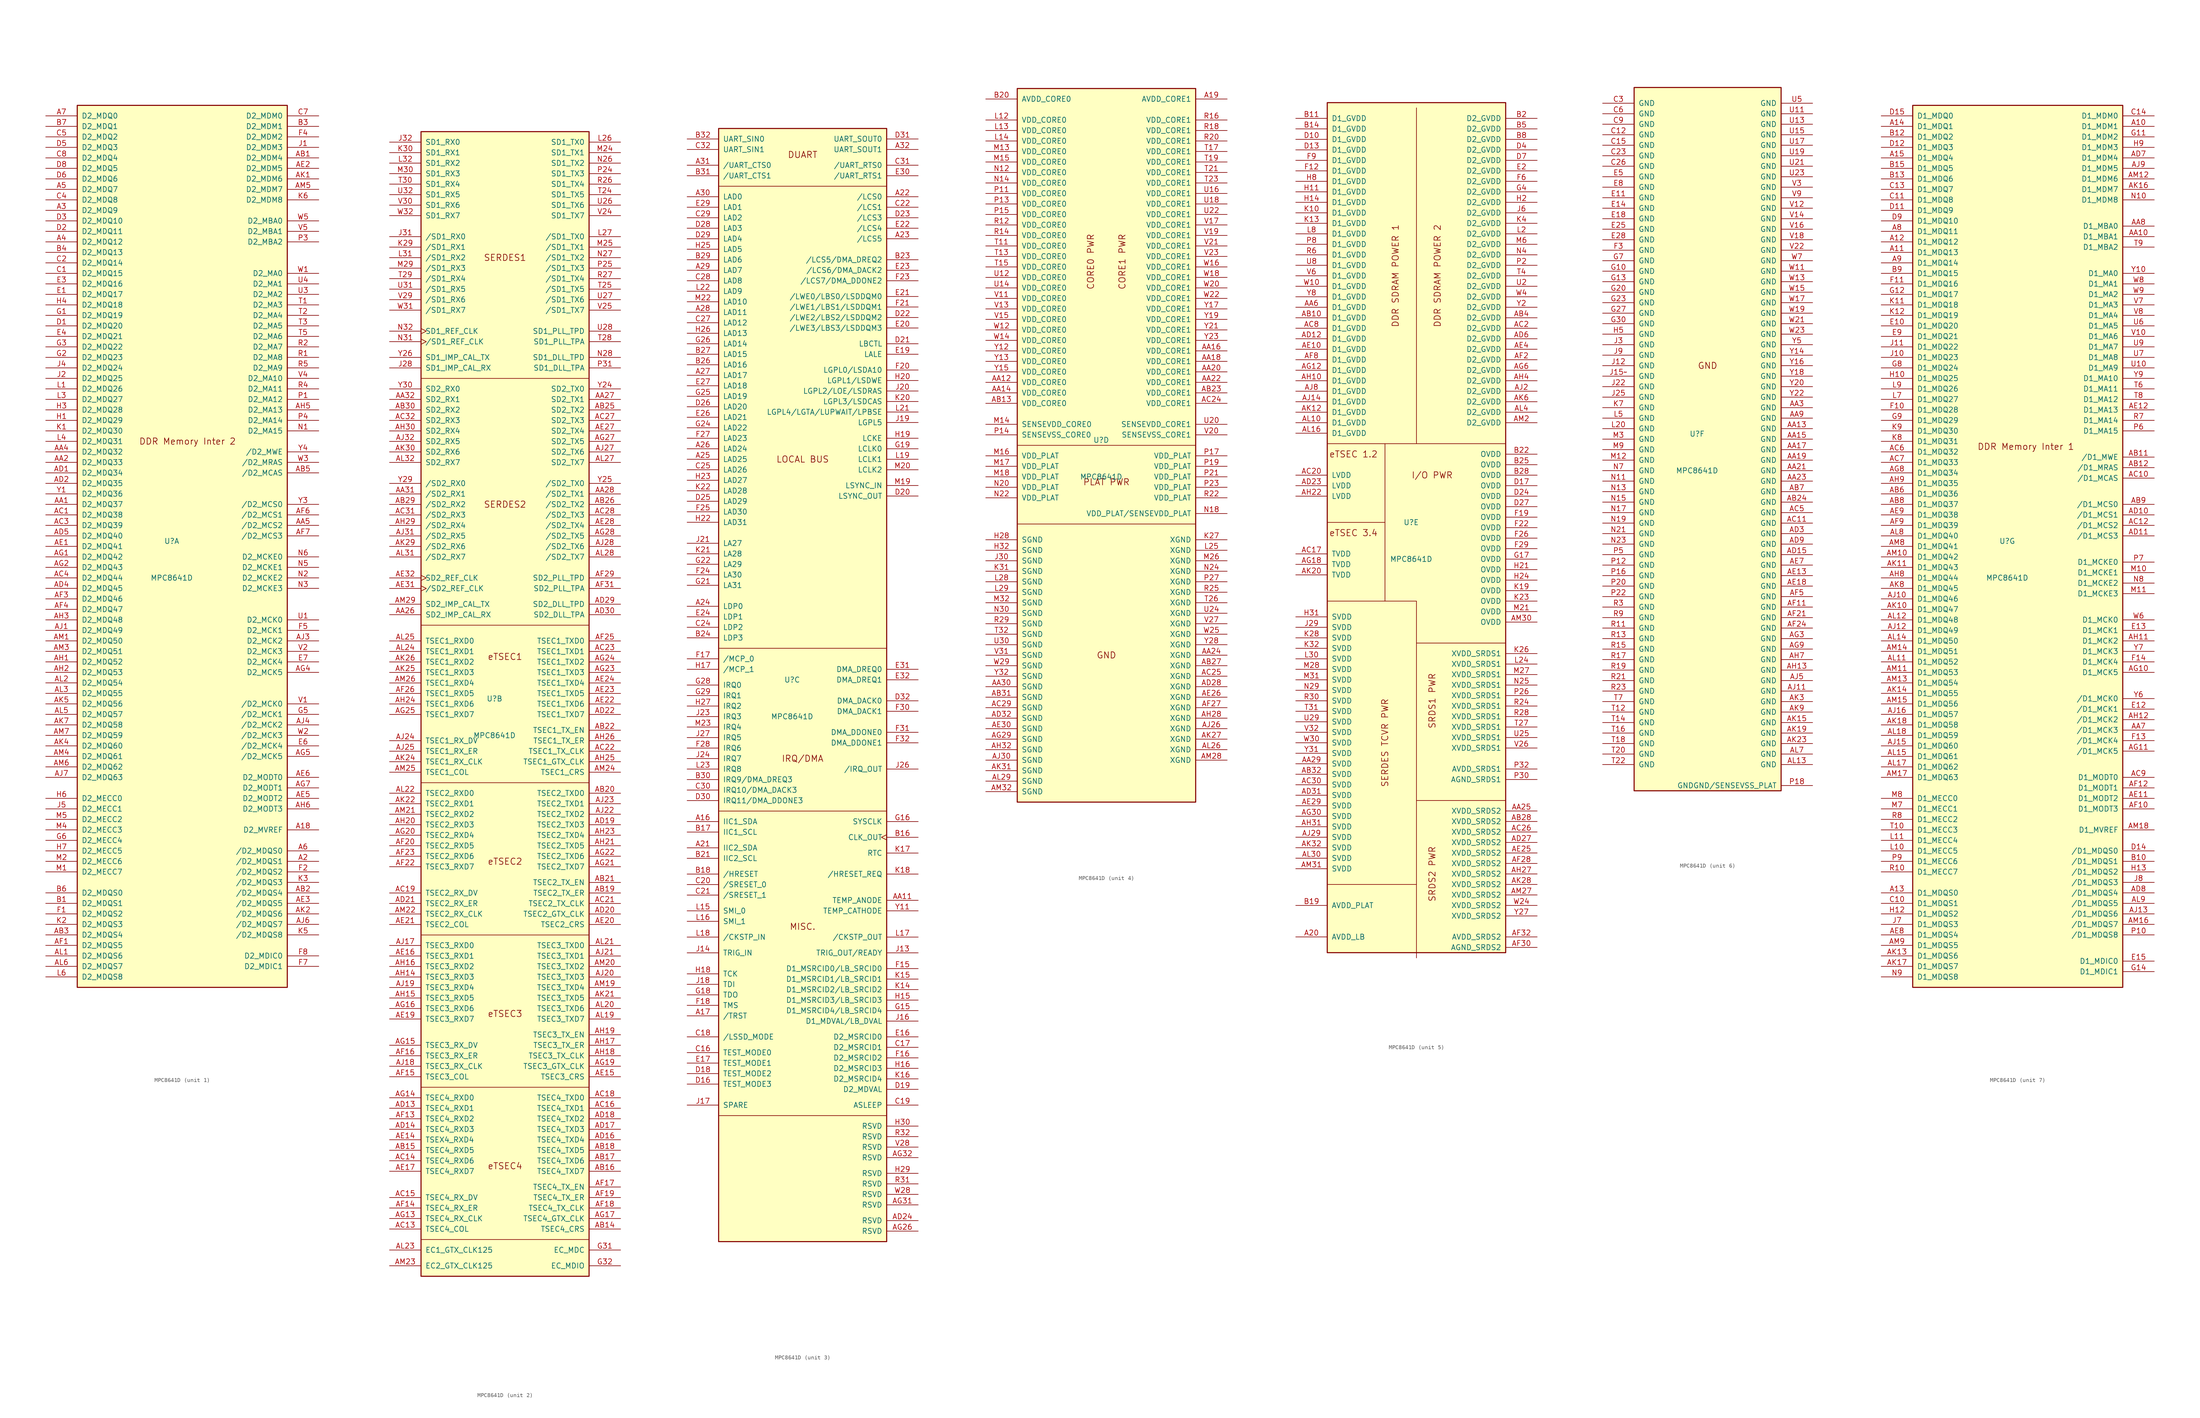
<source format=kicad_sym>
(kicad_symbol_lib
  (version 20201005)
  (generator kicad_symbol_editor)
  (symbol "CPU_PowerPC:MPC8641D"
    (pin_names
      (offset 1.016))
    (property "Reference" "U"
      (at -2.54 1.27 0)
      (effects (font (size 1.27 1.27))))
    (property "Value" "MPC8641D"
      (at -2.54 -7.62 0)
      (effects (font (size 1.27 1.27))))
    (property "ki_locked" ""
      (at 0 0 0)
      (effects (font (size 1.27 1.27))))
    (symbol "MPC8641D_1_1"
      (text "DDR Memory Inter 2" (at 1.27 25.4 0) (effects (font (size 1.524 1.524))))
      (rectangle (start -25.4 106.68) (end 25.4 -106.68) (stroke (width 0.254)) (fill (type background)))
      (pin output line (at 33.02 -68.58 180) (length 7.62) (name "D2_MVREF" (effects (font (size 1.27 1.27)))) (number "A18" (effects (font (size 1.27 1.27)))))
      (pin bidirectional line (at 33.02 -76.2 180) (length 7.62) (name "/D2_MDQS1" (effects (font (size 1.27 1.27)))) (number "A2" (effects (font (size 1.27 1.27)))))
      (pin bidirectional line (at -33.02 81.28 0) (length 7.62) (name "D2_MDQ9" (effects (font (size 1.27 1.27)))) (number "A3" (effects (font (size 1.27 1.27)))))
      (pin bidirectional line (at -33.02 73.66 0) (length 7.62) (name "D2_MDQ12" (effects (font (size 1.27 1.27)))) (number "A4" (effects (font (size 1.27 1.27)))))
      (pin bidirectional line (at -33.02 86.36 0) (length 7.62) (name "D2_MDQ7" (effects (font (size 1.27 1.27)))) (number "A5" (effects (font (size 1.27 1.27)))))
      (pin bidirectional line (at 33.02 -73.66 180) (length 7.62) (name "/D2_MDQS0" (effects (font (size 1.27 1.27)))) (number "A6" (effects (font (size 1.27 1.27)))))
      (pin bidirectional line (at -33.02 104.14 0) (length 7.62) (name "D2_MDQ0" (effects (font (size 1.27 1.27)))) (number "A7" (effects (font (size 1.27 1.27)))))
      (pin bidirectional line (at -33.02 10.16 0) (length 7.62) (name "D2_MDQ37" (effects (font (size 1.27 1.27)))) (number "AA1" (effects (font (size 1.27 1.27)))))
      (pin bidirectional line (at -33.02 20.32 0) (length 7.62) (name "D2_MDQ33" (effects (font (size 1.27 1.27)))) (number "AA2" (effects (font (size 1.27 1.27)))))
      (pin bidirectional line (at -33.02 22.86 0) (length 7.62) (name "D2_MDQ32" (effects (font (size 1.27 1.27)))) (number "AA4" (effects (font (size 1.27 1.27)))))
      (pin output line (at 33.02 5.08 180) (length 7.62) (name "/D2_MCS2" (effects (font (size 1.27 1.27)))) (number "AA5" (effects (font (size 1.27 1.27)))))
      (pin output line (at 33.02 93.98 180) (length 7.62) (name "D2_MDM4" (effects (font (size 1.27 1.27)))) (number "AB1" (effects (font (size 1.27 1.27)))))
      (pin bidirectional line (at 33.02 -83.82 180) (length 7.62) (name "/D2_MDQS4" (effects (font (size 1.27 1.27)))) (number "AB2" (effects (font (size 1.27 1.27)))))
      (pin bidirectional line (at -33.02 -93.98 0) (length 7.62) (name "D2_MDQS4" (effects (font (size 1.27 1.27)))) (number "AB3" (effects (font (size 1.27 1.27)))))
      (pin output line (at 33.02 17.78 180) (length 7.62) (name "/D2_MCAS" (effects (font (size 1.27 1.27)))) (number "AB5" (effects (font (size 1.27 1.27)))))
      (pin bidirectional line (at -33.02 7.62 0) (length 7.62) (name "D2_MDQ38" (effects (font (size 1.27 1.27)))) (number "AC1" (effects (font (size 1.27 1.27)))))
      (pin bidirectional line (at -33.02 5.08 0) (length 7.62) (name "D2_MDQ39" (effects (font (size 1.27 1.27)))) (number "AC3" (effects (font (size 1.27 1.27)))))
      (pin bidirectional line (at -33.02 -7.62 0) (length 7.62) (name "D2_MDQ44" (effects (font (size 1.27 1.27)))) (number "AC4" (effects (font (size 1.27 1.27)))))
      (pin bidirectional line (at -33.02 17.78 0) (length 7.62) (name "D2_MDQ34" (effects (font (size 1.27 1.27)))) (number "AD1" (effects (font (size 1.27 1.27)))))
      (pin bidirectional line (at -33.02 15.24 0) (length 7.62) (name "D2_MDQ35" (effects (font (size 1.27 1.27)))) (number "AD2" (effects (font (size 1.27 1.27)))))
      (pin bidirectional line (at -33.02 -10.16 0) (length 7.62) (name "D2_MDQ45" (effects (font (size 1.27 1.27)))) (number "AD4" (effects (font (size 1.27 1.27)))))
      (pin bidirectional line (at -33.02 2.54 0) (length 7.62) (name "D2_MDQ40" (effects (font (size 1.27 1.27)))) (number "AD5" (effects (font (size 1.27 1.27)))))
      (pin bidirectional line (at -33.02 0 0) (length 7.62) (name "D2_MDQ41" (effects (font (size 1.27 1.27)))) (number "AE1" (effects (font (size 1.27 1.27)))))
      (pin output line (at 33.02 91.44 180) (length 7.62) (name "D2_MDM5" (effects (font (size 1.27 1.27)))) (number "AE2" (effects (font (size 1.27 1.27)))))
      (pin bidirectional line (at 33.02 -86.36 180) (length 7.62) (name "/D2_MDQS5" (effects (font (size 1.27 1.27)))) (number "AE3" (effects (font (size 1.27 1.27)))))
      (pin output line (at 33.02 -60.96 180) (length 7.62) (name "D2_MODT2" (effects (font (size 1.27 1.27)))) (number "AE5" (effects (font (size 1.27 1.27)))))
      (pin output line (at 33.02 -55.88 180) (length 7.62) (name "D2_MODT0" (effects (font (size 1.27 1.27)))) (number "AE6" (effects (font (size 1.27 1.27)))))
      (pin bidirectional line (at -33.02 -96.52 0) (length 7.62) (name "D2_MDQS5" (effects (font (size 1.27 1.27)))) (number "AF1" (effects (font (size 1.27 1.27)))))
      (pin bidirectional line (at -33.02 -12.7 0) (length 7.62) (name "D2_MDQ46" (effects (font (size 1.27 1.27)))) (number "AF3" (effects (font (size 1.27 1.27)))))
      (pin bidirectional line (at -33.02 -15.24 0) (length 7.62) (name "D2_MDQ47" (effects (font (size 1.27 1.27)))) (number "AF4" (effects (font (size 1.27 1.27)))))
      (pin output line (at 33.02 7.62 180) (length 7.62) (name "/D2_MCS1" (effects (font (size 1.27 1.27)))) (number "AF6" (effects (font (size 1.27 1.27)))))
      (pin output line (at 33.02 2.54 180) (length 7.62) (name "/D2_MCS3" (effects (font (size 1.27 1.27)))) (number "AF7" (effects (font (size 1.27 1.27)))))
      (pin bidirectional line (at -33.02 -2.54 0) (length 7.62) (name "D2_MDQ42" (effects (font (size 1.27 1.27)))) (number "AG1" (effects (font (size 1.27 1.27)))))
      (pin bidirectional line (at -33.02 -5.08 0) (length 7.62) (name "D2_MDQ43" (effects (font (size 1.27 1.27)))) (number "AG2" (effects (font (size 1.27 1.27)))))
      (pin output line (at 33.02 -30.48 180) (length 7.62) (name "D2_MCK5" (effects (font (size 1.27 1.27)))) (number "AG4" (effects (font (size 1.27 1.27)))))
      (pin output line (at 33.02 -50.8 180) (length 7.62) (name "/D2_MCK5" (effects (font (size 1.27 1.27)))) (number "AG5" (effects (font (size 1.27 1.27)))))
      (pin output line (at 33.02 -58.42 180) (length 7.62) (name "D2_MODT1" (effects (font (size 1.27 1.27)))) (number "AG7" (effects (font (size 1.27 1.27)))))
      (pin bidirectional line (at -33.02 -27.94 0) (length 7.62) (name "D2_MDQ52" (effects (font (size 1.27 1.27)))) (number "AH1" (effects (font (size 1.27 1.27)))))
      (pin bidirectional line (at -33.02 -30.48 0) (length 7.62) (name "D2_MDQ53" (effects (font (size 1.27 1.27)))) (number "AH2" (effects (font (size 1.27 1.27)))))
      (pin bidirectional line (at -33.02 -17.78 0) (length 7.62) (name "D2_MDQ48" (effects (font (size 1.27 1.27)))) (number "AH3" (effects (font (size 1.27 1.27)))))
      (pin output line (at 33.02 33.02 180) (length 7.62) (name "D2_MA13" (effects (font (size 1.27 1.27)))) (number "AH5" (effects (font (size 1.27 1.27)))))
      (pin output line (at 33.02 -63.5 180) (length 7.62) (name "D2_MODT3" (effects (font (size 1.27 1.27)))) (number "AH6" (effects (font (size 1.27 1.27)))))
      (pin bidirectional line (at -33.02 -20.32 0) (length 7.62) (name "D2_MDQ49" (effects (font (size 1.27 1.27)))) (number "AJ1" (effects (font (size 1.27 1.27)))))
      (pin output line (at 33.02 -22.86 180) (length 7.62) (name "D2_MCK2" (effects (font (size 1.27 1.27)))) (number "AJ3" (effects (font (size 1.27 1.27)))))
      (pin output line (at 33.02 -43.18 180) (length 7.62) (name "/D2_MCK2" (effects (font (size 1.27 1.27)))) (number "AJ4" (effects (font (size 1.27 1.27)))))
      (pin bidirectional line (at 33.02 -91.44 180) (length 7.62) (name "/D2_MDQS7" (effects (font (size 1.27 1.27)))) (number "AJ6" (effects (font (size 1.27 1.27)))))
      (pin bidirectional line (at -33.02 -55.88 0) (length 7.62) (name "D2_MDQ63" (effects (font (size 1.27 1.27)))) (number "AJ7" (effects (font (size 1.27 1.27)))))
      (pin output line (at 33.02 88.9 180) (length 7.62) (name "D2_MDM6" (effects (font (size 1.27 1.27)))) (number "AK1" (effects (font (size 1.27 1.27)))))
      (pin bidirectional line (at 33.02 -88.9 180) (length 7.62) (name "/D2_MDQS6" (effects (font (size 1.27 1.27)))) (number "AK2" (effects (font (size 1.27 1.27)))))
      (pin bidirectional line (at -33.02 -48.26 0) (length 7.62) (name "D2_MDQ60" (effects (font (size 1.27 1.27)))) (number "AK4" (effects (font (size 1.27 1.27)))))
      (pin bidirectional line (at -33.02 -38.1 0) (length 7.62) (name "D2_MDQ56" (effects (font (size 1.27 1.27)))) (number "AK5" (effects (font (size 1.27 1.27)))))
      (pin bidirectional line (at -33.02 -43.18 0) (length 7.62) (name "D2_MDQ58" (effects (font (size 1.27 1.27)))) (number "AK7" (effects (font (size 1.27 1.27)))))
      (pin bidirectional line (at -33.02 -99.06 0) (length 7.62) (name "D2_MDQS6" (effects (font (size 1.27 1.27)))) (number "AL1" (effects (font (size 1.27 1.27)))))
      (pin bidirectional line (at -33.02 -33.02 0) (length 7.62) (name "D2_MDQ54" (effects (font (size 1.27 1.27)))) (number "AL2" (effects (font (size 1.27 1.27)))))
      (pin bidirectional line (at -33.02 -35.56 0) (length 7.62) (name "D2_MDQ55" (effects (font (size 1.27 1.27)))) (number "AL3" (effects (font (size 1.27 1.27)))))
      (pin bidirectional line (at -33.02 -40.64 0) (length 7.62) (name "D2_MDQ57" (effects (font (size 1.27 1.27)))) (number "AL5" (effects (font (size 1.27 1.27)))))
      (pin bidirectional line (at -33.02 -101.6 0) (length 7.62) (name "D2_MDQS7" (effects (font (size 1.27 1.27)))) (number "AL6" (effects (font (size 1.27 1.27)))))
      (pin bidirectional line (at -33.02 -22.86 0) (length 7.62) (name "D2_MDQ50" (effects (font (size 1.27 1.27)))) (number "AM1" (effects (font (size 1.27 1.27)))))
      (pin bidirectional line (at -33.02 -25.4 0) (length 7.62) (name "D2_MDQ51" (effects (font (size 1.27 1.27)))) (number "AM3" (effects (font (size 1.27 1.27)))))
      (pin bidirectional line (at -33.02 -50.8 0) (length 7.62) (name "D2_MDQ61" (effects (font (size 1.27 1.27)))) (number "AM4" (effects (font (size 1.27 1.27)))))
      (pin output line (at 33.02 86.36 180) (length 7.62) (name "D2_MDM7" (effects (font (size 1.27 1.27)))) (number "AM5" (effects (font (size 1.27 1.27)))))
      (pin bidirectional line (at -33.02 -53.34 0) (length 7.62) (name "D2_MDQ62" (effects (font (size 1.27 1.27)))) (number "AM6" (effects (font (size 1.27 1.27)))))
      (pin bidirectional line (at -33.02 -45.72 0) (length 7.62) (name "D2_MDQ59" (effects (font (size 1.27 1.27)))) (number "AM7" (effects (font (size 1.27 1.27)))))
      (pin bidirectional line (at -33.02 -86.36 0) (length 7.62) (name "D2_MDQS1" (effects (font (size 1.27 1.27)))) (number "B1" (effects (font (size 1.27 1.27)))))
      (pin output line (at 33.02 101.6 180) (length 7.62) (name "D2_MDM1" (effects (font (size 1.27 1.27)))) (number "B3" (effects (font (size 1.27 1.27)))))
      (pin bidirectional line (at -33.02 71.12 0) (length 7.62) (name "D2_MDQ13" (effects (font (size 1.27 1.27)))) (number "B4" (effects (font (size 1.27 1.27)))))
      (pin bidirectional line (at -33.02 -83.82 0) (length 7.62) (name "D2_MDQS0" (effects (font (size 1.27 1.27)))) (number "B6" (effects (font (size 1.27 1.27)))))
      (pin bidirectional line (at -33.02 101.6 0) (length 7.62) (name "D2_MDQ1" (effects (font (size 1.27 1.27)))) (number "B7" (effects (font (size 1.27 1.27)))))
      (pin bidirectional line (at -33.02 66.04 0) (length 7.62) (name "D2_MDQ15" (effects (font (size 1.27 1.27)))) (number "C1" (effects (font (size 1.27 1.27)))))
      (pin bidirectional line (at -33.02 68.58 0) (length 7.62) (name "D2_MDQ14" (effects (font (size 1.27 1.27)))) (number "C2" (effects (font (size 1.27 1.27)))))
      (pin bidirectional line (at -33.02 83.82 0) (length 7.62) (name "D2_MDQ8" (effects (font (size 1.27 1.27)))) (number "C4" (effects (font (size 1.27 1.27)))))
      (pin bidirectional line (at -33.02 99.06 0) (length 7.62) (name "D2_MDQ2" (effects (font (size 1.27 1.27)))) (number "C5" (effects (font (size 1.27 1.27)))))
      (pin output line (at 33.02 104.14 180) (length 7.62) (name "D2_MDM0" (effects (font (size 1.27 1.27)))) (number "C7" (effects (font (size 1.27 1.27)))))
      (pin bidirectional line (at -33.02 93.98 0) (length 7.62) (name "D2_MDQ4" (effects (font (size 1.27 1.27)))) (number "C8" (effects (font (size 1.27 1.27)))))
      (pin bidirectional line (at -33.02 53.34 0) (length 7.62) (name "D2_MDQ20" (effects (font (size 1.27 1.27)))) (number "D1" (effects (font (size 1.27 1.27)))))
      (pin bidirectional line (at -33.02 76.2 0) (length 7.62) (name "D2_MDQ11" (effects (font (size 1.27 1.27)))) (number "D2" (effects (font (size 1.27 1.27)))))
      (pin bidirectional line (at -33.02 78.74 0) (length 7.62) (name "D2_MDQ10" (effects (font (size 1.27 1.27)))) (number "D3" (effects (font (size 1.27 1.27)))))
      (pin bidirectional line (at -33.02 96.52 0) (length 7.62) (name "D2_MDQ3" (effects (font (size 1.27 1.27)))) (number "D5" (effects (font (size 1.27 1.27)))))
      (pin bidirectional line (at -33.02 88.9 0) (length 7.62) (name "D2_MDQ6" (effects (font (size 1.27 1.27)))) (number "D6" (effects (font (size 1.27 1.27)))))
      (pin bidirectional line (at -33.02 91.44 0) (length 7.62) (name "D2_MDQ5" (effects (font (size 1.27 1.27)))) (number "D8" (effects (font (size 1.27 1.27)))))
      (pin bidirectional line (at -33.02 60.96 0) (length 7.62) (name "D2_MDQ17" (effects (font (size 1.27 1.27)))) (number "E1" (effects (font (size 1.27 1.27)))))
      (pin bidirectional line (at -33.02 63.5 0) (length 7.62) (name "D2_MDQ16" (effects (font (size 1.27 1.27)))) (number "E3" (effects (font (size 1.27 1.27)))))
      (pin bidirectional line (at -33.02 50.8 0) (length 7.62) (name "D2_MDQ21" (effects (font (size 1.27 1.27)))) (number "E4" (effects (font (size 1.27 1.27)))))
      (pin output line (at 33.02 -48.26 180) (length 7.62) (name "/D2_MCK4" (effects (font (size 1.27 1.27)))) (number "E6" (effects (font (size 1.27 1.27)))))
      (pin output line (at 33.02 -27.94 180) (length 7.62) (name "D2_MCK4" (effects (font (size 1.27 1.27)))) (number "E7" (effects (font (size 1.27 1.27)))))
      (pin bidirectional line (at -33.02 -88.9 0) (length 7.62) (name "D2_MDQS2" (effects (font (size 1.27 1.27)))) (number "F1" (effects (font (size 1.27 1.27)))))
      (pin bidirectional line (at 33.02 -78.74 180) (length 7.62) (name "/D2_MDQS2" (effects (font (size 1.27 1.27)))) (number "F2" (effects (font (size 1.27 1.27)))))
      (pin output line (at 33.02 99.06 180) (length 7.62) (name "D2_MDM2" (effects (font (size 1.27 1.27)))) (number "F4" (effects (font (size 1.27 1.27)))))
      (pin output line (at 33.02 -20.32 180) (length 7.62) (name "D2_MCK1" (effects (font (size 1.27 1.27)))) (number "F5" (effects (font (size 1.27 1.27)))))
      (pin bidirectional line (at 33.02 -101.6 180) (length 7.62) (name "D2_MDIC1" (effects (font (size 1.27 1.27)))) (number "F7" (effects (font (size 1.27 1.27)))))
      (pin bidirectional line (at 33.02 -99.06 180) (length 7.62) (name "D2_MDIC0" (effects (font (size 1.27 1.27)))) (number "F8" (effects (font (size 1.27 1.27)))))
      (pin bidirectional line (at -33.02 55.88 0) (length 7.62) (name "D2_MDQ19" (effects (font (size 1.27 1.27)))) (number "G1" (effects (font (size 1.27 1.27)))))
      (pin bidirectional line (at -33.02 45.72 0) (length 7.62) (name "D2_MDQ23" (effects (font (size 1.27 1.27)))) (number "G2" (effects (font (size 1.27 1.27)))))
      (pin bidirectional line (at -33.02 48.26 0) (length 7.62) (name "D2_MDQ22" (effects (font (size 1.27 1.27)))) (number "G3" (effects (font (size 1.27 1.27)))))
      (pin output line (at 33.02 -40.64 180) (length 7.62) (name "/D2_MCK1" (effects (font (size 1.27 1.27)))) (number "G5" (effects (font (size 1.27 1.27)))))
      (pin bidirectional line (at -33.02 -71.12 0) (length 7.62) (name "D2_MECC4" (effects (font (size 1.27 1.27)))) (number "G6" (effects (font (size 1.27 1.27)))))
      (pin bidirectional line (at -33.02 30.48 0) (length 7.62) (name "D2_MDQ29" (effects (font (size 1.27 1.27)))) (number "H1" (effects (font (size 1.27 1.27)))))
      (pin bidirectional line (at -33.02 33.02 0) (length 7.62) (name "D2_MDQ28" (effects (font (size 1.27 1.27)))) (number "H3" (effects (font (size 1.27 1.27)))))
      (pin bidirectional line (at -33.02 58.42 0) (length 7.62) (name "D2_MDQ18" (effects (font (size 1.27 1.27)))) (number "H4" (effects (font (size 1.27 1.27)))))
      (pin bidirectional line (at -33.02 -60.96 0) (length 7.62) (name "D2_MECC0" (effects (font (size 1.27 1.27)))) (number "H6" (effects (font (size 1.27 1.27)))))
      (pin bidirectional line (at -33.02 -73.66 0) (length 7.62) (name "D2_MECC5" (effects (font (size 1.27 1.27)))) (number "H7" (effects (font (size 1.27 1.27)))))
      (pin output line (at 33.02 96.52 180) (length 7.62) (name "D2_MDM3" (effects (font (size 1.27 1.27)))) (number "J1" (effects (font (size 1.27 1.27)))))
      (pin bidirectional line (at -33.02 40.64 0) (length 7.62) (name "D2_MDQ25" (effects (font (size 1.27 1.27)))) (number "J2" (effects (font (size 1.27 1.27)))))
      (pin bidirectional line (at -33.02 43.18 0) (length 7.62) (name "D2_MDQ24" (effects (font (size 1.27 1.27)))) (number "J4" (effects (font (size 1.27 1.27)))))
      (pin bidirectional line (at -33.02 -63.5 0) (length 7.62) (name "D2_MECC1" (effects (font (size 1.27 1.27)))) (number "J5" (effects (font (size 1.27 1.27)))))
      (pin bidirectional line (at -33.02 27.94 0) (length 7.62) (name "D2_MDQ30" (effects (font (size 1.27 1.27)))) (number "K1" (effects (font (size 1.27 1.27)))))
      (pin bidirectional line (at -33.02 -91.44 0) (length 7.62) (name "D2_MDQS3" (effects (font (size 1.27 1.27)))) (number "K2" (effects (font (size 1.27 1.27)))))
      (pin bidirectional line (at 33.02 -81.28 180) (length 7.62) (name "/D2_MDQS3" (effects (font (size 1.27 1.27)))) (number "K3" (effects (font (size 1.27 1.27)))))
      (pin bidirectional line (at 33.02 -93.98 180) (length 7.62) (name "/D2_MDQS8" (effects (font (size 1.27 1.27)))) (number "K5" (effects (font (size 1.27 1.27)))))
      (pin output line (at 33.02 83.82 180) (length 7.62) (name "D2_MDM8" (effects (font (size 1.27 1.27)))) (number "K6" (effects (font (size 1.27 1.27)))))
      (pin bidirectional line (at -33.02 38.1 0) (length 7.62) (name "D2_MDQ26" (effects (font (size 1.27 1.27)))) (number "L1" (effects (font (size 1.27 1.27)))))
      (pin bidirectional line (at -33.02 35.56 0) (length 7.62) (name "D2_MDQ27" (effects (font (size 1.27 1.27)))) (number "L3" (effects (font (size 1.27 1.27)))))
      (pin bidirectional line (at -33.02 25.4 0) (length 7.62) (name "D2_MDQ31" (effects (font (size 1.27 1.27)))) (number "L4" (effects (font (size 1.27 1.27)))))
      (pin bidirectional line (at -33.02 -104.14 0) (length 7.62) (name "D2_MDQS8" (effects (font (size 1.27 1.27)))) (number "L6" (effects (font (size 1.27 1.27)))))
      (pin bidirectional line (at -33.02 -78.74 0) (length 7.62) (name "D2_MECC7" (effects (font (size 1.27 1.27)))) (number "M1" (effects (font (size 1.27 1.27)))))
      (pin bidirectional line (at -33.02 -76.2 0) (length 7.62) (name "D2_MECC6" (effects (font (size 1.27 1.27)))) (number "M2" (effects (font (size 1.27 1.27)))))
      (pin bidirectional line (at -33.02 -68.58 0) (length 7.62) (name "D2_MECC3" (effects (font (size 1.27 1.27)))) (number "M4" (effects (font (size 1.27 1.27)))))
      (pin bidirectional line (at -33.02 -66.04 0) (length 7.62) (name "D2_MECC2" (effects (font (size 1.27 1.27)))) (number "M5" (effects (font (size 1.27 1.27)))))
      (pin output line (at 33.02 27.94 180) (length 7.62) (name "D2_MA15" (effects (font (size 1.27 1.27)))) (number "N1" (effects (font (size 1.27 1.27)))))
      (pin output line (at 33.02 -7.62 180) (length 7.62) (name "D2_MCKE2" (effects (font (size 1.27 1.27)))) (number "N2" (effects (font (size 1.27 1.27)))))
      (pin output line (at 33.02 -10.16 180) (length 7.62) (name "D2_MCKE3" (effects (font (size 1.27 1.27)))) (number "N3" (effects (font (size 1.27 1.27)))))
      (pin output line (at 33.02 -5.08 180) (length 7.62) (name "D2_MCKE1" (effects (font (size 1.27 1.27)))) (number "N5" (effects (font (size 1.27 1.27)))))
      (pin output line (at 33.02 -2.54 180) (length 7.62) (name "D2_MCKE0" (effects (font (size 1.27 1.27)))) (number "N6" (effects (font (size 1.27 1.27)))))
      (pin output line (at 33.02 35.56 180) (length 7.62) (name "D2_MA12" (effects (font (size 1.27 1.27)))) (number "P1" (effects (font (size 1.27 1.27)))))
      (pin output line (at 33.02 73.66 180) (length 7.62) (name "D2_MBA2" (effects (font (size 1.27 1.27)))) (number "P3" (effects (font (size 1.27 1.27)))))
      (pin output line (at 33.02 30.48 180) (length 7.62) (name "D2_MA14" (effects (font (size 1.27 1.27)))) (number "P4" (effects (font (size 1.27 1.27)))))
      (pin output line (at 33.02 45.72 180) (length 7.62) (name "D2_MA8" (effects (font (size 1.27 1.27)))) (number "R1" (effects (font (size 1.27 1.27)))))
      (pin output line (at 33.02 48.26 180) (length 7.62) (name "D2_MA7" (effects (font (size 1.27 1.27)))) (number "R2" (effects (font (size 1.27 1.27)))))
      (pin output line (at 33.02 38.1 180) (length 7.62) (name "D2_MA11" (effects (font (size 1.27 1.27)))) (number "R4" (effects (font (size 1.27 1.27)))))
      (pin output line (at 33.02 43.18 180) (length 7.62) (name "D2_MA9" (effects (font (size 1.27 1.27)))) (number "R5" (effects (font (size 1.27 1.27)))))
      (pin output line (at 33.02 58.42 180) (length 7.62) (name "D2_MA3" (effects (font (size 1.27 1.27)))) (number "T1" (effects (font (size 1.27 1.27)))))
      (pin output line (at 33.02 55.88 180) (length 7.62) (name "D2_MA4" (effects (font (size 1.27 1.27)))) (number "T2" (effects (font (size 1.27 1.27)))))
      (pin output line (at 33.02 53.34 180) (length 7.62) (name "D2_MA5" (effects (font (size 1.27 1.27)))) (number "T3" (effects (font (size 1.27 1.27)))))
      (pin output line (at 33.02 50.8 180) (length 7.62) (name "D2_MA6" (effects (font (size 1.27 1.27)))) (number "T5" (effects (font (size 1.27 1.27)))))
      (pin output line (at 33.02 -17.78 180) (length 7.62) (name "D2_MCK0" (effects (font (size 1.27 1.27)))) (number "U1" (effects (font (size 1.27 1.27)))))
      (pin output line (at 33.02 60.96 180) (length 7.62) (name "D2_MA2" (effects (font (size 1.27 1.27)))) (number "U3" (effects (font (size 1.27 1.27)))))
      (pin output line (at 33.02 63.5 180) (length 7.62) (name "D2_MA1" (effects (font (size 1.27 1.27)))) (number "U4" (effects (font (size 1.27 1.27)))))
      (pin output line (at 33.02 -38.1 180) (length 7.62) (name "/D2_MCK0" (effects (font (size 1.27 1.27)))) (number "V1" (effects (font (size 1.27 1.27)))))
      (pin output line (at 33.02 -25.4 180) (length 7.62) (name "D2_MCK3" (effects (font (size 1.27 1.27)))) (number "V2" (effects (font (size 1.27 1.27)))))
      (pin output line (at 33.02 40.64 180) (length 7.62) (name "D2_MA10" (effects (font (size 1.27 1.27)))) (number "V4" (effects (font (size 1.27 1.27)))))
      (pin output line (at 33.02 76.2 180) (length 7.62) (name "D2_MBA1" (effects (font (size 1.27 1.27)))) (number "V5" (effects (font (size 1.27 1.27)))))
      (pin output line (at 33.02 66.04 180) (length 7.62) (name "D2_MA0" (effects (font (size 1.27 1.27)))) (number "W1" (effects (font (size 1.27 1.27)))))
      (pin output line (at 33.02 -45.72 180) (length 7.62) (name "/D2_MCK3" (effects (font (size 1.27 1.27)))) (number "W2" (effects (font (size 1.27 1.27)))))
      (pin output line (at 33.02 20.32 180) (length 7.62) (name "/D2_MRAS" (effects (font (size 1.27 1.27)))) (number "W3" (effects (font (size 1.27 1.27)))))
      (pin output line (at 33.02 78.74 180) (length 7.62) (name "D2_MBA0" (effects (font (size 1.27 1.27)))) (number "W5" (effects (font (size 1.27 1.27)))))
      (pin bidirectional line (at -33.02 12.7 0) (length 7.62) (name "D2_MDQ36" (effects (font (size 1.27 1.27)))) (number "Y1" (effects (font (size 1.27 1.27)))))
      (pin output line (at 33.02 10.16 180) (length 7.62) (name "/D2_MCS0" (effects (font (size 1.27 1.27)))) (number "Y3" (effects (font (size 1.27 1.27)))))
      (pin output line (at 33.02 22.86 180) (length 7.62) (name "/D2_MWE" (effects (font (size 1.27 1.27)))) (number "Y4" (effects (font (size 1.27 1.27))))))
    (symbol "MPC8641D_2_1"
      (text "eTSEC1" (at 0 11.43 0) (effects (font (size 1.524 1.524))))
      (text "eTSEC2" (at 0 -38.1 0) (effects (font (size 1.524 1.524))))
      (text "eTSEC3" (at 0 -74.93 0) (effects (font (size 1.524 1.524))))
      (text "eTSEC4" (at 0 -111.76 0) (effects (font (size 1.524 1.524))))
      (text "SERDES1" (at 0 107.95 0) (effects (font (size 1.524 1.524))))
      (text "SERDES2" (at 0 48.26 0) (effects (font (size 1.524 1.524))))
      (rectangle (start -20.32 138.43) (end 20.32 -138.43) (stroke (width 0.254)) (fill (type background)))
      (polyline (pts (xy -20.32 -129.54) (xy 20.32 -129.54) (xy 20.32 -129.54)) (stroke (width 0)) (fill (type none)))
      (polyline (pts (xy -20.32 -92.71) (xy 20.32 -92.71) (xy 20.32 -92.71)) (stroke (width 0)) (fill (type none)))
      (polyline (pts (xy -20.32 -55.88) (xy 20.32 -55.88) (xy 20.32 -55.88)) (stroke (width 0)) (fill (type none)))
      (polyline (pts (xy -20.32 -19.05) (xy 20.32 -19.05) (xy 20.32 -19.05)) (stroke (width 0)) (fill (type none)))
      (polyline (pts (xy -20.32 19.05) (xy 20.32 19.05) (xy 20.32 19.05)) (stroke (width 0)) (fill (type none)))
      (polyline (pts (xy -20.32 78.74) (xy 20.32 78.74) (xy 20.32 78.74)) (stroke (width 0)) (fill (type none)))
      (pin input line (at -27.94 21.59 0) (length 7.62) (name "SD2_IMP_CAL_RX" (effects (font (size 1.27 1.27)))) (number "AA26" (effects (font (size 1.27 1.27)))))
      (pin output line (at 27.94 73.66 180) (length 7.62) (name "SD2_TX1" (effects (font (size 1.27 1.27)))) (number "AA27" (effects (font (size 1.27 1.27)))))
      (pin output line (at 27.94 50.8 180) (length 7.62) (name "/SD2_TX1" (effects (font (size 1.27 1.27)))) (number "AA28" (effects (font (size 1.27 1.27)))))
      (pin input line (at -27.94 50.8 0) (length 7.62) (name "/SD2_RX1" (effects (font (size 1.27 1.27)))) (number "AA31" (effects (font (size 1.27 1.27)))))
      (pin input line (at -27.94 73.66 0) (length 7.62) (name "SD2_RX1" (effects (font (size 1.27 1.27)))) (number "AA32" (effects (font (size 1.27 1.27)))))
      (pin bidirectional line (at 27.94 -127 180) (length 7.62) (name "TSEC4_CRS" (effects (font (size 1.27 1.27)))) (number "AB14" (effects (font (size 1.27 1.27)))))
      (pin input line (at -27.94 -107.95 0) (length 7.62) (name "TSEC4_RXD5" (effects (font (size 1.27 1.27)))) (number "AB15" (effects (font (size 1.27 1.27)))))
      (pin output line (at 27.94 -113.03 180) (length 7.62) (name "TSEC4_TXD7" (effects (font (size 1.27 1.27)))) (number "AB16" (effects (font (size 1.27 1.27)))))
      (pin output line (at 27.94 -110.49 180) (length 7.62) (name "TSEC4_TXD6" (effects (font (size 1.27 1.27)))) (number "AB17" (effects (font (size 1.27 1.27)))))
      (pin output line (at 27.94 -107.95 180) (length 7.62) (name "TSEC4_TXD5" (effects (font (size 1.27 1.27)))) (number "AB18" (effects (font (size 1.27 1.27)))))
      (pin output line (at 27.94 -45.72 180) (length 7.62) (name "TSEC2_TX_ER" (effects (font (size 1.27 1.27)))) (number "AB19" (effects (font (size 1.27 1.27)))))
      (pin output line (at 27.94 -21.59 180) (length 7.62) (name "TSEC2_TXD0" (effects (font (size 1.27 1.27)))) (number "AB20" (effects (font (size 1.27 1.27)))))
      (pin output line (at 27.94 -43.18 180) (length 7.62) (name "TSEC2_TX_EN" (effects (font (size 1.27 1.27)))) (number "AB21" (effects (font (size 1.27 1.27)))))
      (pin output line (at 27.94 -6.35 180) (length 7.62) (name "TSEC1_TX_EN" (effects (font (size 1.27 1.27)))) (number "AB22" (effects (font (size 1.27 1.27)))))
      (pin output line (at 27.94 71.12 180) (length 7.62) (name "SD2_TX2" (effects (font (size 1.27 1.27)))) (number "AB25" (effects (font (size 1.27 1.27)))))
      (pin output line (at 27.94 48.26 180) (length 7.62) (name "/SD2_TX2" (effects (font (size 1.27 1.27)))) (number "AB26" (effects (font (size 1.27 1.27)))))
      (pin input line (at -27.94 48.26 0) (length 7.62) (name "/SD2_RX2" (effects (font (size 1.27 1.27)))) (number "AB29" (effects (font (size 1.27 1.27)))))
      (pin input line (at -27.94 71.12 0) (length 7.62) (name "SD2_RX2" (effects (font (size 1.27 1.27)))) (number "AB30" (effects (font (size 1.27 1.27)))))
      (pin input line (at -27.94 -127 0) (length 7.62) (name "TSEC4_COL" (effects (font (size 1.27 1.27)))) (number "AC13" (effects (font (size 1.27 1.27)))))
      (pin input line (at -27.94 -110.49 0) (length 7.62) (name "TSEC4_RXD6" (effects (font (size 1.27 1.27)))) (number "AC14" (effects (font (size 1.27 1.27)))))
      (pin input line (at -27.94 -119.38 0) (length 7.62) (name "TSEC4_RX_DV" (effects (font (size 1.27 1.27)))) (number "AC15" (effects (font (size 1.27 1.27)))))
      (pin output line (at 27.94 -97.79 180) (length 7.62) (name "TSEC4_TXD1" (effects (font (size 1.27 1.27)))) (number "AC16" (effects (font (size 1.27 1.27)))))
      (pin output line (at 27.94 -95.25 180) (length 7.62) (name "TSEC4_TXD0" (effects (font (size 1.27 1.27)))) (number "AC18" (effects (font (size 1.27 1.27)))))
      (pin input line (at -27.94 -45.72 0) (length 7.62) (name "TSEC2_RX_DV" (effects (font (size 1.27 1.27)))) (number "AC19" (effects (font (size 1.27 1.27)))))
      (pin input line (at 27.94 -48.26 180) (length 7.62) (name "TSEC2_TX_CLK" (effects (font (size 1.27 1.27)))) (number "AC21" (effects (font (size 1.27 1.27)))))
      (pin input line (at 27.94 -11.43 180) (length 7.62) (name "TSEC1_TX_CLK" (effects (font (size 1.27 1.27)))) (number "AC22" (effects (font (size 1.27 1.27)))))
      (pin output line (at 27.94 12.7 180) (length 7.62) (name "TSEC1_TXD1" (effects (font (size 1.27 1.27)))) (number "AC23" (effects (font (size 1.27 1.27)))))
      (pin output line (at 27.94 68.58 180) (length 7.62) (name "SD2_TX3" (effects (font (size 1.27 1.27)))) (number "AC27" (effects (font (size 1.27 1.27)))))
      (pin output line (at 27.94 45.72 180) (length 7.62) (name "/SD2_TX3" (effects (font (size 1.27 1.27)))) (number "AC28" (effects (font (size 1.27 1.27)))))
      (pin input line (at -27.94 45.72 0) (length 7.62) (name "/SD2_RX3" (effects (font (size 1.27 1.27)))) (number "AC31" (effects (font (size 1.27 1.27)))))
      (pin input line (at -27.94 68.58 0) (length 7.62) (name "SD2_RX3" (effects (font (size 1.27 1.27)))) (number "AC32" (effects (font (size 1.27 1.27)))))
      (pin input line (at -27.94 -97.79 0) (length 7.62) (name "TSEC4_RXD1" (effects (font (size 1.27 1.27)))) (number "AD13" (effects (font (size 1.27 1.27)))))
      (pin input line (at -27.94 -102.87 0) (length 7.62) (name "TSEC4_RXD3" (effects (font (size 1.27 1.27)))) (number "AD14" (effects (font (size 1.27 1.27)))))
      (pin output line (at 27.94 -105.41 180) (length 7.62) (name "TSEC4_TXD4" (effects (font (size 1.27 1.27)))) (number "AD16" (effects (font (size 1.27 1.27)))))
      (pin output line (at 27.94 -102.87 180) (length 7.62) (name "TSEC4_TXD3" (effects (font (size 1.27 1.27)))) (number "AD17" (effects (font (size 1.27 1.27)))))
      (pin output line (at 27.94 -100.33 180) (length 7.62) (name "TSEC4_TXD2" (effects (font (size 1.27 1.27)))) (number "AD18" (effects (font (size 1.27 1.27)))))
      (pin output line (at 27.94 -29.21 180) (length 7.62) (name "TSEC2_TXD3" (effects (font (size 1.27 1.27)))) (number "AD19" (effects (font (size 1.27 1.27)))))
      (pin output line (at 27.94 -50.8 180) (length 7.62) (name "TSEC2_GTX_CLK" (effects (font (size 1.27 1.27)))) (number "AD20" (effects (font (size 1.27 1.27)))))
      (pin input line (at -27.94 -48.26 0) (length 7.62) (name "TSEC2_RX_ER" (effects (font (size 1.27 1.27)))) (number "AD21" (effects (font (size 1.27 1.27)))))
      (pin output line (at 27.94 -2.54 180) (length 7.62) (name "TSEC1_TXD7" (effects (font (size 1.27 1.27)))) (number "AD22" (effects (font (size 1.27 1.27)))))
      (pin output line (at 27.94 24.13 180) (length 7.62) (name "SD2_DLL_TPD" (effects (font (size 1.27 1.27)))) (number "AD29" (effects (font (size 1.27 1.27)))))
      (pin output line (at 27.94 21.59 180) (length 7.62) (name "SD2_DLL_TPA" (effects (font (size 1.27 1.27)))) (number "AD30" (effects (font (size 1.27 1.27)))))
      (pin input line (at -27.94 -105.41 0) (length 7.62) (name "TSEX4_RXD4" (effects (font (size 1.27 1.27)))) (number "AE14" (effects (font (size 1.27 1.27)))))
      (pin bidirectional line (at 27.94 -90.17 180) (length 7.62) (name "TSEC3_CRS" (effects (font (size 1.27 1.27)))) (number "AE15" (effects (font (size 1.27 1.27)))))
      (pin input line (at -27.94 -60.96 0) (length 7.62) (name "TSEC3_RXD1" (effects (font (size 1.27 1.27)))) (number "AE16" (effects (font (size 1.27 1.27)))))
      (pin input line (at -27.94 -113.03 0) (length 7.62) (name "TSEC4_RXD7" (effects (font (size 1.27 1.27)))) (number "AE17" (effects (font (size 1.27 1.27)))))
      (pin input line (at -27.94 -76.2 0) (length 7.62) (name "TSEC3_RXD7" (effects (font (size 1.27 1.27)))) (number "AE19" (effects (font (size 1.27 1.27)))))
      (pin bidirectional line (at 27.94 -53.34 180) (length 7.62) (name "TSEC2_CRS" (effects (font (size 1.27 1.27)))) (number "AE20" (effects (font (size 1.27 1.27)))))
      (pin input line (at -27.94 -53.34 0) (length 7.62) (name "TSEC2_COL" (effects (font (size 1.27 1.27)))) (number "AE21" (effects (font (size 1.27 1.27)))))
      (pin output line (at 27.94 0 180) (length 7.62) (name "TSEC1_TXD6" (effects (font (size 1.27 1.27)))) (number "AE22" (effects (font (size 1.27 1.27)))))
      (pin output line (at 27.94 2.54 180) (length 7.62) (name "TSEC1_TXD5" (effects (font (size 1.27 1.27)))) (number "AE23" (effects (font (size 1.27 1.27)))))
      (pin output line (at 27.94 5.08 180) (length 7.62) (name "TSEC1_TXD4" (effects (font (size 1.27 1.27)))) (number "AE24" (effects (font (size 1.27 1.27)))))
      (pin output line (at 27.94 66.04 180) (length 7.62) (name "SD2_TX4" (effects (font (size 1.27 1.27)))) (number "AE27" (effects (font (size 1.27 1.27)))))
      (pin output line (at 27.94 43.18 180) (length 7.62) (name "/SD2_TX4" (effects (font (size 1.27 1.27)))) (number "AE28" (effects (font (size 1.27 1.27)))))
      (pin input clock (at -27.94 27.94 0) (length 7.62) (name "/SD2_REF_CLK" (effects (font (size 1.27 1.27)))) (number "AE31" (effects (font (size 1.27 1.27)))))
      (pin input clock (at -27.94 30.48 0) (length 7.62) (name "SD2_REF_CLK" (effects (font (size 1.27 1.27)))) (number "AE32" (effects (font (size 1.27 1.27)))))
      (pin input line (at -27.94 -100.33 0) (length 7.62) (name "TSEC4_RXD2" (effects (font (size 1.27 1.27)))) (number "AF13" (effects (font (size 1.27 1.27)))))
      (pin input line (at -27.94 -121.92 0) (length 7.62) (name "TSEC4_RX_ER" (effects (font (size 1.27 1.27)))) (number "AF14" (effects (font (size 1.27 1.27)))))
      (pin input line (at -27.94 -90.17 0) (length 7.62) (name "TSEC3_COL" (effects (font (size 1.27 1.27)))) (number "AF15" (effects (font (size 1.27 1.27)))))
      (pin input line (at -27.94 -85.09 0) (length 7.62) (name "TSEC3_RX_ER" (effects (font (size 1.27 1.27)))) (number "AF16" (effects (font (size 1.27 1.27)))))
      (pin output line (at 27.94 -116.84 180) (length 7.62) (name "TSEC4_TX_EN" (effects (font (size 1.27 1.27)))) (number "AF17" (effects (font (size 1.27 1.27)))))
      (pin input line (at 27.94 -121.92 180) (length 7.62) (name "TSEC4_TX_CLK" (effects (font (size 1.27 1.27)))) (number "AF18" (effects (font (size 1.27 1.27)))))
      (pin output line (at 27.94 -119.38 180) (length 7.62) (name "TSEC4_TX_ER" (effects (font (size 1.27 1.27)))) (number "AF19" (effects (font (size 1.27 1.27)))))
      (pin input line (at -27.94 -34.29 0) (length 7.62) (name "TSEC2_RXD5" (effects (font (size 1.27 1.27)))) (number "AF20" (effects (font (size 1.27 1.27)))))
      (pin input line (at -27.94 -39.37 0) (length 7.62) (name "TSEC3_RXD7" (effects (font (size 1.27 1.27)))) (number "AF22" (effects (font (size 1.27 1.27)))))
      (pin input line (at -27.94 -36.83 0) (length 7.62) (name "TSEC2_RXD6" (effects (font (size 1.27 1.27)))) (number "AF23" (effects (font (size 1.27 1.27)))))
      (pin output line (at 27.94 15.24 180) (length 7.62) (name "TSEC1_TXD0" (effects (font (size 1.27 1.27)))) (number "AF25" (effects (font (size 1.27 1.27)))))
      (pin input line (at -27.94 2.54 0) (length 7.62) (name "TSEC1_RXD5" (effects (font (size 1.27 1.27)))) (number "AF26" (effects (font (size 1.27 1.27)))))
      (pin output line (at 27.94 30.48 180) (length 7.62) (name "SD2_PLL_TPD" (effects (font (size 1.27 1.27)))) (number "AF29" (effects (font (size 1.27 1.27)))))
      (pin output line (at 27.94 27.94 180) (length 7.62) (name "SD2_PLL_TPA" (effects (font (size 1.27 1.27)))) (number "AF31" (effects (font (size 1.27 1.27)))))
      (pin input line (at -27.94 -124.46 0) (length 7.62) (name "TSEC4_RX_CLK" (effects (font (size 1.27 1.27)))) (number "AG13" (effects (font (size 1.27 1.27)))))
      (pin input line (at -27.94 -95.25 0) (length 7.62) (name "TSEC4_RXD0" (effects (font (size 1.27 1.27)))) (number "AG14" (effects (font (size 1.27 1.27)))))
      (pin input line (at -27.94 -82.55 0) (length 7.62) (name "TSEC3_RX_DV" (effects (font (size 1.27 1.27)))) (number "AG15" (effects (font (size 1.27 1.27)))))
      (pin input line (at -27.94 -73.66 0) (length 7.62) (name "TSEC3_RXD6" (effects (font (size 1.27 1.27)))) (number "AG16" (effects (font (size 1.27 1.27)))))
      (pin output line (at 27.94 -124.46 180) (length 7.62) (name "TSEC4_GTX_CLK" (effects (font (size 1.27 1.27)))) (number "AG17" (effects (font (size 1.27 1.27)))))
      (pin output line (at 27.94 -87.63 180) (length 7.62) (name "TSEC3_GTX_CLK" (effects (font (size 1.27 1.27)))) (number "AG19" (effects (font (size 1.27 1.27)))))
      (pin input line (at -27.94 -31.75 0) (length 7.62) (name "TSEC2_RXD4" (effects (font (size 1.27 1.27)))) (number "AG20" (effects (font (size 1.27 1.27)))))
      (pin output line (at 27.94 -39.37 180) (length 7.62) (name "TSEC2_TXD7" (effects (font (size 1.27 1.27)))) (number "AG21" (effects (font (size 1.27 1.27)))))
      (pin output line (at 27.94 -36.83 180) (length 7.62) (name "TSEC2_TXD6" (effects (font (size 1.27 1.27)))) (number "AG22" (effects (font (size 1.27 1.27)))))
      (pin output line (at 27.94 7.62 180) (length 7.62) (name "TSEC1_TXD3" (effects (font (size 1.27 1.27)))) (number "AG23" (effects (font (size 1.27 1.27)))))
      (pin output line (at 27.94 10.16 180) (length 7.62) (name "TSEC1_TXD2" (effects (font (size 1.27 1.27)))) (number "AG24" (effects (font (size 1.27 1.27)))))
      (pin input line (at -27.94 -2.54 0) (length 7.62) (name "TSEC1_RXD7" (effects (font (size 1.27 1.27)))) (number "AG25" (effects (font (size 1.27 1.27)))))
      (pin output line (at 27.94 63.5 180) (length 7.62) (name "SD2_TX5" (effects (font (size 1.27 1.27)))) (number "AG27" (effects (font (size 1.27 1.27)))))
      (pin output line (at 27.94 40.64 180) (length 7.62) (name "/SD2_TX5" (effects (font (size 1.27 1.27)))) (number "AG28" (effects (font (size 1.27 1.27)))))
      (pin input line (at -27.94 -66.04 0) (length 7.62) (name "TSEC3_RXD3" (effects (font (size 1.27 1.27)))) (number "AH14" (effects (font (size 1.27 1.27)))))
      (pin input line (at -27.94 -71.12 0) (length 7.62) (name "TSEC3_RXD5" (effects (font (size 1.27 1.27)))) (number "AH15" (effects (font (size 1.27 1.27)))))
      (pin input line (at -27.94 -63.5 0) (length 7.62) (name "TSEC3_RXD2" (effects (font (size 1.27 1.27)))) (number "AH16" (effects (font (size 1.27 1.27)))))
      (pin output line (at 27.94 -82.55 180) (length 7.62) (name "TSEC3_TX_ER" (effects (font (size 1.27 1.27)))) (number "AH17" (effects (font (size 1.27 1.27)))))
      (pin input line (at 27.94 -85.09 180) (length 7.62) (name "TSEC3_TX_CLK" (effects (font (size 1.27 1.27)))) (number "AH18" (effects (font (size 1.27 1.27)))))
      (pin output line (at 27.94 -80.01 180) (length 7.62) (name "TSEC3_TX_EN" (effects (font (size 1.27 1.27)))) (number "AH19" (effects (font (size 1.27 1.27)))))
      (pin input line (at -27.94 -29.21 0) (length 7.62) (name "TSEC2_RXD3" (effects (font (size 1.27 1.27)))) (number "AH20" (effects (font (size 1.27 1.27)))))
      (pin output line (at 27.94 -34.29 180) (length 7.62) (name "TSEC2_TXD5" (effects (font (size 1.27 1.27)))) (number "AH21" (effects (font (size 1.27 1.27)))))
      (pin output line (at 27.94 -31.75 180) (length 7.62) (name "TSEC2_TXD4" (effects (font (size 1.27 1.27)))) (number "AH23" (effects (font (size 1.27 1.27)))))
      (pin input line (at -27.94 0 0) (length 7.62) (name "TSEC1_RXD6" (effects (font (size 1.27 1.27)))) (number "AH24" (effects (font (size 1.27 1.27)))))
      (pin output line (at 27.94 -13.97 180) (length 7.62) (name "TSEC1_GTX_CLK" (effects (font (size 1.27 1.27)))) (number "AH25" (effects (font (size 1.27 1.27)))))
      (pin output line (at 27.94 -8.89 180) (length 7.62) (name "TSEC1_TX_ER" (effects (font (size 1.27 1.27)))) (number "AH26" (effects (font (size 1.27 1.27)))))
      (pin input line (at -27.94 43.18 0) (length 7.62) (name "/SD2_RX4" (effects (font (size 1.27 1.27)))) (number "AH29" (effects (font (size 1.27 1.27)))))
      (pin input line (at -27.94 66.04 0) (length 7.62) (name "SD2_RX4" (effects (font (size 1.27 1.27)))) (number "AH30" (effects (font (size 1.27 1.27)))))
      (pin input line (at -27.94 -58.42 0) (length 7.62) (name "TSEC3_RXD0" (effects (font (size 1.27 1.27)))) (number "AJ17" (effects (font (size 1.27 1.27)))))
      (pin input line (at -27.94 -87.63 0) (length 7.62) (name "TSEC3_RX_CLK" (effects (font (size 1.27 1.27)))) (number "AJ18" (effects (font (size 1.27 1.27)))))
      (pin input line (at -27.94 -68.58 0) (length 7.62) (name "TSEC3_RXD4" (effects (font (size 1.27 1.27)))) (number "AJ19" (effects (font (size 1.27 1.27)))))
      (pin output line (at 27.94 -66.04 180) (length 7.62) (name "TSEC3_TXD3" (effects (font (size 1.27 1.27)))) (number "AJ20" (effects (font (size 1.27 1.27)))))
      (pin output line (at 27.94 -60.96 180) (length 7.62) (name "TSEC3_TXD1" (effects (font (size 1.27 1.27)))) (number "AJ21" (effects (font (size 1.27 1.27)))))
      (pin output line (at 27.94 -26.67 180) (length 7.62) (name "TSEC2_TXD2" (effects (font (size 1.27 1.27)))) (number "AJ22" (effects (font (size 1.27 1.27)))))
      (pin output line (at 27.94 -24.13 180) (length 7.62) (name "TSEC2_TXD1" (effects (font (size 1.27 1.27)))) (number "AJ23" (effects (font (size 1.27 1.27)))))
      (pin input line (at -27.94 -8.89 0) (length 7.62) (name "TSEC1_RX_DV" (effects (font (size 1.27 1.27)))) (number "AJ24" (effects (font (size 1.27 1.27)))))
      (pin input line (at -27.94 -11.43 0) (length 7.62) (name "TSEC1_RX_ER" (effects (font (size 1.27 1.27)))) (number "AJ25" (effects (font (size 1.27 1.27)))))
      (pin output line (at 27.94 60.96 180) (length 7.62) (name "SD2_TX6" (effects (font (size 1.27 1.27)))) (number "AJ27" (effects (font (size 1.27 1.27)))))
      (pin output line (at 27.94 38.1 180) (length 7.62) (name "/SD2_TX6" (effects (font (size 1.27 1.27)))) (number "AJ28" (effects (font (size 1.27 1.27)))))
      (pin input line (at -27.94 40.64 0) (length 7.62) (name "/SD2_RX5" (effects (font (size 1.27 1.27)))) (number "AJ31" (effects (font (size 1.27 1.27)))))
      (pin input line (at -27.94 63.5 0) (length 7.62) (name "SD2_RX5" (effects (font (size 1.27 1.27)))) (number "AJ32" (effects (font (size 1.27 1.27)))))
      (pin output line (at 27.94 -71.12 180) (length 7.62) (name "TSEC3_TXD5" (effects (font (size 1.27 1.27)))) (number "AK21" (effects (font (size 1.27 1.27)))))
      (pin input line (at -27.94 -24.13 0) (length 7.62) (name "TSEC2_RXD1" (effects (font (size 1.27 1.27)))) (number "AK22" (effects (font (size 1.27 1.27)))))
      (pin input line (at -27.94 -13.97 0) (length 7.62) (name "TSEC1_RX_CLK" (effects (font (size 1.27 1.27)))) (number "AK24" (effects (font (size 1.27 1.27)))))
      (pin input line (at -27.94 7.62 0) (length 7.62) (name "TSEC1_RXD3" (effects (font (size 1.27 1.27)))) (number "AK25" (effects (font (size 1.27 1.27)))))
      (pin input line (at -27.94 10.16 0) (length 7.62) (name "TSEC1_RXD2" (effects (font (size 1.27 1.27)))) (number "AK26" (effects (font (size 1.27 1.27)))))
      (pin input line (at -27.94 38.1 0) (length 7.62) (name "/SD2_RX6" (effects (font (size 1.27 1.27)))) (number "AK29" (effects (font (size 1.27 1.27)))))
      (pin input line (at -27.94 60.96 0) (length 7.62) (name "SD2_RX6" (effects (font (size 1.27 1.27)))) (number "AK30" (effects (font (size 1.27 1.27)))))
      (pin output line (at 27.94 -76.2 180) (length 7.62) (name "TSEC3_TXD7" (effects (font (size 1.27 1.27)))) (number "AL19" (effects (font (size 1.27 1.27)))))
      (pin output line (at 27.94 -73.66 180) (length 7.62) (name "TSEC3_TXD6" (effects (font (size 1.27 1.27)))) (number "AL20" (effects (font (size 1.27 1.27)))))
      (pin output line (at 27.94 -58.42 180) (length 7.62) (name "TSEC3_TXD0" (effects (font (size 1.27 1.27)))) (number "AL21" (effects (font (size 1.27 1.27)))))
      (pin input line (at -27.94 -21.59 0) (length 7.62) (name "TSEC2_RXD0" (effects (font (size 1.27 1.27)))) (number "AL22" (effects (font (size 1.27 1.27)))))
      (pin input line (at -27.94 -132.08 0) (length 7.62) (name "EC1_GTX_CLK125" (effects (font (size 1.27 1.27)))) (number "AL23" (effects (font (size 1.27 1.27)))))
      (pin input line (at -27.94 12.7 0) (length 7.62) (name "TSEC1_RXD1" (effects (font (size 1.27 1.27)))) (number "AL24" (effects (font (size 1.27 1.27)))))
      (pin input line (at -27.94 15.24 0) (length 7.62) (name "TSEC1_RXD0" (effects (font (size 1.27 1.27)))) (number "AL25" (effects (font (size 1.27 1.27)))))
      (pin output line (at 27.94 58.42 180) (length 7.62) (name "SD2_TX7" (effects (font (size 1.27 1.27)))) (number "AL27" (effects (font (size 1.27 1.27)))))
      (pin output line (at 27.94 35.56 180) (length 7.62) (name "/SD2_TX7" (effects (font (size 1.27 1.27)))) (number "AL28" (effects (font (size 1.27 1.27)))))
      (pin input line (at -27.94 35.56 0) (length 7.62) (name "/SD2_RX7" (effects (font (size 1.27 1.27)))) (number "AL31" (effects (font (size 1.27 1.27)))))
      (pin input line (at -27.94 58.42 0) (length 7.62) (name "SD2_RX7" (effects (font (size 1.27 1.27)))) (number "AL32" (effects (font (size 1.27 1.27)))))
      (pin output line (at 27.94 -68.58 180) (length 7.62) (name "TSEC3_TXD4" (effects (font (size 1.27 1.27)))) (number "AM19" (effects (font (size 1.27 1.27)))))
      (pin output line (at 27.94 -63.5 180) (length 7.62) (name "TSEC3_TXD2" (effects (font (size 1.27 1.27)))) (number "AM20" (effects (font (size 1.27 1.27)))))
      (pin input line (at -27.94 -26.67 0) (length 7.62) (name "TSEC2_RXD2" (effects (font (size 1.27 1.27)))) (number "AM21" (effects (font (size 1.27 1.27)))))
      (pin input line (at -27.94 -50.8 0) (length 7.62) (name "TSEC2_RX_CLK" (effects (font (size 1.27 1.27)))) (number "AM22" (effects (font (size 1.27 1.27)))))
      (pin input line (at -27.94 -135.89 0) (length 7.62) (name "EC2_GTX_CLK125" (effects (font (size 1.27 1.27)))) (number "AM23" (effects (font (size 1.27 1.27)))))
      (pin bidirectional line (at 27.94 -16.51 180) (length 7.62) (name "TSEC1_CRS" (effects (font (size 1.27 1.27)))) (number "AM24" (effects (font (size 1.27 1.27)))))
      (pin input line (at -27.94 -16.51 0) (length 7.62) (name "TSEC1_COL" (effects (font (size 1.27 1.27)))) (number "AM25" (effects (font (size 1.27 1.27)))))
      (pin input line (at -27.94 5.08 0) (length 7.62) (name "TSEC1_RXD4" (effects (font (size 1.27 1.27)))) (number "AM26" (effects (font (size 1.27 1.27)))))
      (pin input line (at -27.94 24.13 0) (length 7.62) (name "SD2_IMP_CAL_TX" (effects (font (size 1.27 1.27)))) (number "AM29" (effects (font (size 1.27 1.27)))))
      (pin output line (at 27.94 -132.08 180) (length 7.62) (name "EC_MDC" (effects (font (size 1.27 1.27)))) (number "G31" (effects (font (size 1.27 1.27)))))
      (pin bidirectional line (at 27.94 -135.89 180) (length 7.62) (name "EC_MDIO" (effects (font (size 1.27 1.27)))) (number "G32" (effects (font (size 1.27 1.27)))))
      (pin input line (at -27.94 81.28 0) (length 7.62) (name "SD1_IMP_CAL_RX" (effects (font (size 1.27 1.27)))) (number "J28" (effects (font (size 1.27 1.27)))))
      (pin input line (at -27.94 113.03 0) (length 7.62) (name "/SD1_RX0" (effects (font (size 1.27 1.27)))) (number "J31" (effects (font (size 1.27 1.27)))))
      (pin input line (at -27.94 135.89 0) (length 7.62) (name "SD1_RX0" (effects (font (size 1.27 1.27)))) (number "J32" (effects (font (size 1.27 1.27)))))
      (pin input line (at -27.94 110.49 0) (length 7.62) (name "/SD1_RX1" (effects (font (size 1.27 1.27)))) (number "K29" (effects (font (size 1.27 1.27)))))
      (pin input line (at -27.94 133.35 0) (length 7.62) (name "SD1_RX1" (effects (font (size 1.27 1.27)))) (number "K30" (effects (font (size 1.27 1.27)))))
      (pin output line (at 27.94 135.89 180) (length 7.62) (name "SD1_TX0" (effects (font (size 1.27 1.27)))) (number "L26" (effects (font (size 1.27 1.27)))))
      (pin output line (at 27.94 113.03 180) (length 7.62) (name "/SD1_TX0" (effects (font (size 1.27 1.27)))) (number "L27" (effects (font (size 1.27 1.27)))))
      (pin input line (at -27.94 107.95 0) (length 7.62) (name "/SD1_RX2" (effects (font (size 1.27 1.27)))) (number "L31" (effects (font (size 1.27 1.27)))))
      (pin input line (at -27.94 130.81 0) (length 7.62) (name "SD1_RX2" (effects (font (size 1.27 1.27)))) (number "L32" (effects (font (size 1.27 1.27)))))
      (pin output line (at 27.94 133.35 180) (length 7.62) (name "SD1_TX1" (effects (font (size 1.27 1.27)))) (number "M24" (effects (font (size 1.27 1.27)))))
      (pin output line (at 27.94 110.49 180) (length 7.62) (name "/SD1_TX1" (effects (font (size 1.27 1.27)))) (number "M25" (effects (font (size 1.27 1.27)))))
      (pin input line (at -27.94 105.41 0) (length 7.62) (name "/SD1_RX3" (effects (font (size 1.27 1.27)))) (number "M29" (effects (font (size 1.27 1.27)))))
      (pin input line (at -27.94 128.27 0) (length 7.62) (name "SD1_RX3" (effects (font (size 1.27 1.27)))) (number "M30" (effects (font (size 1.27 1.27)))))
      (pin output line (at 27.94 130.81 180) (length 7.62) (name "SD1_TX2" (effects (font (size 1.27 1.27)))) (number "N26" (effects (font (size 1.27 1.27)))))
      (pin output line (at 27.94 107.95 180) (length 7.62) (name "/SD1_TX2" (effects (font (size 1.27 1.27)))) (number "N27" (effects (font (size 1.27 1.27)))))
      (pin output line (at 27.94 83.82 180) (length 7.62) (name "SD1_DLL_TPD" (effects (font (size 1.27 1.27)))) (number "N28" (effects (font (size 1.27 1.27)))))
      (pin input clock (at -27.94 87.63 0) (length 7.62) (name "/SD1_REF_CLK" (effects (font (size 1.27 1.27)))) (number "N31" (effects (font (size 1.27 1.27)))))
      (pin input clock (at -27.94 90.17 0) (length 7.62) (name "SD1_REF_CLK" (effects (font (size 1.27 1.27)))) (number "N32" (effects (font (size 1.27 1.27)))))
      (pin output line (at 27.94 128.27 180) (length 7.62) (name "SD1_TX3" (effects (font (size 1.27 1.27)))) (number "P24" (effects (font (size 1.27 1.27)))))
      (pin output line (at 27.94 105.41 180) (length 7.62) (name "/SD1_TX3" (effects (font (size 1.27 1.27)))) (number "P25" (effects (font (size 1.27 1.27)))))
      (pin output line (at 27.94 81.28 180) (length 7.62) (name "SD1_DLL_TPA" (effects (font (size 1.27 1.27)))) (number "P31" (effects (font (size 1.27 1.27)))))
      (pin output line (at 27.94 125.73 180) (length 7.62) (name "SD1_TX4" (effects (font (size 1.27 1.27)))) (number "R26" (effects (font (size 1.27 1.27)))))
      (pin output line (at 27.94 102.87 180) (length 7.62) (name "/SD1_TX4" (effects (font (size 1.27 1.27)))) (number "R27" (effects (font (size 1.27 1.27)))))
      (pin output line (at 27.94 123.19 180) (length 7.62) (name "SD1_TX5" (effects (font (size 1.27 1.27)))) (number "T24" (effects (font (size 1.27 1.27)))))
      (pin output line (at 27.94 100.33 180) (length 7.62) (name "/SD1_TX5" (effects (font (size 1.27 1.27)))) (number "T25" (effects (font (size 1.27 1.27)))))
      (pin output line (at 27.94 87.63 180) (length 7.62) (name "SD1_PLL_TPA" (effects (font (size 1.27 1.27)))) (number "T28" (effects (font (size 1.27 1.27)))))
      (pin input line (at -27.94 102.87 0) (length 7.62) (name "/SD1_RX4" (effects (font (size 1.27 1.27)))) (number "T29" (effects (font (size 1.27 1.27)))))
      (pin input line (at -27.94 125.73 0) (length 7.62) (name "SD1_RX4" (effects (font (size 1.27 1.27)))) (number "T30" (effects (font (size 1.27 1.27)))))
      (pin output line (at 27.94 120.65 180) (length 7.62) (name "SD1_TX6" (effects (font (size 1.27 1.27)))) (number "U26" (effects (font (size 1.27 1.27)))))
      (pin output line (at 27.94 97.79 180) (length 7.62) (name "/SD1_TX6" (effects (font (size 1.27 1.27)))) (number "U27" (effects (font (size 1.27 1.27)))))
      (pin output line (at 27.94 90.17 180) (length 7.62) (name "SD1_PLL_TPD" (effects (font (size 1.27 1.27)))) (number "U28" (effects (font (size 1.27 1.27)))))
      (pin input line (at -27.94 100.33 0) (length 7.62) (name "/SD1_RX5" (effects (font (size 1.27 1.27)))) (number "U31" (effects (font (size 1.27 1.27)))))
      (pin input line (at -27.94 123.19 0) (length 7.62) (name "SD1_RX5" (effects (font (size 1.27 1.27)))) (number "U32" (effects (font (size 1.27 1.27)))))
      (pin output line (at 27.94 118.11 180) (length 7.62) (name "SD1_TX7" (effects (font (size 1.27 1.27)))) (number "V24" (effects (font (size 1.27 1.27)))))
      (pin output line (at 27.94 95.25 180) (length 7.62) (name "/SD1_TX7" (effects (font (size 1.27 1.27)))) (number "V25" (effects (font (size 1.27 1.27)))))
      (pin input line (at -27.94 97.79 0) (length 7.62) (name "/SD1_RX6" (effects (font (size 1.27 1.27)))) (number "V29" (effects (font (size 1.27 1.27)))))
      (pin input line (at -27.94 120.65 0) (length 7.62) (name "SD1_RX6" (effects (font (size 1.27 1.27)))) (number "V30" (effects (font (size 1.27 1.27)))))
      (pin input line (at -27.94 95.25 0) (length 7.62) (name "/SD1_RX7" (effects (font (size 1.27 1.27)))) (number "W31" (effects (font (size 1.27 1.27)))))
      (pin input line (at -27.94 118.11 0) (length 7.62) (name "SD1_RX7" (effects (font (size 1.27 1.27)))) (number "W32" (effects (font (size 1.27 1.27)))))
      (pin output line (at 27.94 76.2 180) (length 7.62) (name "SD2_TX0" (effects (font (size 1.27 1.27)))) (number "Y24" (effects (font (size 1.27 1.27)))))
      (pin output line (at 27.94 53.34 180) (length 7.62) (name "/SD2_TX0" (effects (font (size 1.27 1.27)))) (number "Y25" (effects (font (size 1.27 1.27)))))
      (pin input line (at -27.94 83.82 0) (length 7.62) (name "SD1_IMP_CAL_TX" (effects (font (size 1.27 1.27)))) (number "Y26" (effects (font (size 1.27 1.27)))))
      (pin input line (at -27.94 53.34 0) (length 7.62) (name "/SD2_RX0" (effects (font (size 1.27 1.27)))) (number "Y29" (effects (font (size 1.27 1.27)))))
      (pin input line (at -27.94 76.2 0) (length 7.62) (name "SD2_RX0" (effects (font (size 1.27 1.27)))) (number "Y30" (effects (font (size 1.27 1.27))))))
    (symbol "MPC8641D_3_1"
      (text "DUART" (at 0 128.27 0) (effects (font (size 1.524 1.524))))
      (text "IRQ/DMA" (at 0 -17.78 0) (effects (font (size 1.524 1.524))))
      (text "LOCAL BUS" (at 0 54.61 0) (effects (font (size 1.524 1.524))))
      (text "MISC." (at 0 -58.42 0) (effects (font (size 1.524 1.524))))
      (rectangle (start 20.32 -134.62) (end -20.32 134.62) (stroke (width 0.254)) (fill (type background)))
      (polyline (pts (xy -20.32 -104.14) (xy 20.32 -104.14) (xy 20.32 -104.14)) (stroke (width 0)) (fill (type none)))
      (polyline (pts (xy -20.32 -30.48) (xy 20.32 -30.48) (xy 20.32 -30.48)) (stroke (width 0)) (fill (type none)))
      (polyline (pts (xy -20.32 8.89) (xy 20.32 8.89) (xy 20.32 8.89)) (stroke (width 0)) (fill (type none)))
      (polyline (pts (xy -20.32 120.65) (xy 20.32 120.65) (xy 20.32 120.65)) (stroke (width 0)) (fill (type none)))
      (pin bidirectional line (at -27.94 -33.02 0) (length 7.62) (name "IIC1_SDA" (effects (font (size 1.27 1.27)))) (number "A16" (effects (font (size 1.27 1.27)))))
      (pin input line (at -27.94 -80.01 0) (length 7.62) (name "/TRST" (effects (font (size 1.27 1.27)))) (number "A17" (effects (font (size 1.27 1.27)))))
      (pin bidirectional line (at -27.94 -39.37 0) (length 7.62) (name "IIC2_SDA" (effects (font (size 1.27 1.27)))) (number "A21" (effects (font (size 1.27 1.27)))))
      (pin output line (at 27.94 118.11 180) (length 7.62) (name "/LCS0" (effects (font (size 1.27 1.27)))) (number "A22" (effects (font (size 1.27 1.27)))))
      (pin output line (at 27.94 107.95 180) (length 7.62) (name "/LCS5" (effects (font (size 1.27 1.27)))) (number "A23" (effects (font (size 1.27 1.27)))))
      (pin bidirectional line (at -27.94 19.05 0) (length 7.62) (name "LDP0" (effects (font (size 1.27 1.27)))) (number "A24" (effects (font (size 1.27 1.27)))))
      (pin bidirectional line (at -27.94 54.61 0) (length 7.62) (name "LAD25" (effects (font (size 1.27 1.27)))) (number "A25" (effects (font (size 1.27 1.27)))))
      (pin bidirectional line (at -27.94 57.15 0) (length 7.62) (name "LAD24" (effects (font (size 1.27 1.27)))) (number "A26" (effects (font (size 1.27 1.27)))))
      (pin bidirectional line (at -27.94 74.93 0) (length 7.62) (name "LAD17" (effects (font (size 1.27 1.27)))) (number "A27" (effects (font (size 1.27 1.27)))))
      (pin bidirectional line (at -27.94 90.17 0) (length 7.62) (name "LAD11" (effects (font (size 1.27 1.27)))) (number "A28" (effects (font (size 1.27 1.27)))))
      (pin bidirectional line (at -27.94 100.33 0) (length 7.62) (name "LAD7" (effects (font (size 1.27 1.27)))) (number "A29" (effects (font (size 1.27 1.27)))))
      (pin bidirectional line (at -27.94 118.11 0) (length 7.62) (name "LAD0" (effects (font (size 1.27 1.27)))) (number "A30" (effects (font (size 1.27 1.27)))))
      (pin input line (at -27.94 125.73 0) (length 7.62) (name "/UART_CTS0" (effects (font (size 1.27 1.27)))) (number "A31" (effects (font (size 1.27 1.27)))))
      (pin output line (at 27.94 129.54 180) (length 7.62) (name "UART_SOUT1" (effects (font (size 1.27 1.27)))) (number "A32" (effects (font (size 1.27 1.27)))))
      (pin bidirectional line (at 27.94 -52.07 180) (length 7.62) (name "TEMP_ANODE" (effects (font (size 1.27 1.27)))) (number "AA11" (effects (font (size 1.27 1.27)))))
      (pin unspecified line (at 27.94 -129.54 180) (length 7.62) (name "RSVD" (effects (font (size 1.27 1.27)))) (number "AD24" (effects (font (size 1.27 1.27)))))
      (pin no_connect line (at -20.32 -121.92 0) (length 7.62) hide (name "NC" (effects (font (size 1.27 1.27)))) (number "AD25" (effects (font (size 1.27 1.27)))))
      (pin no_connect line (at -20.32 -124.46 0) (length 7.62) hide (name "NC" (effects (font (size 1.27 1.27)))) (number "AD26" (effects (font (size 1.27 1.27)))))
      (pin unspecified line (at 27.94 -132.08 180) (length 7.62) (name "RSVD" (effects (font (size 1.27 1.27)))) (number "AG26" (effects (font (size 1.27 1.27)))))
      (pin unspecified line (at 27.94 -125.73 180) (length 7.62) (name "RSVD" (effects (font (size 1.27 1.27)))) (number "AG31" (effects (font (size 1.27 1.27)))))
      (pin unspecified line (at 27.94 -114.3 180) (length 7.62) (name "RSVD" (effects (font (size 1.27 1.27)))) (number "AG32" (effects (font (size 1.27 1.27)))))
      (pin output clock (at 27.94 -36.83 180) (length 7.62) (name "CLK_OUT" (effects (font (size 1.27 1.27)))) (number "B16" (effects (font (size 1.27 1.27)))))
      (pin bidirectional line (at -27.94 -35.56 0) (length 7.62) (name "IIC1_SCL" (effects (font (size 1.27 1.27)))) (number "B17" (effects (font (size 1.27 1.27)))))
      (pin bidirectional line (at -27.94 -45.72 0) (length 7.62) (name "/HRESET" (effects (font (size 1.27 1.27)))) (number "B18" (effects (font (size 1.27 1.27)))))
      (pin bidirectional line (at -27.94 -41.91 0) (length 7.62) (name "IIC2_SCL" (effects (font (size 1.27 1.27)))) (number "B21" (effects (font (size 1.27 1.27)))))
      (pin output line (at 27.94 102.87 180) (length 7.62) (name "/LCS5/DMA_DREQ2" (effects (font (size 1.27 1.27)))) (number "B23" (effects (font (size 1.27 1.27)))))
      (pin bidirectional line (at -27.94 11.43 0) (length 7.62) (name "LDP3" (effects (font (size 1.27 1.27)))) (number "B24" (effects (font (size 1.27 1.27)))))
      (pin bidirectional line (at -27.94 77.47 0) (length 7.62) (name "LAD16" (effects (font (size 1.27 1.27)))) (number "B26" (effects (font (size 1.27 1.27)))))
      (pin bidirectional line (at -27.94 80.01 0) (length 7.62) (name "LAD15" (effects (font (size 1.27 1.27)))) (number "B27" (effects (font (size 1.27 1.27)))))
      (pin bidirectional line (at -27.94 102.87 0) (length 7.62) (name "LAD6" (effects (font (size 1.27 1.27)))) (number "B29" (effects (font (size 1.27 1.27)))))
      (pin input line (at -27.94 -22.86 0) (length 7.62) (name "IRQ9/DMA_DREQ3" (effects (font (size 1.27 1.27)))) (number "B30" (effects (font (size 1.27 1.27)))))
      (pin input line (at -27.94 123.19 0) (length 7.62) (name "/UART_CTS1" (effects (font (size 1.27 1.27)))) (number "B31" (effects (font (size 1.27 1.27)))))
      (pin input line (at -27.94 132.08 0) (length 7.62) (name "UART_SIN0" (effects (font (size 1.27 1.27)))) (number "B32" (effects (font (size 1.27 1.27)))))
      (pin input line (at -27.94 -88.9 0) (length 7.62) (name "TEST_MODE0" (effects (font (size 1.27 1.27)))) (number "C16" (effects (font (size 1.27 1.27)))))
      (pin output line (at 27.94 -87.63 180) (length 7.62) (name "D2_MSRCID1" (effects (font (size 1.27 1.27)))) (number "C17" (effects (font (size 1.27 1.27)))))
      (pin input line (at -27.94 -85.09 0) (length 7.62) (name "/LSSD_MODE" (effects (font (size 1.27 1.27)))) (number "C18" (effects (font (size 1.27 1.27)))))
      (pin output line (at 27.94 -101.6 180) (length 7.62) (name "ASLEEP" (effects (font (size 1.27 1.27)))) (number "C19" (effects (font (size 1.27 1.27)))))
      (pin input line (at -27.94 -48.26 0) (length 7.62) (name "/SRESET_0" (effects (font (size 1.27 1.27)))) (number "C20" (effects (font (size 1.27 1.27)))))
      (pin input line (at -27.94 -50.8 0) (length 7.62) (name "/SRESET_1" (effects (font (size 1.27 1.27)))) (number "C21" (effects (font (size 1.27 1.27)))))
      (pin output line (at 27.94 115.57 180) (length 7.62) (name "/LCS1" (effects (font (size 1.27 1.27)))) (number "C22" (effects (font (size 1.27 1.27)))))
      (pin bidirectional line (at -27.94 13.97 0) (length 7.62) (name "LDP2" (effects (font (size 1.27 1.27)))) (number "C24" (effects (font (size 1.27 1.27)))))
      (pin bidirectional line (at -27.94 52.07 0) (length 7.62) (name "LAD26" (effects (font (size 1.27 1.27)))) (number "C25" (effects (font (size 1.27 1.27)))))
      (pin bidirectional line (at -27.94 87.63 0) (length 7.62) (name "LAD12" (effects (font (size 1.27 1.27)))) (number "C27" (effects (font (size 1.27 1.27)))))
      (pin bidirectional line (at -27.94 97.79 0) (length 7.62) (name "LAD8" (effects (font (size 1.27 1.27)))) (number "C28" (effects (font (size 1.27 1.27)))))
      (pin bidirectional line (at -27.94 113.03 0) (length 7.62) (name "LAD2" (effects (font (size 1.27 1.27)))) (number "C29" (effects (font (size 1.27 1.27)))))
      (pin input line (at -27.94 -25.4 0) (length 7.62) (name "IRQ10/DMA_DACK3" (effects (font (size 1.27 1.27)))) (number "C30" (effects (font (size 1.27 1.27)))))
      (pin output line (at 27.94 125.73 180) (length 7.62) (name "/UART_RTS0" (effects (font (size 1.27 1.27)))) (number "C31" (effects (font (size 1.27 1.27)))))
      (pin input line (at -27.94 129.54 0) (length 7.62) (name "UART_SIN1" (effects (font (size 1.27 1.27)))) (number "C32" (effects (font (size 1.27 1.27)))))
      (pin input line (at -27.94 -96.52 0) (length 7.62) (name "TEST_MODE3" (effects (font (size 1.27 1.27)))) (number "D16" (effects (font (size 1.27 1.27)))))
      (pin input line (at -27.94 -93.98 0) (length 7.62) (name "TEST_MODE2" (effects (font (size 1.27 1.27)))) (number "D18" (effects (font (size 1.27 1.27)))))
      (pin output line (at 27.94 -97.79 180) (length 7.62) (name "D2_MDVAL" (effects (font (size 1.27 1.27)))) (number "D19" (effects (font (size 1.27 1.27)))))
      (pin input line (at 27.94 45.72 180) (length 7.62) (name "LSYNC_OUT" (effects (font (size 1.27 1.27)))) (number "D20" (effects (font (size 1.27 1.27)))))
      (pin output line (at 27.94 82.55 180) (length 7.62) (name "LBCTL" (effects (font (size 1.27 1.27)))) (number "D21" (effects (font (size 1.27 1.27)))))
      (pin output line (at 27.94 88.9 180) (length 7.62) (name "/LWE2/LBS2/LSDDQM2" (effects (font (size 1.27 1.27)))) (number "D22" (effects (font (size 1.27 1.27)))))
      (pin output line (at 27.94 113.03 180) (length 7.62) (name "/LCS3" (effects (font (size 1.27 1.27)))) (number "D23" (effects (font (size 1.27 1.27)))))
      (pin bidirectional line (at -27.94 44.45 0) (length 7.62) (name "LAD29" (effects (font (size 1.27 1.27)))) (number "D25" (effects (font (size 1.27 1.27)))))
      (pin bidirectional line (at -27.94 67.31 0) (length 7.62) (name "LAD20" (effects (font (size 1.27 1.27)))) (number "D26" (effects (font (size 1.27 1.27)))))
      (pin bidirectional line (at -27.94 110.49 0) (length 7.62) (name "LAD3" (effects (font (size 1.27 1.27)))) (number "D28" (effects (font (size 1.27 1.27)))))
      (pin bidirectional line (at -27.94 107.95 0) (length 7.62) (name "LAD4" (effects (font (size 1.27 1.27)))) (number "D29" (effects (font (size 1.27 1.27)))))
      (pin input line (at -27.94 -27.94 0) (length 7.62) (name "IRQ11/DMA_DDONE3" (effects (font (size 1.27 1.27)))) (number "D30" (effects (font (size 1.27 1.27)))))
      (pin output line (at 27.94 132.08 180) (length 7.62) (name "UART_SOUT0" (effects (font (size 1.27 1.27)))) (number "D31" (effects (font (size 1.27 1.27)))))
      (pin output line (at 27.94 -3.81 180) (length 7.62) (name "DMA_DACK0" (effects (font (size 1.27 1.27)))) (number "D32" (effects (font (size 1.27 1.27)))))
      (pin output line (at 27.94 -85.09 180) (length 7.62) (name "D2_MSRCID0" (effects (font (size 1.27 1.27)))) (number "E16" (effects (font (size 1.27 1.27)))))
      (pin input line (at -27.94 -91.44 0) (length 7.62) (name "TEST_MODE1" (effects (font (size 1.27 1.27)))) (number "E17" (effects (font (size 1.27 1.27)))))
      (pin output line (at 27.94 80.01 180) (length 7.62) (name "LALE" (effects (font (size 1.27 1.27)))) (number "E19" (effects (font (size 1.27 1.27)))))
      (pin output line (at 27.94 86.36 180) (length 7.62) (name "/LWE3/LBS3/LSDDQM3" (effects (font (size 1.27 1.27)))) (number "E20" (effects (font (size 1.27 1.27)))))
      (pin output line (at 27.94 93.98 180) (length 7.62) (name "/LWE0/LBS0/LSDDQM0" (effects (font (size 1.27 1.27)))) (number "E21" (effects (font (size 1.27 1.27)))))
      (pin output line (at 27.94 110.49 180) (length 7.62) (name "/LCS4" (effects (font (size 1.27 1.27)))) (number "E22" (effects (font (size 1.27 1.27)))))
      (pin output line (at 27.94 100.33 180) (length 7.62) (name "/LCS6/DMA_DACK2" (effects (font (size 1.27 1.27)))) (number "E23" (effects (font (size 1.27 1.27)))))
      (pin bidirectional line (at -27.94 16.51 0) (length 7.62) (name "LDP1" (effects (font (size 1.27 1.27)))) (number "E24" (effects (font (size 1.27 1.27)))))
      (pin bidirectional line (at -27.94 64.77 0) (length 7.62) (name "LAD21" (effects (font (size 1.27 1.27)))) (number "E26" (effects (font (size 1.27 1.27)))))
      (pin bidirectional line (at -27.94 72.39 0) (length 7.62) (name "LAD18" (effects (font (size 1.27 1.27)))) (number "E27" (effects (font (size 1.27 1.27)))))
      (pin bidirectional line (at -27.94 115.57 0) (length 7.62) (name "LAD1" (effects (font (size 1.27 1.27)))) (number "E29" (effects (font (size 1.27 1.27)))))
      (pin output line (at 27.94 123.19 180) (length 7.62) (name "/UART_RTS1" (effects (font (size 1.27 1.27)))) (number "E30" (effects (font (size 1.27 1.27)))))
      (pin input line (at 27.94 3.81 180) (length 7.62) (name "DMA_DREQ0" (effects (font (size 1.27 1.27)))) (number "E31" (effects (font (size 1.27 1.27)))))
      (pin input line (at 27.94 1.27 180) (length 7.62) (name "DMA_DREQ1" (effects (font (size 1.27 1.27)))) (number "E32" (effects (font (size 1.27 1.27)))))
      (pin output line (at 27.94 -68.58 180) (length 7.62) (name "D1_MSRCID0/LB_SRCID0" (effects (font (size 1.27 1.27)))) (number "F15" (effects (font (size 1.27 1.27)))))
      (pin output line (at 27.94 -90.17 180) (length 7.62) (name "D2_MSRCID2" (effects (font (size 1.27 1.27)))) (number "F16" (effects (font (size 1.27 1.27)))))
      (pin input line (at -27.94 6.35 0) (length 7.62) (name "/MCP_0" (effects (font (size 1.27 1.27)))) (number "F17" (effects (font (size 1.27 1.27)))))
      (pin input line (at -27.94 -77.47 0) (length 7.62) (name "TMS" (effects (font (size 1.27 1.27)))) (number "F18" (effects (font (size 1.27 1.27)))))
      (pin output line (at 27.94 76.2 180) (length 7.62) (name "LGPL0/LSDA10" (effects (font (size 1.27 1.27)))) (number "F20" (effects (font (size 1.27 1.27)))))
      (pin output line (at 27.94 91.44 180) (length 7.62) (name "/LWE1/LBS1/LSDDQM1" (effects (font (size 1.27 1.27)))) (number "F21" (effects (font (size 1.27 1.27)))))
      (pin output line (at 27.94 97.79 180) (length 7.62) (name "/LCS7/DMA_DDONE2" (effects (font (size 1.27 1.27)))) (number "F23" (effects (font (size 1.27 1.27)))))
      (pin output line (at -27.94 26.67 0) (length 7.62) (name "LA30" (effects (font (size 1.27 1.27)))) (number "F24" (effects (font (size 1.27 1.27)))))
      (pin bidirectional line (at -27.94 41.91 0) (length 7.62) (name "LAD30" (effects (font (size 1.27 1.27)))) (number "F25" (effects (font (size 1.27 1.27)))))
      (pin bidirectional line (at -27.94 59.69 0) (length 7.62) (name "LAD23" (effects (font (size 1.27 1.27)))) (number "F27" (effects (font (size 1.27 1.27)))))
      (pin input line (at -27.94 -15.24 0) (length 7.62) (name "IRQ6" (effects (font (size 1.27 1.27)))) (number "F28" (effects (font (size 1.27 1.27)))))
      (pin output line (at 27.94 -6.35 180) (length 7.62) (name "DMA_DACK1" (effects (font (size 1.27 1.27)))) (number "F30" (effects (font (size 1.27 1.27)))))
      (pin output line (at 27.94 -11.43 180) (length 7.62) (name "DMA_DDONE0" (effects (font (size 1.27 1.27)))) (number "F31" (effects (font (size 1.27 1.27)))))
      (pin output line (at 27.94 -13.97 180) (length 7.62) (name "DMA_DDONE1" (effects (font (size 1.27 1.27)))) (number "F32" (effects (font (size 1.27 1.27)))))
      (pin output line (at 27.94 -78.74 180) (length 7.62) (name "D1_MSRCID4/LB_SRCID4" (effects (font (size 1.27 1.27)))) (number "G15" (effects (font (size 1.27 1.27)))))
      (pin input line (at 27.94 -33.02 180) (length 7.62) (name "SYSCLK" (effects (font (size 1.27 1.27)))) (number "G16" (effects (font (size 1.27 1.27)))))
      (pin output line (at -27.94 -74.93 0) (length 7.62) (name "TDO" (effects (font (size 1.27 1.27)))) (number "G18" (effects (font (size 1.27 1.27)))))
      (pin output line (at 27.94 57.15 180) (length 7.62) (name "LCLK0" (effects (font (size 1.27 1.27)))) (number "G19" (effects (font (size 1.27 1.27)))))
      (pin output line (at -27.94 24.13 0) (length 7.62) (name "LA31" (effects (font (size 1.27 1.27)))) (number "G21" (effects (font (size 1.27 1.27)))))
      (pin output line (at -27.94 29.21 0) (length 7.62) (name "LA29" (effects (font (size 1.27 1.27)))) (number "G22" (effects (font (size 1.27 1.27)))))
      (pin bidirectional line (at -27.94 62.23 0) (length 7.62) (name "LAD22" (effects (font (size 1.27 1.27)))) (number "G24" (effects (font (size 1.27 1.27)))))
      (pin bidirectional line (at -27.94 69.85 0) (length 7.62) (name "LAD19" (effects (font (size 1.27 1.27)))) (number "G25" (effects (font (size 1.27 1.27)))))
      (pin bidirectional line (at -27.94 82.55 0) (length 7.62) (name "LAD14" (effects (font (size 1.27 1.27)))) (number "G26" (effects (font (size 1.27 1.27)))))
      (pin input line (at -27.94 0 0) (length 7.62) (name "IRQ0" (effects (font (size 1.27 1.27)))) (number "G28" (effects (font (size 1.27 1.27)))))
      (pin input line (at -27.94 -2.54 0) (length 7.62) (name "IRQ1" (effects (font (size 1.27 1.27)))) (number "G29" (effects (font (size 1.27 1.27)))))
      (pin output line (at 27.94 -76.2 180) (length 7.62) (name "D1_MSRCID3/LB_SRCID3" (effects (font (size 1.27 1.27)))) (number "H15" (effects (font (size 1.27 1.27)))))
      (pin output line (at 27.94 -92.71 180) (length 7.62) (name "D2_MSRCID3" (effects (font (size 1.27 1.27)))) (number "H16" (effects (font (size 1.27 1.27)))))
      (pin input line (at -27.94 3.81 0) (length 7.62) (name "/MCP_1" (effects (font (size 1.27 1.27)))) (number "H17" (effects (font (size 1.27 1.27)))))
      (pin input line (at -27.94 -69.85 0) (length 7.62) (name "TCK" (effects (font (size 1.27 1.27)))) (number "H18" (effects (font (size 1.27 1.27)))))
      (pin output line (at 27.94 59.69 180) (length 7.62) (name "LCKE" (effects (font (size 1.27 1.27)))) (number "H19" (effects (font (size 1.27 1.27)))))
      (pin output line (at 27.94 73.66 180) (length 7.62) (name "LGPL1/LSDWE" (effects (font (size 1.27 1.27)))) (number "H20" (effects (font (size 1.27 1.27)))))
      (pin bidirectional line (at -27.94 39.37 0) (length 7.62) (name "LAD31" (effects (font (size 1.27 1.27)))) (number "H22" (effects (font (size 1.27 1.27)))))
      (pin bidirectional line (at -27.94 49.53 0) (length 7.62) (name "LAD27" (effects (font (size 1.27 1.27)))) (number "H23" (effects (font (size 1.27 1.27)))))
      (pin bidirectional line (at -27.94 105.41 0) (length 7.62) (name "LAD5" (effects (font (size 1.27 1.27)))) (number "H25" (effects (font (size 1.27 1.27)))))
      (pin bidirectional line (at -27.94 85.09 0) (length 7.62) (name "LAD13" (effects (font (size 1.27 1.27)))) (number "H26" (effects (font (size 1.27 1.27)))))
      (pin input line (at -27.94 -5.08 0) (length 7.62) (name "IRQ2" (effects (font (size 1.27 1.27)))) (number "H27" (effects (font (size 1.27 1.27)))))
      (pin unspecified line (at 27.94 -118.11 180) (length 7.62) (name "RSVD" (effects (font (size 1.27 1.27)))) (number "H29" (effects (font (size 1.27 1.27)))))
      (pin unspecified line (at 27.94 -106.68 180) (length 7.62) (name "RSVD" (effects (font (size 1.27 1.27)))) (number "H30" (effects (font (size 1.27 1.27)))))
      (pin output line (at 27.94 -64.77 180) (length 7.62) (name "TRIG_OUT/READY" (effects (font (size 1.27 1.27)))) (number "J13" (effects (font (size 1.27 1.27)))))
      (pin input line (at -27.94 -64.77 0) (length 7.62) (name "TRIG_IN" (effects (font (size 1.27 1.27)))) (number "J14" (effects (font (size 1.27 1.27)))))
      (pin output line (at 27.94 -81.28 180) (length 7.62) (name "D1_MDVAL/LB_DVAL" (effects (font (size 1.27 1.27)))) (number "J16" (effects (font (size 1.27 1.27)))))
      (pin unspecified line (at -27.94 -101.6 0) (length 7.62) (name "SPARE" (effects (font (size 1.27 1.27)))) (number "J17" (effects (font (size 1.27 1.27)))))
      (pin input line (at -27.94 -72.39 0) (length 7.62) (name "TDI" (effects (font (size 1.27 1.27)))) (number "J18" (effects (font (size 1.27 1.27)))))
      (pin output line (at 27.94 63.5 180) (length 7.62) (name "LGPL5" (effects (font (size 1.27 1.27)))) (number "J19" (effects (font (size 1.27 1.27)))))
      (pin output line (at 27.94 71.12 180) (length 7.62) (name "LGPL2/LOE/LSDRAS" (effects (font (size 1.27 1.27)))) (number "J20" (effects (font (size 1.27 1.27)))))
      (pin output line (at -27.94 34.29 0) (length 7.62) (name "LA27" (effects (font (size 1.27 1.27)))) (number "J21" (effects (font (size 1.27 1.27)))))
      (pin input line (at -27.94 -7.62 0) (length 7.62) (name "IRQ3" (effects (font (size 1.27 1.27)))) (number "J23" (effects (font (size 1.27 1.27)))))
      (pin input line (at -27.94 -17.78 0) (length 7.62) (name "IRQ7" (effects (font (size 1.27 1.27)))) (number "J24" (effects (font (size 1.27 1.27)))))
      (pin output line (at 27.94 -20.32 180) (length 7.62) (name "/IRQ_OUT" (effects (font (size 1.27 1.27)))) (number "J26" (effects (font (size 1.27 1.27)))))
      (pin input line (at -27.94 -12.7 0) (length 7.62) (name "IRQ5" (effects (font (size 1.27 1.27)))) (number "J27" (effects (font (size 1.27 1.27)))))
      (pin output line (at 27.94 -73.66 180) (length 7.62) (name "D1_MSRCID2/LB_SRCID2" (effects (font (size 1.27 1.27)))) (number "K14" (effects (font (size 1.27 1.27)))))
      (pin output line (at 27.94 -71.12 180) (length 7.62) (name "D1_MSRCID1/LB_SRCID1" (effects (font (size 1.27 1.27)))) (number "K15" (effects (font (size 1.27 1.27)))))
      (pin output line (at 27.94 -95.25 180) (length 7.62) (name "D2_MSRCID4" (effects (font (size 1.27 1.27)))) (number "K16" (effects (font (size 1.27 1.27)))))
      (pin input line (at 27.94 -40.64 180) (length 7.62) (name "RTC" (effects (font (size 1.27 1.27)))) (number "K17" (effects (font (size 1.27 1.27)))))
      (pin output line (at 27.94 -45.72 180) (length 7.62) (name "/HRESET_REQ" (effects (font (size 1.27 1.27)))) (number "K18" (effects (font (size 1.27 1.27)))))
      (pin output line (at 27.94 68.58 180) (length 7.62) (name "LGPL3/LSDCAS" (effects (font (size 1.27 1.27)))) (number "K20" (effects (font (size 1.27 1.27)))))
      (pin output line (at -27.94 31.75 0) (length 7.62) (name "LA28" (effects (font (size 1.27 1.27)))) (number "K21" (effects (font (size 1.27 1.27)))))
      (pin bidirectional line (at -27.94 46.99 0) (length 7.62) (name "LAD28" (effects (font (size 1.27 1.27)))) (number "K22" (effects (font (size 1.27 1.27)))))
      (pin no_connect line (at -20.32 -106.68 0) (length 7.62) hide (name "NC" (effects (font (size 1.27 1.27)))) (number "K24" (effects (font (size 1.27 1.27)))))
      (pin no_connect line (at -20.32 -109.22 0) (length 7.62) hide (name "NC" (effects (font (size 1.27 1.27)))) (number "K25" (effects (font (size 1.27 1.27)))))
      (pin input line (at -27.94 -54.61 0) (length 7.62) (name "SMI_0" (effects (font (size 1.27 1.27)))) (number "L15" (effects (font (size 1.27 1.27)))))
      (pin input line (at -27.94 -57.15 0) (length 7.62) (name "SMI_1" (effects (font (size 1.27 1.27)))) (number "L16" (effects (font (size 1.27 1.27)))))
      (pin output line (at 27.94 -60.96 180) (length 7.62) (name "/CKSTP_OUT" (effects (font (size 1.27 1.27)))) (number "L17" (effects (font (size 1.27 1.27)))))
      (pin input line (at -27.94 -60.96 0) (length 7.62) (name "/CKSTP_IN" (effects (font (size 1.27 1.27)))) (number "L18" (effects (font (size 1.27 1.27)))))
      (pin output line (at 27.94 54.61 180) (length 7.62) (name "LCLK1" (effects (font (size 1.27 1.27)))) (number "L19" (effects (font (size 1.27 1.27)))))
      (pin bidirectional line (at 27.94 66.04 180) (length 7.62) (name "LGPL4/LGTA/LUPWAIT/LPBSE" (effects (font (size 1.27 1.27)))) (number "L21" (effects (font (size 1.27 1.27)))))
      (pin bidirectional line (at -27.94 95.25 0) (length 7.62) (name "LAD9" (effects (font (size 1.27 1.27)))) (number "L22" (effects (font (size 1.27 1.27)))))
      (pin input line (at -27.94 -20.32 0) (length 7.62) (name "IRQ8" (effects (font (size 1.27 1.27)))) (number "L23" (effects (font (size 1.27 1.27)))))
      (pin input line (at 27.94 48.26 180) (length 7.62) (name "LSYNC_IN" (effects (font (size 1.27 1.27)))) (number "M19" (effects (font (size 1.27 1.27)))))
      (pin output line (at 27.94 52.07 180) (length 7.62) (name "LCLK2" (effects (font (size 1.27 1.27)))) (number "M20" (effects (font (size 1.27 1.27)))))
      (pin bidirectional line (at -27.94 92.71 0) (length 7.62) (name "LAD10" (effects (font (size 1.27 1.27)))) (number "M22" (effects (font (size 1.27 1.27)))))
      (pin input line (at -27.94 -10.16 0) (length 7.62) (name "IRQ4" (effects (font (size 1.27 1.27)))) (number "M23" (effects (font (size 1.27 1.27)))))
      (pin no_connect line (at -20.32 -111.76 0) (length 7.62) hide (name "NC" (effects (font (size 1.27 1.27)))) (number "P28" (effects (font (size 1.27 1.27)))))
      (pin no_connect line (at -20.32 -114.3 0) (length 7.62) hide (name "NC" (effects (font (size 1.27 1.27)))) (number "P29" (effects (font (size 1.27 1.27)))))
      (pin unspecified line (at 27.94 -120.65 180) (length 7.62) (name "RSVD" (effects (font (size 1.27 1.27)))) (number "R31" (effects (font (size 1.27 1.27)))))
      (pin unspecified line (at 27.94 -109.22 180) (length 7.62) (name "RSVD" (effects (font (size 1.27 1.27)))) (number "R32" (effects (font (size 1.27 1.27)))))
      (pin unspecified line (at 27.94 -111.76 180) (length 7.62) (name "RSVD" (effects (font (size 1.27 1.27)))) (number "V28" (effects (font (size 1.27 1.27)))))
      (pin no_connect line (at -20.32 -116.84 0) (length 7.62) hide (name "NC" (effects (font (size 1.27 1.27)))) (number "W26" (effects (font (size 1.27 1.27)))))
      (pin no_connect line (at -20.32 -119.38 0) (length 7.62) hide (name "NC" (effects (font (size 1.27 1.27)))) (number "W27" (effects (font (size 1.27 1.27)))))
      (pin unspecified line (at 27.94 -123.19 180) (length 7.62) (name "RSVD" (effects (font (size 1.27 1.27)))) (number "W28" (effects (font (size 1.27 1.27)))))
      (pin bidirectional line (at 27.94 -54.61 180) (length 7.62) (name "TEMP_CATHODE" (effects (font (size 1.27 1.27)))) (number "Y11" (effects (font (size 1.27 1.27))))))
    (symbol "MPC8641D_4_1"
      (text "CORE0 PWR" (at -5.08 44.45 900) (effects (font (size 1.524 1.524))))
      (text "CORE1 PWR" (at 2.54 44.45 900) (effects (font (size 1.524 1.524))))
      (text "GND" (at -1.27 -50.8 0) (effects (font (size 1.524 1.524))))
      (text "PLAT PWR" (at -1.27 -8.89 0) (effects (font (size 1.524 1.524))))
      (rectangle (start -22.86 86.36) (end 20.32 -86.36) (stroke (width 0.254)) (fill (type background)))
      (polyline (pts (xy 20.32 -19.05) (xy -22.86 -19.05) (xy -22.86 -19.05)) (stroke (width 0)) (fill (type none)))
      (polyline (pts (xy 20.32 0) (xy -22.86 0) (xy -22.86 0)) (stroke (width 0)) (fill (type none)))
      (pin power_in line (at 27.94 83.82 180) (length 7.62) (name "AVDD_CORE1" (effects (font (size 1.27 1.27)))) (number "A19" (effects (font (size 1.27 1.27)))))
      (pin power_in line (at -30.48 15.24 0) (length 7.62) (name "VDD_CORE0" (effects (font (size 1.27 1.27)))) (number "AA12" (effects (font (size 1.27 1.27)))))
      (pin power_in line (at -30.48 12.7 0) (length 7.62) (name "VDD_CORE0" (effects (font (size 1.27 1.27)))) (number "AA14" (effects (font (size 1.27 1.27)))))
      (pin power_in line (at 27.94 22.86 180) (length 7.62) (name "VDD_CORE1" (effects (font (size 1.27 1.27)))) (number "AA16" (effects (font (size 1.27 1.27)))))
      (pin power_in line (at 27.94 20.32 180) (length 7.62) (name "VDD_CORE1" (effects (font (size 1.27 1.27)))) (number "AA18" (effects (font (size 1.27 1.27)))))
      (pin power_in line (at 27.94 17.78 180) (length 7.62) (name "VDD_CORE1" (effects (font (size 1.27 1.27)))) (number "AA20" (effects (font (size 1.27 1.27)))))
      (pin power_in line (at 27.94 15.24 180) (length 7.62) (name "VDD_CORE1" (effects (font (size 1.27 1.27)))) (number "AA22" (effects (font (size 1.27 1.27)))))
      (pin power_in line (at 27.94 -50.8 180) (length 7.62) (name "XGND" (effects (font (size 1.27 1.27)))) (number "AA24" (effects (font (size 1.27 1.27)))))
      (pin power_in line (at -30.48 -58.42 0) (length 7.62) (name "SGND" (effects (font (size 1.27 1.27)))) (number "AA30" (effects (font (size 1.27 1.27)))))
      (pin power_in line (at -30.48 10.16 0) (length 7.62) (name "VDD_CORE0" (effects (font (size 1.27 1.27)))) (number "AB13" (effects (font (size 1.27 1.27)))))
      (pin power_in line (at 27.94 12.7 180) (length 7.62) (name "VDD_CORE1" (effects (font (size 1.27 1.27)))) (number "AB23" (effects (font (size 1.27 1.27)))))
      (pin power_in line (at 27.94 -53.34 180) (length 7.62) (name "XGND" (effects (font (size 1.27 1.27)))) (number "AB27" (effects (font (size 1.27 1.27)))))
      (pin power_in line (at -30.48 -60.96 0) (length 7.62) (name "SGND" (effects (font (size 1.27 1.27)))) (number "AB31" (effects (font (size 1.27 1.27)))))
      (pin power_in line (at 27.94 10.16 180) (length 7.62) (name "VDD_CORE1" (effects (font (size 1.27 1.27)))) (number "AC24" (effects (font (size 1.27 1.27)))))
      (pin power_in line (at 27.94 -55.88 180) (length 7.62) (name "XGND" (effects (font (size 1.27 1.27)))) (number "AC25" (effects (font (size 1.27 1.27)))))
      (pin power_in line (at -30.48 -63.5 0) (length 7.62) (name "SGND" (effects (font (size 1.27 1.27)))) (number "AC29" (effects (font (size 1.27 1.27)))))
      (pin power_in line (at 27.94 -58.42 180) (length 7.62) (name "XGND" (effects (font (size 1.27 1.27)))) (number "AD28" (effects (font (size 1.27 1.27)))))
      (pin power_in line (at -30.48 -66.04 0) (length 7.62) (name "SGND" (effects (font (size 1.27 1.27)))) (number "AD32" (effects (font (size 1.27 1.27)))))
      (pin power_in line (at 27.94 -60.96 180) (length 7.62) (name "XGND" (effects (font (size 1.27 1.27)))) (number "AE26" (effects (font (size 1.27 1.27)))))
      (pin power_in line (at -30.48 -68.58 0) (length 7.62) (name "SGND" (effects (font (size 1.27 1.27)))) (number "AE30" (effects (font (size 1.27 1.27)))))
      (pin power_in line (at 27.94 -63.5 180) (length 7.62) (name "XGND" (effects (font (size 1.27 1.27)))) (number "AF27" (effects (font (size 1.27 1.27)))))
      (pin power_in line (at -30.48 -71.12 0) (length 7.62) (name "SGND" (effects (font (size 1.27 1.27)))) (number "AG29" (effects (font (size 1.27 1.27)))))
      (pin power_in line (at 27.94 -66.04 180) (length 7.62) (name "XGND" (effects (font (size 1.27 1.27)))) (number "AH28" (effects (font (size 1.27 1.27)))))
      (pin power_in line (at -30.48 -73.66 0) (length 7.62) (name "SGND" (effects (font (size 1.27 1.27)))) (number "AH32" (effects (font (size 1.27 1.27)))))
      (pin power_in line (at 27.94 -68.58 180) (length 7.62) (name "XGND" (effects (font (size 1.27 1.27)))) (number "AJ26" (effects (font (size 1.27 1.27)))))
      (pin power_in line (at -30.48 -76.2 0) (length 7.62) (name "SGND" (effects (font (size 1.27 1.27)))) (number "AJ30" (effects (font (size 1.27 1.27)))))
      (pin power_in line (at 27.94 -71.12 180) (length 7.62) (name "XGND" (effects (font (size 1.27 1.27)))) (number "AK27" (effects (font (size 1.27 1.27)))))
      (pin power_in line (at -30.48 -78.74 0) (length 7.62) (name "SGND" (effects (font (size 1.27 1.27)))) (number "AK31" (effects (font (size 1.27 1.27)))))
      (pin power_in line (at 27.94 -73.66 180) (length 7.62) (name "XGND" (effects (font (size 1.27 1.27)))) (number "AL26" (effects (font (size 1.27 1.27)))))
      (pin power_in line (at -30.48 -81.28 0) (length 7.62) (name "SGND" (effects (font (size 1.27 1.27)))) (number "AL29" (effects (font (size 1.27 1.27)))))
      (pin power_in line (at 27.94 -76.2 180) (length 7.62) (name "XGND" (effects (font (size 1.27 1.27)))) (number "AM28" (effects (font (size 1.27 1.27)))))
      (pin power_in line (at -30.48 -83.82 0) (length 7.62) (name "SGND" (effects (font (size 1.27 1.27)))) (number "AM32" (effects (font (size 1.27 1.27)))))
      (pin power_in line (at -30.48 83.82 0) (length 7.62) (name "AVDD_CORE0" (effects (font (size 1.27 1.27)))) (number "B20" (effects (font (size 1.27 1.27)))))
      (pin power_in line (at -30.48 -22.86 0) (length 7.62) (name "SGND" (effects (font (size 1.27 1.27)))) (number "H28" (effects (font (size 1.27 1.27)))))
      (pin power_in line (at -30.48 -25.4 0) (length 7.62) (name "SGND" (effects (font (size 1.27 1.27)))) (number "H32" (effects (font (size 1.27 1.27)))))
      (pin power_in line (at -30.48 -27.94 0) (length 7.62) (name "SGND" (effects (font (size 1.27 1.27)))) (number "J30" (effects (font (size 1.27 1.27)))))
      (pin power_in line (at 27.94 -22.86 180) (length 7.62) (name "XGND" (effects (font (size 1.27 1.27)))) (number "K27" (effects (font (size 1.27 1.27)))))
      (pin power_in line (at -30.48 -30.48 0) (length 7.62) (name "SGND" (effects (font (size 1.27 1.27)))) (number "K31" (effects (font (size 1.27 1.27)))))
      (pin power_in line (at -30.48 78.74 0) (length 7.62) (name "VDD_CORE0" (effects (font (size 1.27 1.27)))) (number "L12" (effects (font (size 1.27 1.27)))))
      (pin power_in line (at -30.48 76.2 0) (length 7.62) (name "VDD_CORE0" (effects (font (size 1.27 1.27)))) (number "L13" (effects (font (size 1.27 1.27)))))
      (pin power_in line (at -30.48 73.66 0) (length 7.62) (name "VDD_CORE0" (effects (font (size 1.27 1.27)))) (number "L14" (effects (font (size 1.27 1.27)))))
      (pin power_in line (at 27.94 -25.4 180) (length 7.62) (name "XGND" (effects (font (size 1.27 1.27)))) (number "L25" (effects (font (size 1.27 1.27)))))
      (pin power_in line (at -30.48 -33.02 0) (length 7.62) (name "SGND" (effects (font (size 1.27 1.27)))) (number "L28" (effects (font (size 1.27 1.27)))))
      (pin power_in line (at -30.48 -35.56 0) (length 7.62) (name "SGND" (effects (font (size 1.27 1.27)))) (number "L29" (effects (font (size 1.27 1.27)))))
      (pin power_in line (at -30.48 71.12 0) (length 7.62) (name "VDD_CORE0" (effects (font (size 1.27 1.27)))) (number "M13" (effects (font (size 1.27 1.27)))))
      (pin power_in line (at -30.48 5.08 0) (length 7.62) (name "SENSEVDD_CORE0" (effects (font (size 1.27 1.27)))) (number "M14" (effects (font (size 1.27 1.27)))))
      (pin power_in line (at -30.48 68.58 0) (length 7.62) (name "VDD_CORE0" (effects (font (size 1.27 1.27)))) (number "M15" (effects (font (size 1.27 1.27)))))
      (pin power_in line (at -30.48 -2.54 0) (length 7.62) (name "VDD_PLAT" (effects (font (size 1.27 1.27)))) (number "M16" (effects (font (size 1.27 1.27)))))
      (pin power_in line (at -30.48 -5.08 0) (length 7.62) (name "VDD_PLAT" (effects (font (size 1.27 1.27)))) (number "M17" (effects (font (size 1.27 1.27)))))
      (pin power_in line (at -30.48 -7.62 0) (length 7.62) (name "VDD_PLAT" (effects (font (size 1.27 1.27)))) (number "M18" (effects (font (size 1.27 1.27)))))
      (pin power_in line (at 27.94 -27.94 180) (length 7.62) (name "XGND" (effects (font (size 1.27 1.27)))) (number "M26" (effects (font (size 1.27 1.27)))))
      (pin power_in line (at -30.48 -38.1 0) (length 7.62) (name "SGND" (effects (font (size 1.27 1.27)))) (number "M32" (effects (font (size 1.27 1.27)))))
      (pin power_in line (at -30.48 66.04 0) (length 7.62) (name "VDD_CORE0" (effects (font (size 1.27 1.27)))) (number "N12" (effects (font (size 1.27 1.27)))))
      (pin power_in line (at -30.48 63.5 0) (length 7.62) (name "VDD_CORE0" (effects (font (size 1.27 1.27)))) (number "N14" (effects (font (size 1.27 1.27)))))
      (pin power_in line (at 27.94 -16.51 180) (length 7.62) (name "VDD_PLAT/SENSEVDD_PLAT" (effects (font (size 1.27 1.27)))) (number "N18" (effects (font (size 1.27 1.27)))))
      (pin power_in line (at -30.48 -10.16 0) (length 7.62) (name "VDD_PLAT" (effects (font (size 1.27 1.27)))) (number "N20" (effects (font (size 1.27 1.27)))))
      (pin power_in line (at -30.48 -12.7 0) (length 7.62) (name "VDD_PLAT" (effects (font (size 1.27 1.27)))) (number "N22" (effects (font (size 1.27 1.27)))))
      (pin power_in line (at 27.94 -30.48 180) (length 7.62) (name "XGND" (effects (font (size 1.27 1.27)))) (number "N24" (effects (font (size 1.27 1.27)))))
      (pin power_in line (at -30.48 -40.64 0) (length 7.62) (name "SGND" (effects (font (size 1.27 1.27)))) (number "N30" (effects (font (size 1.27 1.27)))))
      (pin power_in line (at -30.48 60.96 0) (length 7.62) (name "VDD_CORE0" (effects (font (size 1.27 1.27)))) (number "P11" (effects (font (size 1.27 1.27)))))
      (pin power_in line (at -30.48 58.42 0) (length 7.62) (name "VDD_CORE0" (effects (font (size 1.27 1.27)))) (number "P13" (effects (font (size 1.27 1.27)))))
      (pin power_in line (at -30.48 2.54 0) (length 7.62) (name "SENSEVSS_CORE0" (effects (font (size 1.27 1.27)))) (number "P14" (effects (font (size 1.27 1.27)))))
      (pin power_in line (at -30.48 55.88 0) (length 7.62) (name "VDD_CORE0" (effects (font (size 1.27 1.27)))) (number "P15" (effects (font (size 1.27 1.27)))))
      (pin power_in line (at 27.94 -2.54 180) (length 7.62) (name "VDD_PLAT" (effects (font (size 1.27 1.27)))) (number "P17" (effects (font (size 1.27 1.27)))))
      (pin power_in line (at 27.94 -5.08 180) (length 7.62) (name "VDD_PLAT" (effects (font (size 1.27 1.27)))) (number "P19" (effects (font (size 1.27 1.27)))))
      (pin power_in line (at 27.94 -7.62 180) (length 7.62) (name "VDD_PLAT" (effects (font (size 1.27 1.27)))) (number "P21" (effects (font (size 1.27 1.27)))))
      (pin power_in line (at 27.94 -10.16 180) (length 7.62) (name "VDD_PLAT" (effects (font (size 1.27 1.27)))) (number "P23" (effects (font (size 1.27 1.27)))))
      (pin power_in line (at 27.94 -33.02 180) (length 7.62) (name "XGND" (effects (font (size 1.27 1.27)))) (number "P27" (effects (font (size 1.27 1.27)))))
      (pin power_in line (at -30.48 53.34 0) (length 7.62) (name "VDD_CORE0" (effects (font (size 1.27 1.27)))) (number "R12" (effects (font (size 1.27 1.27)))))
      (pin power_in line (at -30.48 50.8 0) (length 7.62) (name "VDD_CORE0" (effects (font (size 1.27 1.27)))) (number "R14" (effects (font (size 1.27 1.27)))))
      (pin power_in line (at 27.94 78.74 180) (length 7.62) (name "VDD_CORE1" (effects (font (size 1.27 1.27)))) (number "R16" (effects (font (size 1.27 1.27)))))
      (pin power_in line (at 27.94 76.2 180) (length 7.62) (name "VDD_CORE1" (effects (font (size 1.27 1.27)))) (number "R18" (effects (font (size 1.27 1.27)))))
      (pin power_in line (at 27.94 73.66 180) (length 7.62) (name "VDD_CORE1" (effects (font (size 1.27 1.27)))) (number "R20" (effects (font (size 1.27 1.27)))))
      (pin power_in line (at 27.94 -12.7 180) (length 7.62) (name "VDD_PLAT" (effects (font (size 1.27 1.27)))) (number "R22" (effects (font (size 1.27 1.27)))))
      (pin power_in line (at 27.94 -35.56 180) (length 7.62) (name "XGND" (effects (font (size 1.27 1.27)))) (number "R25" (effects (font (size 1.27 1.27)))))
      (pin power_in line (at -30.48 -43.18 0) (length 7.62) (name "SGND" (effects (font (size 1.27 1.27)))) (number "R29" (effects (font (size 1.27 1.27)))))
      (pin power_in line (at -30.48 48.26 0) (length 7.62) (name "VDD_CORE0" (effects (font (size 1.27 1.27)))) (number "T11" (effects (font (size 1.27 1.27)))))
      (pin power_in line (at -30.48 45.72 0) (length 7.62) (name "VDD_CORE0" (effects (font (size 1.27 1.27)))) (number "T13" (effects (font (size 1.27 1.27)))))
      (pin power_in line (at -30.48 43.18 0) (length 7.62) (name "VDD_CORE0" (effects (font (size 1.27 1.27)))) (number "T15" (effects (font (size 1.27 1.27)))))
      (pin power_in line (at 27.94 71.12 180) (length 7.62) (name "VDD_CORE1" (effects (font (size 1.27 1.27)))) (number "T17" (effects (font (size 1.27 1.27)))))
      (pin power_in line (at 27.94 68.58 180) (length 7.62) (name "VDD_CORE1" (effects (font (size 1.27 1.27)))) (number "T19" (effects (font (size 1.27 1.27)))))
      (pin power_in line (at 27.94 66.04 180) (length 7.62) (name "VDD_CORE1" (effects (font (size 1.27 1.27)))) (number "T21" (effects (font (size 1.27 1.27)))))
      (pin power_in line (at 27.94 63.5 180) (length 7.62) (name "VDD_CORE1" (effects (font (size 1.27 1.27)))) (number "T23" (effects (font (size 1.27 1.27)))))
      (pin power_in line (at 27.94 -38.1 180) (length 7.62) (name "XGND" (effects (font (size 1.27 1.27)))) (number "T26" (effects (font (size 1.27 1.27)))))
      (pin power_in line (at -30.48 -45.72 0) (length 7.62) (name "SGND" (effects (font (size 1.27 1.27)))) (number "T32" (effects (font (size 1.27 1.27)))))
      (pin power_in line (at -30.48 40.64 0) (length 7.62) (name "VDD_CORE0" (effects (font (size 1.27 1.27)))) (number "U12" (effects (font (size 1.27 1.27)))))
      (pin power_in line (at -30.48 38.1 0) (length 7.62) (name "VDD_CORE0" (effects (font (size 1.27 1.27)))) (number "U14" (effects (font (size 1.27 1.27)))))
      (pin power_in line (at 27.94 60.96 180) (length 7.62) (name "VDD_CORE1" (effects (font (size 1.27 1.27)))) (number "U16" (effects (font (size 1.27 1.27)))))
      (pin power_in line (at 27.94 58.42 180) (length 7.62) (name "VDD_CORE1" (effects (font (size 1.27 1.27)))) (number "U18" (effects (font (size 1.27 1.27)))))
      (pin power_in line (at 27.94 5.08 180) (length 7.62) (name "SENSEVDD_CORE1" (effects (font (size 1.27 1.27)))) (number "U20" (effects (font (size 1.27 1.27)))))
      (pin power_in line (at 27.94 55.88 180) (length 7.62) (name "VDD_CORE1" (effects (font (size 1.27 1.27)))) (number "U22" (effects (font (size 1.27 1.27)))))
      (pin power_in line (at 27.94 -40.64 180) (length 7.62) (name "XGND" (effects (font (size 1.27 1.27)))) (number "U24" (effects (font (size 1.27 1.27)))))
      (pin power_in line (at -30.48 -48.26 0) (length 7.62) (name "SGND" (effects (font (size 1.27 1.27)))) (number "U30" (effects (font (size 1.27 1.27)))))
      (pin power_in line (at -30.48 35.56 0) (length 7.62) (name "VDD_CORE0" (effects (font (size 1.27 1.27)))) (number "V11" (effects (font (size 1.27 1.27)))))
      (pin power_in line (at -30.48 33.02 0) (length 7.62) (name "VDD_CORE0" (effects (font (size 1.27 1.27)))) (number "V13" (effects (font (size 1.27 1.27)))))
      (pin power_in line (at -30.48 30.48 0) (length 7.62) (name "VDD_CORE0" (effects (font (size 1.27 1.27)))) (number "V15" (effects (font (size 1.27 1.27)))))
      (pin power_in line (at 27.94 53.34 180) (length 7.62) (name "VDD_CORE1" (effects (font (size 1.27 1.27)))) (number "V17" (effects (font (size 1.27 1.27)))))
      (pin power_in line (at 27.94 50.8 180) (length 7.62) (name "VDD_CORE1" (effects (font (size 1.27 1.27)))) (number "V19" (effects (font (size 1.27 1.27)))))
      (pin power_in line (at 27.94 2.54 180) (length 7.62) (name "SENSEVSS_CORE1" (effects (font (size 1.27 1.27)))) (number "V20" (effects (font (size 1.27 1.27)))))
      (pin power_in line (at 27.94 48.26 180) (length 7.62) (name "VDD_CORE1" (effects (font (size 1.27 1.27)))) (number "V21" (effects (font (size 1.27 1.27)))))
      (pin power_in line (at 27.94 45.72 180) (length 7.62) (name "VDD_CORE1" (effects (font (size 1.27 1.27)))) (number "V23" (effects (font (size 1.27 1.27)))))
      (pin power_in line (at 27.94 -43.18 180) (length 7.62) (name "XGND" (effects (font (size 1.27 1.27)))) (number "V27" (effects (font (size 1.27 1.27)))))
      (pin power_in line (at -30.48 -50.8 0) (length 7.62) (name "SGND" (effects (font (size 1.27 1.27)))) (number "V31" (effects (font (size 1.27 1.27)))))
      (pin power_in line (at -30.48 27.94 0) (length 7.62) (name "VDD_CORE0" (effects (font (size 1.27 1.27)))) (number "W12" (effects (font (size 1.27 1.27)))))
      (pin power_in line (at -30.48 25.4 0) (length 7.62) (name "VDD_CORE0" (effects (font (size 1.27 1.27)))) (number "W14" (effects (font (size 1.27 1.27)))))
      (pin power_in line (at 27.94 43.18 180) (length 7.62) (name "VDD_CORE1" (effects (font (size 1.27 1.27)))) (number "W16" (effects (font (size 1.27 1.27)))))
      (pin power_in line (at 27.94 40.64 180) (length 7.62) (name "VDD_CORE1" (effects (font (size 1.27 1.27)))) (number "W18" (effects (font (size 1.27 1.27)))))
      (pin power_in line (at 27.94 38.1 180) (length 7.62) (name "VDD_CORE1" (effects (font (size 1.27 1.27)))) (number "W20" (effects (font (size 1.27 1.27)))))
      (pin power_in line (at 27.94 35.56 180) (length 7.62) (name "VDD_CORE1" (effects (font (size 1.27 1.27)))) (number "W22" (effects (font (size 1.27 1.27)))))
      (pin power_in line (at 27.94 -45.72 180) (length 7.62) (name "XGND" (effects (font (size 1.27 1.27)))) (number "W25" (effects (font (size 1.27 1.27)))))
      (pin power_in line (at -30.48 -53.34 0) (length 7.62) (name "SGND" (effects (font (size 1.27 1.27)))) (number "W29" (effects (font (size 1.27 1.27)))))
      (pin power_in line (at -30.48 22.86 0) (length 7.62) (name "VDD_CORE0" (effects (font (size 1.27 1.27)))) (number "Y12" (effects (font (size 1.27 1.27)))))
      (pin power_in line (at -30.48 20.32 0) (length 7.62) (name "VDD_CORE0" (effects (font (size 1.27 1.27)))) (number "Y13" (effects (font (size 1.27 1.27)))))
      (pin power_in line (at -30.48 17.78 0) (length 7.62) (name "VDD_CORE0" (effects (font (size 1.27 1.27)))) (number "Y15" (effects (font (size 1.27 1.27)))))
      (pin power_in line (at 27.94 33.02 180) (length 7.62) (name "VDD_CORE1" (effects (font (size 1.27 1.27)))) (number "Y17" (effects (font (size 1.27 1.27)))))
      (pin power_in line (at 27.94 30.48 180) (length 7.62) (name "VDD_CORE1" (effects (font (size 1.27 1.27)))) (number "Y19" (effects (font (size 1.27 1.27)))))
      (pin power_in line (at 27.94 27.94 180) (length 7.62) (name "VDD_CORE1" (effects (font (size 1.27 1.27)))) (number "Y21" (effects (font (size 1.27 1.27)))))
      (pin power_in line (at 27.94 25.4 180) (length 7.62) (name "VDD_CORE1" (effects (font (size 1.27 1.27)))) (number "Y23" (effects (font (size 1.27 1.27)))))
      (pin power_in line (at 27.94 -48.26 180) (length 7.62) (name "XGND" (effects (font (size 1.27 1.27)))) (number "Y28" (effects (font (size 1.27 1.27)))))
      (pin power_in line (at -30.48 -55.88 0) (length 7.62) (name "SGND" (effects (font (size 1.27 1.27)))) (number "Y32" (effects (font (size 1.27 1.27))))))
    (symbol "MPC8641D_5_1"
      (text "DDR SDRAM POWER 1" (at -6.35 60.96 900) (effects (font (size 1.524 1.524))))
      (text "DDR SDRAM POWER 2" (at 3.81 60.96 900) (effects (font (size 1.524 1.524))))
      (text "eTSEC 1.2" (at -16.51 17.78 0) (effects (font (size 1.524 1.524))))
      (text "eTSEC 3.4" (at -16.51 -1.27 0) (effects (font (size 1.524 1.524))))
      (text "I/O PWR" (at 2.54 12.7 0) (effects (font (size 1.524 1.524))))
      (text "SERDES TCVR PWR" (at -8.89 -52.07 900) (effects (font (size 1.524 1.524))))
      (text "SRDS1 PWR" (at 2.54 -41.91 900) (effects (font (size 1.524 1.524))))
      (text "SRDS2 PWR" (at 2.54 -83.82 900) (effects (font (size 1.524 1.524))))
      (rectangle (start 20.32 -102.87) (end -22.86 102.87) (stroke (width 0.254)) (fill (type background)))
      (polyline (pts (xy -22.86 -86.36) (xy -1.27 -86.36) (xy -1.27 -86.36)) (stroke (width 0)) (fill (type none)))
      (polyline (pts (xy -22.86 20.32) (xy 20.32 20.32) (xy 20.32 20.32)) (stroke (width 0)) (fill (type none)))
      (polyline (pts (xy -1.27 20.32) (xy -1.27 101.6) (xy -1.27 101.6)) (stroke (width 0)) (fill (type none)))
      (polyline (pts (xy 20.32 -66.04) (xy -1.27 -66.04) (xy -1.27 -66.04)) (stroke (width 0)) (fill (type none)))
      (polyline (pts (xy 20.32 -27.94) (xy -1.27 -27.94) (xy -1.27 -27.94)) (stroke (width 0)) (fill (type none)))
      (polyline (pts (xy -22.86 1.27) (xy -8.89 1.27) (xy -8.89 20.32) (xy -8.89 20.32)) (stroke (width 0)) (fill (type none)))
      (polyline (pts (xy -8.89 -17.78) (xy -1.27 -17.78) (xy -1.27 -104.14) (xy -1.27 -104.14)) (stroke (width 0)) (fill (type none)))
      (polyline (pts (xy -8.89 1.27) (xy -8.89 -17.78) (xy -22.86 -17.78) (xy -22.86 -17.78)) (stroke (width 0)) (fill (type none)))
      (pin power_in line (at -30.48 -99.06 0) (length 7.62) (name "AVDD_LB" (effects (font (size 1.27 1.27)))) (number "A20" (effects (font (size 1.27 1.27)))))
      (pin power_in line (at 27.94 -68.58 180) (length 7.62) (name "XVDD_SRDS2" (effects (font (size 1.27 1.27)))) (number "AA25" (effects (font (size 1.27 1.27)))))
      (pin power_in line (at -30.48 -57.15 0) (length 7.62) (name "SVDD" (effects (font (size 1.27 1.27)))) (number "AA29" (effects (font (size 1.27 1.27)))))
      (pin power_in line (at -30.48 53.34 0) (length 7.62) (name "D1_GVDD" (effects (font (size 1.27 1.27)))) (number "AA6" (effects (font (size 1.27 1.27)))))
      (pin power_in line (at -30.48 50.8 0) (length 7.62) (name "D1_GVDD" (effects (font (size 1.27 1.27)))) (number "AB10" (effects (font (size 1.27 1.27)))))
      (pin power_in line (at 27.94 -71.12 180) (length 7.62) (name "XVDD_SRDS2" (effects (font (size 1.27 1.27)))) (number "AB28" (effects (font (size 1.27 1.27)))))
      (pin power_in line (at -30.48 -59.69 0) (length 7.62) (name "SVDD" (effects (font (size 1.27 1.27)))) (number "AB32" (effects (font (size 1.27 1.27)))))
      (pin power_in line (at 27.94 50.8 180) (length 7.62) (name "D2_GVDD" (effects (font (size 1.27 1.27)))) (number "AB4" (effects (font (size 1.27 1.27)))))
      (pin power_in line (at -30.48 -6.35 0) (length 7.62) (name "TVDD" (effects (font (size 1.27 1.27)))) (number "AC17" (effects (font (size 1.27 1.27)))))
      (pin power_in line (at 27.94 48.26 180) (length 7.62) (name "D2_GVDD" (effects (font (size 1.27 1.27)))) (number "AC2" (effects (font (size 1.27 1.27)))))
      (pin power_in line (at -30.48 12.7 0) (length 7.62) (name "LVDD" (effects (font (size 1.27 1.27)))) (number "AC20" (effects (font (size 1.27 1.27)))))
      (pin power_in line (at 27.94 -73.66 180) (length 7.62) (name "XVDD_SRDS2" (effects (font (size 1.27 1.27)))) (number "AC26" (effects (font (size 1.27 1.27)))))
      (pin power_in line (at -30.48 -62.23 0) (length 7.62) (name "SVDD" (effects (font (size 1.27 1.27)))) (number "AC30" (effects (font (size 1.27 1.27)))))
      (pin power_in line (at -30.48 48.26 0) (length 7.62) (name "D1_GVDD" (effects (font (size 1.27 1.27)))) (number "AC8" (effects (font (size 1.27 1.27)))))
      (pin power_in line (at -30.48 45.72 0) (length 7.62) (name "D1_GVDD" (effects (font (size 1.27 1.27)))) (number "AD12" (effects (font (size 1.27 1.27)))))
      (pin power_in line (at -30.48 10.16 0) (length 7.62) (name "LVDD" (effects (font (size 1.27 1.27)))) (number "AD23" (effects (font (size 1.27 1.27)))))
      (pin power_in line (at 27.94 -76.2 180) (length 7.62) (name "XVDD_SRDS2" (effects (font (size 1.27 1.27)))) (number "AD27" (effects (font (size 1.27 1.27)))))
      (pin power_in line (at -30.48 -64.77 0) (length 7.62) (name "SVDD" (effects (font (size 1.27 1.27)))) (number "AD31" (effects (font (size 1.27 1.27)))))
      (pin power_in line (at 27.94 45.72 180) (length 7.62) (name "D2_GVDD" (effects (font (size 1.27 1.27)))) (number "AD6" (effects (font (size 1.27 1.27)))))
      (pin power_in line (at -30.48 43.18 0) (length 7.62) (name "D1_GVDD" (effects (font (size 1.27 1.27)))) (number "AE10" (effects (font (size 1.27 1.27)))))
      (pin power_in line (at 27.94 -78.74 180) (length 7.62) (name "XVDD_SRDS2" (effects (font (size 1.27 1.27)))) (number "AE25" (effects (font (size 1.27 1.27)))))
      (pin power_in line (at -30.48 -67.31 0) (length 7.62) (name "SVDD" (effects (font (size 1.27 1.27)))) (number "AE29" (effects (font (size 1.27 1.27)))))
      (pin power_in line (at 27.94 43.18 180) (length 7.62) (name "D2_GVDD" (effects (font (size 1.27 1.27)))) (number "AE4" (effects (font (size 1.27 1.27)))))
      (pin power_in line (at 27.94 40.64 180) (length 7.62) (name "D2_GVDD" (effects (font (size 1.27 1.27)))) (number "AF2" (effects (font (size 1.27 1.27)))))
      (pin power_in line (at 27.94 -81.28 180) (length 7.62) (name "XVDD_SRDS2" (effects (font (size 1.27 1.27)))) (number "AF28" (effects (font (size 1.27 1.27)))))
      (pin power_in line (at 27.94 -101.6 180) (length 7.62) (name "AGND_SRDS2" (effects (font (size 1.27 1.27)))) (number "AF30" (effects (font (size 1.27 1.27)))))
      (pin power_in line (at 27.94 -99.06 180) (length 7.62) (name "AVDD_SRDS2" (effects (font (size 1.27 1.27)))) (number "AF32" (effects (font (size 1.27 1.27)))))
      (pin power_in line (at -30.48 40.64 0) (length 7.62) (name "D1_GVDD" (effects (font (size 1.27 1.27)))) (number "AF8" (effects (font (size 1.27 1.27)))))
      (pin power_in line (at -30.48 38.1 0) (length 7.62) (name "D1_GVDD" (effects (font (size 1.27 1.27)))) (number "AG12" (effects (font (size 1.27 1.27)))))
      (pin power_in line (at -30.48 -8.89 0) (length 7.62) (name "TVDD" (effects (font (size 1.27 1.27)))) (number "AG18" (effects (font (size 1.27 1.27)))))
      (pin power_in line (at -30.48 -69.85 0) (length 7.62) (name "SVDD" (effects (font (size 1.27 1.27)))) (number "AG30" (effects (font (size 1.27 1.27)))))
      (pin power_in line (at 27.94 38.1 180) (length 7.62) (name "D2_GVDD" (effects (font (size 1.27 1.27)))) (number "AG6" (effects (font (size 1.27 1.27)))))
      (pin power_in line (at -30.48 35.56 0) (length 7.62) (name "D1_GVDD" (effects (font (size 1.27 1.27)))) (number "AH10" (effects (font (size 1.27 1.27)))))
      (pin power_in line (at -30.48 7.62 0) (length 7.62) (name "LVDD" (effects (font (size 1.27 1.27)))) (number "AH22" (effects (font (size 1.27 1.27)))))
      (pin power_in line (at 27.94 -83.82 180) (length 7.62) (name "XVDD_SRDS2" (effects (font (size 1.27 1.27)))) (number "AH27" (effects (font (size 1.27 1.27)))))
      (pin power_in line (at -30.48 -72.39 0) (length 7.62) (name "SVDD" (effects (font (size 1.27 1.27)))) (number "AH31" (effects (font (size 1.27 1.27)))))
      (pin power_in line (at 27.94 35.56 180) (length 7.62) (name "D2_GVDD" (effects (font (size 1.27 1.27)))) (number "AH4" (effects (font (size 1.27 1.27)))))
      (pin power_in line (at -30.48 30.48 0) (length 7.62) (name "D1_GVDD" (effects (font (size 1.27 1.27)))) (number "AJ14" (effects (font (size 1.27 1.27)))))
      (pin power_in line (at 27.94 33.02 180) (length 7.62) (name "D2_GVDD" (effects (font (size 1.27 1.27)))) (number "AJ2" (effects (font (size 1.27 1.27)))))
      (pin power_in line (at -30.48 -74.93 0) (length 7.62) (name "SVDD" (effects (font (size 1.27 1.27)))) (number "AJ29" (effects (font (size 1.27 1.27)))))
      (pin power_in line (at -30.48 33.02 0) (length 7.62) (name "D1_GVDD" (effects (font (size 1.27 1.27)))) (number "AJ8" (effects (font (size 1.27 1.27)))))
      (pin power_in line (at -30.48 27.94 0) (length 7.62) (name "D1_GVDD" (effects (font (size 1.27 1.27)))) (number "AK12" (effects (font (size 1.27 1.27)))))
      (pin power_in line (at -30.48 -11.43 0) (length 7.62) (name "TVDD" (effects (font (size 1.27 1.27)))) (number "AK20" (effects (font (size 1.27 1.27)))))
      (pin power_in line (at 27.94 -86.36 180) (length 7.62) (name "XVDD_SRDS2" (effects (font (size 1.27 1.27)))) (number "AK28" (effects (font (size 1.27 1.27)))))
      (pin power_in line (at -30.48 -77.47 0) (length 7.62) (name "SVDD" (effects (font (size 1.27 1.27)))) (number "AK32" (effects (font (size 1.27 1.27)))))
      (pin power_in line (at 27.94 30.48 180) (length 7.62) (name "D2_GVDD" (effects (font (size 1.27 1.27)))) (number "AK6" (effects (font (size 1.27 1.27)))))
      (pin power_in line (at -30.48 25.4 0) (length 7.62) (name "D1_GVDD" (effects (font (size 1.27 1.27)))) (number "AL10" (effects (font (size 1.27 1.27)))))
      (pin power_in line (at -30.48 22.86 0) (length 7.62) (name "D1_GVDD" (effects (font (size 1.27 1.27)))) (number "AL16" (effects (font (size 1.27 1.27)))))
      (pin power_in line (at -30.48 -80.01 0) (length 7.62) (name "SVDD" (effects (font (size 1.27 1.27)))) (number "AL30" (effects (font (size 1.27 1.27)))))
      (pin power_in line (at 27.94 27.94 180) (length 7.62) (name "D2_GVDD" (effects (font (size 1.27 1.27)))) (number "AL4" (effects (font (size 1.27 1.27)))))
      (pin power_in line (at 27.94 25.4 180) (length 7.62) (name "D2_GVDD" (effects (font (size 1.27 1.27)))) (number "AM2" (effects (font (size 1.27 1.27)))))
      (pin power_in line (at 27.94 -88.9 180) (length 7.62) (name "XVDD_SRDS2" (effects (font (size 1.27 1.27)))) (number "AM27" (effects (font (size 1.27 1.27)))))
      (pin power_in line (at 27.94 -22.86 180) (length 7.62) (name "OVDD" (effects (font (size 1.27 1.27)))) (number "AM30" (effects (font (size 1.27 1.27)))))
      (pin power_in line (at -30.48 -82.55 0) (length 7.62) (name "SVDD" (effects (font (size 1.27 1.27)))) (number "AM31" (effects (font (size 1.27 1.27)))))
      (pin power_in line (at -30.48 99.06 0) (length 7.62) (name "D1_GVDD" (effects (font (size 1.27 1.27)))) (number "B11" (effects (font (size 1.27 1.27)))))
      (pin power_in line (at -30.48 96.52 0) (length 7.62) (name "D1_GVDD" (effects (font (size 1.27 1.27)))) (number "B14" (effects (font (size 1.27 1.27)))))
      (pin power_in line (at -30.48 -91.44 0) (length 7.62) (name "AVDD_PLAT" (effects (font (size 1.27 1.27)))) (number "B19" (effects (font (size 1.27 1.27)))))
      (pin power_in line (at 27.94 99.06 180) (length 7.62) (name "D2_GVDD" (effects (font (size 1.27 1.27)))) (number "B2" (effects (font (size 1.27 1.27)))))
      (pin power_in line (at 27.94 17.78 180) (length 7.62) (name "OVDD" (effects (font (size 1.27 1.27)))) (number "B22" (effects (font (size 1.27 1.27)))))
      (pin power_in line (at 27.94 15.24 180) (length 7.62) (name "OVDD" (effects (font (size 1.27 1.27)))) (number "B25" (effects (font (size 1.27 1.27)))))
      (pin power_in line (at 27.94 12.7 180) (length 7.62) (name "OVDD" (effects (font (size 1.27 1.27)))) (number "B28" (effects (font (size 1.27 1.27)))))
      (pin power_in line (at 27.94 96.52 180) (length 7.62) (name "D2_GVDD" (effects (font (size 1.27 1.27)))) (number "B5" (effects (font (size 1.27 1.27)))))
      (pin power_in line (at 27.94 93.98 180) (length 7.62) (name "D2_GVDD" (effects (font (size 1.27 1.27)))) (number "B8" (effects (font (size 1.27 1.27)))))
      (pin power_in line (at -30.48 93.98 0) (length 7.62) (name "D1_GVDD" (effects (font (size 1.27 1.27)))) (number "D10" (effects (font (size 1.27 1.27)))))
      (pin power_in line (at -30.48 91.44 0) (length 7.62) (name "D1_GVDD" (effects (font (size 1.27 1.27)))) (number "D13" (effects (font (size 1.27 1.27)))))
      (pin power_in line (at 27.94 10.16 180) (length 7.62) (name "OVDD" (effects (font (size 1.27 1.27)))) (number "D17" (effects (font (size 1.27 1.27)))))
      (pin power_in line (at 27.94 7.62 180) (length 7.62) (name "OVDD" (effects (font (size 1.27 1.27)))) (number "D24" (effects (font (size 1.27 1.27)))))
      (pin power_in line (at 27.94 5.08 180) (length 7.62) (name "OVDD" (effects (font (size 1.27 1.27)))) (number "D27" (effects (font (size 1.27 1.27)))))
      (pin power_in line (at 27.94 91.44 180) (length 7.62) (name "D2_GVDD" (effects (font (size 1.27 1.27)))) (number "D4" (effects (font (size 1.27 1.27)))))
      (pin power_in line (at 27.94 88.9 180) (length 7.62) (name "D2_GVDD" (effects (font (size 1.27 1.27)))) (number "D7" (effects (font (size 1.27 1.27)))))
      (pin power_in line (at 27.94 86.36 180) (length 7.62) (name "D2_GVDD" (effects (font (size 1.27 1.27)))) (number "E2" (effects (font (size 1.27 1.27)))))
      (pin power_in line (at -30.48 86.36 0) (length 7.62) (name "D1_GVDD" (effects (font (size 1.27 1.27)))) (number "F12" (effects (font (size 1.27 1.27)))))
      (pin power_in line (at 27.94 2.54 180) (length 7.62) (name "OVDD" (effects (font (size 1.27 1.27)))) (number "F19" (effects (font (size 1.27 1.27)))))
      (pin power_in line (at 27.94 0 180) (length 7.62) (name "OVDD" (effects (font (size 1.27 1.27)))) (number "F22" (effects (font (size 1.27 1.27)))))
      (pin power_in line (at 27.94 -2.54 180) (length 7.62) (name "OVDD" (effects (font (size 1.27 1.27)))) (number "F26" (effects (font (size 1.27 1.27)))))
      (pin power_in line (at 27.94 -5.08 180) (length 7.62) (name "OVDD" (effects (font (size 1.27 1.27)))) (number "F29" (effects (font (size 1.27 1.27)))))
      (pin power_in line (at 27.94 83.82 180) (length 7.62) (name "D2_GVDD" (effects (font (size 1.27 1.27)))) (number "F6" (effects (font (size 1.27 1.27)))))
      (pin power_in line (at -30.48 88.9 0) (length 7.62) (name "D1_GVDD" (effects (font (size 1.27 1.27)))) (number "F9" (effects (font (size 1.27 1.27)))))
      (pin power_in line (at 27.94 -7.62 180) (length 7.62) (name "OVDD" (effects (font (size 1.27 1.27)))) (number "G17" (effects (font (size 1.27 1.27)))))
      (pin power_in line (at 27.94 81.28 180) (length 7.62) (name "D2_GVDD" (effects (font (size 1.27 1.27)))) (number "G4" (effects (font (size 1.27 1.27)))))
      (pin power_in line (at -30.48 81.28 0) (length 7.62) (name "D1_GVDD" (effects (font (size 1.27 1.27)))) (number "H11" (effects (font (size 1.27 1.27)))))
      (pin power_in line (at -30.48 78.74 0) (length 7.62) (name "D1_GVDD" (effects (font (size 1.27 1.27)))) (number "H14" (effects (font (size 1.27 1.27)))))
      (pin power_in line (at 27.94 78.74 180) (length 7.62) (name "D2_GVDD" (effects (font (size 1.27 1.27)))) (number "H2" (effects (font (size 1.27 1.27)))))
      (pin power_in line (at 27.94 -10.16 180) (length 7.62) (name "OVDD" (effects (font (size 1.27 1.27)))) (number "H21" (effects (font (size 1.27 1.27)))))
      (pin power_in line (at 27.94 -12.7 180) (length 7.62) (name "OVDD" (effects (font (size 1.27 1.27)))) (number "H24" (effects (font (size 1.27 1.27)))))
      (pin power_in line (at -30.48 -21.59 0) (length 7.62) (name "SVDD" (effects (font (size 1.27 1.27)))) (number "H31" (effects (font (size 1.27 1.27)))))
      (pin power_in line (at -30.48 83.82 0) (length 7.62) (name "D1_GVDD" (effects (font (size 1.27 1.27)))) (number "H8" (effects (font (size 1.27 1.27)))))
      (pin power_in line (at -30.48 -24.13 0) (length 7.62) (name "SVDD" (effects (font (size 1.27 1.27)))) (number "J29" (effects (font (size 1.27 1.27)))))
      (pin power_in line (at 27.94 76.2 180) (length 7.62) (name "D2_GVDD" (effects (font (size 1.27 1.27)))) (number "J6" (effects (font (size 1.27 1.27)))))
      (pin power_in line (at -30.48 76.2 0) (length 7.62) (name "D1_GVDD" (effects (font (size 1.27 1.27)))) (number "K10" (effects (font (size 1.27 1.27)))))
      (pin power_in line (at -30.48 73.66 0) (length 7.62) (name "D1_GVDD" (effects (font (size 1.27 1.27)))) (number "K13" (effects (font (size 1.27 1.27)))))
      (pin power_in line (at 27.94 -15.24 180) (length 7.62) (name "OVDD" (effects (font (size 1.27 1.27)))) (number "K19" (effects (font (size 1.27 1.27)))))
      (pin power_in line (at 27.94 -17.78 180) (length 7.62) (name "OVDD" (effects (font (size 1.27 1.27)))) (number "K23" (effects (font (size 1.27 1.27)))))
      (pin power_in line (at 27.94 -30.48 180) (length 7.62) (name "XVDD_SRDS1" (effects (font (size 1.27 1.27)))) (number "K26" (effects (font (size 1.27 1.27)))))
      (pin power_in line (at -30.48 -26.67 0) (length 7.62) (name "SVDD" (effects (font (size 1.27 1.27)))) (number "K28" (effects (font (size 1.27 1.27)))))
      (pin power_in line (at -30.48 -29.21 0) (length 7.62) (name "SVDD" (effects (font (size 1.27 1.27)))) (number "K32" (effects (font (size 1.27 1.27)))))
      (pin power_in line (at 27.94 73.66 180) (length 7.62) (name "D2_GVDD" (effects (font (size 1.27 1.27)))) (number "K4" (effects (font (size 1.27 1.27)))))
      (pin power_in line (at 27.94 71.12 180) (length 7.62) (name "D2_GVDD" (effects (font (size 1.27 1.27)))) (number "L2" (effects (font (size 1.27 1.27)))))
      (pin power_in line (at 27.94 -33.02 180) (length 7.62) (name "XVDD_SRDS1" (effects (font (size 1.27 1.27)))) (number "L24" (effects (font (size 1.27 1.27)))))
      (pin power_in line (at -30.48 -31.75 0) (length 7.62) (name "SVDD" (effects (font (size 1.27 1.27)))) (number "L30" (effects (font (size 1.27 1.27)))))
      (pin power_in line (at -30.48 71.12 0) (length 7.62) (name "D1_GVDD" (effects (font (size 1.27 1.27)))) (number "L8" (effects (font (size 1.27 1.27)))))
      (pin power_in line (at 27.94 -20.32 180) (length 7.62) (name "OVDD" (effects (font (size 1.27 1.27)))) (number "M21" (effects (font (size 1.27 1.27)))))
      (pin power_in line (at 27.94 -35.56 180) (length 7.62) (name "XVDD_SRDS1" (effects (font (size 1.27 1.27)))) (number "M27" (effects (font (size 1.27 1.27)))))
      (pin power_in line (at -30.48 -34.29 0) (length 7.62) (name "SVDD" (effects (font (size 1.27 1.27)))) (number "M28" (effects (font (size 1.27 1.27)))))
      (pin power_in line (at -30.48 -36.83 0) (length 7.62) (name "SVDD" (effects (font (size 1.27 1.27)))) (number "M31" (effects (font (size 1.27 1.27)))))
      (pin power_in line (at 27.94 68.58 180) (length 7.62) (name "D2_GVDD" (effects (font (size 1.27 1.27)))) (number "M6" (effects (font (size 1.27 1.27)))))
      (pin power_in line (at 27.94 -38.1 180) (length 7.62) (name "XVDD_SRDS1" (effects (font (size 1.27 1.27)))) (number "N25" (effects (font (size 1.27 1.27)))))
      (pin power_in line (at -30.48 -39.37 0) (length 7.62) (name "SVDD" (effects (font (size 1.27 1.27)))) (number "N29" (effects (font (size 1.27 1.27)))))
      (pin power_in line (at 27.94 66.04 180) (length 7.62) (name "D2_GVDD" (effects (font (size 1.27 1.27)))) (number "N4" (effects (font (size 1.27 1.27)))))
      (pin power_in line (at 27.94 63.5 180) (length 7.62) (name "D2_GVDD" (effects (font (size 1.27 1.27)))) (number "P2" (effects (font (size 1.27 1.27)))))
      (pin power_in line (at 27.94 -40.64 180) (length 7.62) (name "XVDD_SRDS1" (effects (font (size 1.27 1.27)))) (number "P26" (effects (font (size 1.27 1.27)))))
      (pin power_in line (at 27.94 -60.96 180) (length 7.62) (name "AGND_SRDS1" (effects (font (size 1.27 1.27)))) (number "P30" (effects (font (size 1.27 1.27)))))
      (pin power_in line (at 27.94 -58.42 180) (length 7.62) (name "AVDD_SRDS1" (effects (font (size 1.27 1.27)))) (number "P32" (effects (font (size 1.27 1.27)))))
      (pin power_in line (at -30.48 68.58 0) (length 7.62) (name "D1_GVDD" (effects (font (size 1.27 1.27)))) (number "P8" (effects (font (size 1.27 1.27)))))
      (pin power_in line (at 27.94 -43.18 180) (length 7.62) (name "XVDD_SRDS1" (effects (font (size 1.27 1.27)))) (number "R24" (effects (font (size 1.27 1.27)))))
      (pin power_in line (at 27.94 -45.72 180) (length 7.62) (name "XVDD_SRDS1" (effects (font (size 1.27 1.27)))) (number "R28" (effects (font (size 1.27 1.27)))))
      (pin power_in line (at -30.48 -41.91 0) (length 7.62) (name "SVDD" (effects (font (size 1.27 1.27)))) (number "R30" (effects (font (size 1.27 1.27)))))
      (pin power_in line (at -30.48 66.04 0) (length 7.62) (name "D1_GVDD" (effects (font (size 1.27 1.27)))) (number "R6" (effects (font (size 1.27 1.27)))))
      (pin power_in line (at 27.94 -48.26 180) (length 7.62) (name "XVDD_SRDS1" (effects (font (size 1.27 1.27)))) (number "T27" (effects (font (size 1.27 1.27)))))
      (pin power_in line (at -30.48 -44.45 0) (length 7.62) (name "SVDD" (effects (font (size 1.27 1.27)))) (number "T31" (effects (font (size 1.27 1.27)))))
      (pin power_in line (at 27.94 60.96 180) (length 7.62) (name "D2_GVDD" (effects (font (size 1.27 1.27)))) (number "T4" (effects (font (size 1.27 1.27)))))
      (pin power_in line (at 27.94 58.42 180) (length 7.62) (name "D2_GVDD" (effects (font (size 1.27 1.27)))) (number "U2" (effects (font (size 1.27 1.27)))))
      (pin power_in line (at 27.94 -50.8 180) (length 7.62) (name "XVDD_SRDS1" (effects (font (size 1.27 1.27)))) (number "U25" (effects (font (size 1.27 1.27)))))
      (pin power_in line (at -30.48 -46.99 0) (length 7.62) (name "SVDD" (effects (font (size 1.27 1.27)))) (number "U29" (effects (font (size 1.27 1.27)))))
      (pin power_in line (at -30.48 63.5 0) (length 7.62) (name "D1_GVDD" (effects (font (size 1.27 1.27)))) (number "U8" (effects (font (size 1.27 1.27)))))
      (pin power_in line (at 27.94 -53.34 180) (length 7.62) (name "XVDD_SRDS1" (effects (font (size 1.27 1.27)))) (number "V26" (effects (font (size 1.27 1.27)))))
      (pin power_in line (at -30.48 -49.53 0) (length 7.62) (name "SVDD" (effects (font (size 1.27 1.27)))) (number "V32" (effects (font (size 1.27 1.27)))))
      (pin power_in line (at -30.48 60.96 0) (length 7.62) (name "D1_GVDD" (effects (font (size 1.27 1.27)))) (number "V6" (effects (font (size 1.27 1.27)))))
      (pin power_in line (at -30.48 58.42 0) (length 7.62) (name "D1_GVDD" (effects (font (size 1.27 1.27)))) (number "W10" (effects (font (size 1.27 1.27)))))
      (pin power_in line (at 27.94 -91.44 180) (length 7.62) (name "XVDD_SRDS2" (effects (font (size 1.27 1.27)))) (number "W24" (effects (font (size 1.27 1.27)))))
      (pin power_in line (at -30.48 -52.07 0) (length 7.62) (name "SVDD" (effects (font (size 1.27 1.27)))) (number "W30" (effects (font (size 1.27 1.27)))))
      (pin power_in line (at 27.94 55.88 180) (length 7.62) (name "D2_GVDD" (effects (font (size 1.27 1.27)))) (number "W4" (effects (font (size 1.27 1.27)))))
      (pin power_in line (at 27.94 53.34 180) (length 7.62) (name "D2_GVDD" (effects (font (size 1.27 1.27)))) (number "Y2" (effects (font (size 1.27 1.27)))))
      (pin power_in line (at 27.94 -93.98 180) (length 7.62) (name "XVDD_SRDS2" (effects (font (size 1.27 1.27)))) (number "Y27" (effects (font (size 1.27 1.27)))))
      (pin power_in line (at -30.48 -54.61 0) (length 7.62) (name "SVDD" (effects (font (size 1.27 1.27)))) (number "Y31" (effects (font (size 1.27 1.27)))))
      (pin power_in line (at -30.48 55.88 0) (length 7.62) (name "D1_GVDD" (effects (font (size 1.27 1.27)))) (number "Y8" (effects (font (size 1.27 1.27))))))
    (symbol "MPC8641D_6_1"
      (text "GND" (at 0 17.78 0) (effects (font (size 1.524 1.524))))
      (rectangle (start -17.78 85.09) (end 17.78 -85.09) (stroke (width 0.254)) (fill (type background)))
      (pin power_in line (at 25.4 2.54 180) (length 7.62) (name "GND" (effects (font (size 1.27 1.27)))) (number "AA13" (effects (font (size 1.27 1.27)))))
      (pin power_in line (at 25.4 0 180) (length 7.62) (name "GND" (effects (font (size 1.27 1.27)))) (number "AA15" (effects (font (size 1.27 1.27)))))
      (pin power_in line (at 25.4 -2.54 180) (length 7.62) (name "GND" (effects (font (size 1.27 1.27)))) (number "AA17" (effects (font (size 1.27 1.27)))))
      (pin power_in line (at 25.4 -5.08 180) (length 7.62) (name "GND" (effects (font (size 1.27 1.27)))) (number "AA19" (effects (font (size 1.27 1.27)))))
      (pin power_in line (at 25.4 -7.62 180) (length 7.62) (name "GND" (effects (font (size 1.27 1.27)))) (number "AA21" (effects (font (size 1.27 1.27)))))
      (pin power_in line (at 25.4 -10.16 180) (length 7.62) (name "GND" (effects (font (size 1.27 1.27)))) (number "AA23" (effects (font (size 1.27 1.27)))))
      (pin power_in line (at 25.4 7.62 180) (length 7.62) (name "GND" (effects (font (size 1.27 1.27)))) (number "AA3" (effects (font (size 1.27 1.27)))))
      (pin power_in line (at 25.4 5.08 180) (length 7.62) (name "GND" (effects (font (size 1.27 1.27)))) (number "AA9" (effects (font (size 1.27 1.27)))))
      (pin power_in line (at 25.4 -15.24 180) (length 7.62) (name "GND" (effects (font (size 1.27 1.27)))) (number "AB24" (effects (font (size 1.27 1.27)))))
      (pin power_in line (at 25.4 -12.7 180) (length 7.62) (name "GND" (effects (font (size 1.27 1.27)))) (number "AB7" (effects (font (size 1.27 1.27)))))
      (pin power_in line (at 25.4 -20.32 180) (length 7.62) (name "GND" (effects (font (size 1.27 1.27)))) (number "AC11" (effects (font (size 1.27 1.27)))))
      (pin power_in line (at 25.4 -17.78 180) (length 7.62) (name "GND" (effects (font (size 1.27 1.27)))) (number "AC5" (effects (font (size 1.27 1.27)))))
      (pin power_in line (at 25.4 -27.94 180) (length 7.62) (name "GND" (effects (font (size 1.27 1.27)))) (number "AD15" (effects (font (size 1.27 1.27)))))
      (pin power_in line (at 25.4 -22.86 180) (length 7.62) (name "GND" (effects (font (size 1.27 1.27)))) (number "AD3" (effects (font (size 1.27 1.27)))))
      (pin power_in line (at 25.4 -25.4 180) (length 7.62) (name "GND" (effects (font (size 1.27 1.27)))) (number "AD9" (effects (font (size 1.27 1.27)))))
      (pin power_in line (at 25.4 -33.02 180) (length 7.62) (name "GND" (effects (font (size 1.27 1.27)))) (number "AE13" (effects (font (size 1.27 1.27)))))
      (pin power_in line (at 25.4 -35.56 180) (length 7.62) (name "GND" (effects (font (size 1.27 1.27)))) (number "AE18" (effects (font (size 1.27 1.27)))))
      (pin power_in line (at 25.4 -30.48 180) (length 7.62) (name "GND" (effects (font (size 1.27 1.27)))) (number "AE7" (effects (font (size 1.27 1.27)))))
      (pin power_in line (at 25.4 -40.64 180) (length 7.62) (name "GND" (effects (font (size 1.27 1.27)))) (number "AF11" (effects (font (size 1.27 1.27)))))
      (pin power_in line (at 25.4 -43.18 180) (length 7.62) (name "GND" (effects (font (size 1.27 1.27)))) (number "AF21" (effects (font (size 1.27 1.27)))))
      (pin power_in line (at 25.4 -45.72 180) (length 7.62) (name "GND" (effects (font (size 1.27 1.27)))) (number "AF24" (effects (font (size 1.27 1.27)))))
      (pin power_in line (at 25.4 -38.1 180) (length 7.62) (name "GND" (effects (font (size 1.27 1.27)))) (number "AF5" (effects (font (size 1.27 1.27)))))
      (pin power_in line (at 25.4 -48.26 180) (length 7.62) (name "GND" (effects (font (size 1.27 1.27)))) (number "AG3" (effects (font (size 1.27 1.27)))))
      (pin power_in line (at 25.4 -50.8 180) (length 7.62) (name "GND" (effects (font (size 1.27 1.27)))) (number "AG9" (effects (font (size 1.27 1.27)))))
      (pin power_in line (at 25.4 -55.88 180) (length 7.62) (name "GND" (effects (font (size 1.27 1.27)))) (number "AH13" (effects (font (size 1.27 1.27)))))
      (pin power_in line (at 25.4 -53.34 180) (length 7.62) (name "GND" (effects (font (size 1.27 1.27)))) (number "AH7" (effects (font (size 1.27 1.27)))))
      (pin power_in line (at 25.4 -60.96 180) (length 7.62) (name "GND" (effects (font (size 1.27 1.27)))) (number "AJ11" (effects (font (size 1.27 1.27)))))
      (pin power_in line (at 25.4 -58.42 180) (length 7.62) (name "GND" (effects (font (size 1.27 1.27)))) (number "AJ5" (effects (font (size 1.27 1.27)))))
      (pin power_in line (at 25.4 -68.58 180) (length 7.62) (name "GND" (effects (font (size 1.27 1.27)))) (number "AK15" (effects (font (size 1.27 1.27)))))
      (pin power_in line (at 25.4 -71.12 180) (length 7.62) (name "GND" (effects (font (size 1.27 1.27)))) (number "AK19" (effects (font (size 1.27 1.27)))))
      (pin power_in line (at 25.4 -73.66 180) (length 7.62) (name "GND" (effects (font (size 1.27 1.27)))) (number "AK23" (effects (font (size 1.27 1.27)))))
      (pin power_in line (at 25.4 -63.5 180) (length 7.62) (name "GND" (effects (font (size 1.27 1.27)))) (number "AK3" (effects (font (size 1.27 1.27)))))
      (pin power_in line (at 25.4 -66.04 180) (length 7.62) (name "GND" (effects (font (size 1.27 1.27)))) (number "AK9" (effects (font (size 1.27 1.27)))))
      (pin power_in line (at 25.4 -78.74 180) (length 7.62) (name "GND" (effects (font (size 1.27 1.27)))) (number "AL13" (effects (font (size 1.27 1.27)))))
      (pin power_in line (at 25.4 -76.2 180) (length 7.62) (name "GND" (effects (font (size 1.27 1.27)))) (number "AL7" (effects (font (size 1.27 1.27)))))
      (pin power_in line (at -25.4 73.66 0) (length 7.62) (name "GND" (effects (font (size 1.27 1.27)))) (number "C12" (effects (font (size 1.27 1.27)))))
      (pin power_in line (at -25.4 71.12 0) (length 7.62) (name "GND" (effects (font (size 1.27 1.27)))) (number "C15" (effects (font (size 1.27 1.27)))))
      (pin power_in line (at -25.4 68.58 0) (length 7.62) (name "GND" (effects (font (size 1.27 1.27)))) (number "C23" (effects (font (size 1.27 1.27)))))
      (pin power_in line (at -25.4 66.04 0) (length 7.62) (name "GND" (effects (font (size 1.27 1.27)))) (number "C26" (effects (font (size 1.27 1.27)))))
      (pin power_in line (at -25.4 81.28 0) (length 7.62) (name "GND" (effects (font (size 1.27 1.27)))) (number "C3" (effects (font (size 1.27 1.27)))))
      (pin power_in line (at -25.4 78.74 0) (length 7.62) (name "GND" (effects (font (size 1.27 1.27)))) (number "C6" (effects (font (size 1.27 1.27)))))
      (pin power_in line (at -25.4 76.2 0) (length 7.62) (name "GND" (effects (font (size 1.27 1.27)))) (number "C9" (effects (font (size 1.27 1.27)))))
      (pin power_in line (at -25.4 58.42 0) (length 7.62) (name "GND" (effects (font (size 1.27 1.27)))) (number "E11" (effects (font (size 1.27 1.27)))))
      (pin power_in line (at -25.4 55.88 0) (length 7.62) (name "GND" (effects (font (size 1.27 1.27)))) (number "E14" (effects (font (size 1.27 1.27)))))
      (pin power_in line (at -25.4 53.34 0) (length 7.62) (name "GND" (effects (font (size 1.27 1.27)))) (number "E18" (effects (font (size 1.27 1.27)))))
      (pin power_in line (at -25.4 50.8 0) (length 7.62) (name "GND" (effects (font (size 1.27 1.27)))) (number "E25" (effects (font (size 1.27 1.27)))))
      (pin power_in line (at -25.4 48.26 0) (length 7.62) (name "GND" (effects (font (size 1.27 1.27)))) (number "E28" (effects (font (size 1.27 1.27)))))
      (pin power_in line (at -25.4 63.5 0) (length 7.62) (name "GND" (effects (font (size 1.27 1.27)))) (number "E5" (effects (font (size 1.27 1.27)))))
      (pin power_in line (at -25.4 60.96 0) (length 7.62) (name "GND" (effects (font (size 1.27 1.27)))) (number "E8" (effects (font (size 1.27 1.27)))))
      (pin power_in line (at -25.4 45.72 0) (length 7.62) (name "GND" (effects (font (size 1.27 1.27)))) (number "F3" (effects (font (size 1.27 1.27)))))
      (pin power_in line (at -25.4 40.64 0) (length 7.62) (name "GND" (effects (font (size 1.27 1.27)))) (number "G10" (effects (font (size 1.27 1.27)))))
      (pin power_in line (at -25.4 38.1 0) (length 7.62) (name "GND" (effects (font (size 1.27 1.27)))) (number "G13" (effects (font (size 1.27 1.27)))))
      (pin power_in line (at -25.4 35.56 0) (length 7.62) (name "GND" (effects (font (size 1.27 1.27)))) (number "G20" (effects (font (size 1.27 1.27)))))
      (pin power_in line (at -25.4 33.02 0) (length 7.62) (name "GND" (effects (font (size 1.27 1.27)))) (number "G23" (effects (font (size 1.27 1.27)))))
      (pin power_in line (at -25.4 30.48 0) (length 7.62) (name "GND" (effects (font (size 1.27 1.27)))) (number "G27" (effects (font (size 1.27 1.27)))))
      (pin power_in line (at -25.4 27.94 0) (length 7.62) (name "GND" (effects (font (size 1.27 1.27)))) (number "G30" (effects (font (size 1.27 1.27)))))
      (pin power_in line (at -25.4 43.18 0) (length 7.62) (name "GND" (effects (font (size 1.27 1.27)))) (number "G7" (effects (font (size 1.27 1.27)))))
      (pin power_in line (at -25.4 25.4 0) (length 7.62) (name "GND" (effects (font (size 1.27 1.27)))) (number "H5" (effects (font (size 1.27 1.27)))))
      (pin power_in line (at -25.4 17.78 0) (length 7.62) (name "GND" (effects (font (size 1.27 1.27)))) (number "J12" (effects (font (size 1.27 1.27)))))
      (pin power_in line (at -25.4 15.24 0) (length 7.62) (name "GND" (effects (font (size 1.27 1.27)))) (number "J15~" (effects (font (size 1.27 1.27)))))
      (pin power_in line (at -25.4 12.7 0) (length 7.62) (name "GND" (effects (font (size 1.27 1.27)))) (number "J22" (effects (font (size 1.27 1.27)))))
      (pin power_in line (at -25.4 10.16 0) (length 7.62) (name "GND" (effects (font (size 1.27 1.27)))) (number "J25" (effects (font (size 1.27 1.27)))))
      (pin power_in line (at -25.4 22.86 0) (length 7.62) (name "GND" (effects (font (size 1.27 1.27)))) (number "J3" (effects (font (size 1.27 1.27)))))
      (pin power_in line (at -25.4 20.32 0) (length 7.62) (name "GND" (effects (font (size 1.27 1.27)))) (number "J9" (effects (font (size 1.27 1.27)))))
      (pin power_in line (at -25.4 7.62 0) (length 7.62) (name "GND" (effects (font (size 1.27 1.27)))) (number "K7" (effects (font (size 1.27 1.27)))))
      (pin power_in line (at -25.4 2.54 0) (length 7.62) (name "GND" (effects (font (size 1.27 1.27)))) (number "L20" (effects (font (size 1.27 1.27)))))
      (pin power_in line (at -25.4 5.08 0) (length 7.62) (name "GND" (effects (font (size 1.27 1.27)))) (number "L5" (effects (font (size 1.27 1.27)))))
      (pin power_in line (at -25.4 -5.08 0) (length 7.62) (name "GND" (effects (font (size 1.27 1.27)))) (number "M12" (effects (font (size 1.27 1.27)))))
      (pin power_in line (at -25.4 0 0) (length 7.62) (name "GND" (effects (font (size 1.27 1.27)))) (number "M3" (effects (font (size 1.27 1.27)))))
      (pin power_in line (at -25.4 -2.54 0) (length 7.62) (name "GND" (effects (font (size 1.27 1.27)))) (number "M9" (effects (font (size 1.27 1.27)))))
      (pin power_in line (at -25.4 -10.16 0) (length 7.62) (name "GND" (effects (font (size 1.27 1.27)))) (number "N11" (effects (font (size 1.27 1.27)))))
      (pin power_in line (at -25.4 -12.7 0) (length 7.62) (name "GND" (effects (font (size 1.27 1.27)))) (number "N13" (effects (font (size 1.27 1.27)))))
      (pin power_in line (at -25.4 -15.24 0) (length 7.62) (name "GND" (effects (font (size 1.27 1.27)))) (number "N15" (effects (font (size 1.27 1.27)))))
      (pin power_in line (at -25.4 -17.78 0) (length 7.62) (name "GND" (effects (font (size 1.27 1.27)))) (number "N17" (effects (font (size 1.27 1.27)))))
      (pin power_in line (at -25.4 -20.32 0) (length 7.62) (name "GND" (effects (font (size 1.27 1.27)))) (number "N19" (effects (font (size 1.27 1.27)))))
      (pin power_in line (at -25.4 -22.86 0) (length 7.62) (name "GND" (effects (font (size 1.27 1.27)))) (number "N21" (effects (font (size 1.27 1.27)))))
      (pin power_in line (at -25.4 -25.4 0) (length 7.62) (name "GND" (effects (font (size 1.27 1.27)))) (number "N23" (effects (font (size 1.27 1.27)))))
      (pin power_in line (at -25.4 -7.62 0) (length 7.62) (name "GND" (effects (font (size 1.27 1.27)))) (number "N7" (effects (font (size 1.27 1.27)))))
      (pin power_in line (at -25.4 -30.48 0) (length 7.62) (name "GND" (effects (font (size 1.27 1.27)))) (number "P12" (effects (font (size 1.27 1.27)))))
      (pin power_in line (at -25.4 -33.02 0) (length 7.62) (name "GND" (effects (font (size 1.27 1.27)))) (number "P16" (effects (font (size 1.27 1.27)))))
      (pin power_in line (at 25.4 -83.82 180) (length 7.62) (name "GNDGND/SENSEVSS_PLAT" (effects (font (size 1.27 1.27)))) (number "P18" (effects (font (size 1.27 1.27)))))
      (pin power_in line (at -25.4 -35.56 0) (length 7.62) (name "GND" (effects (font (size 1.27 1.27)))) (number "P20" (effects (font (size 1.27 1.27)))))
      (pin power_in line (at -25.4 -38.1 0) (length 7.62) (name "GND" (effects (font (size 1.27 1.27)))) (number "P22" (effects (font (size 1.27 1.27)))))
      (pin power_in line (at -25.4 -27.94 0) (length 7.62) (name "GND" (effects (font (size 1.27 1.27)))) (number "P5" (effects (font (size 1.27 1.27)))))
      (pin power_in line (at -25.4 -45.72 0) (length 7.62) (name "GND" (effects (font (size 1.27 1.27)))) (number "R11" (effects (font (size 1.27 1.27)))))
      (pin power_in line (at -25.4 -48.26 0) (length 7.62) (name "GND" (effects (font (size 1.27 1.27)))) (number "R13" (effects (font (size 1.27 1.27)))))
      (pin power_in line (at -25.4 -50.8 0) (length 7.62) (name "GND" (effects (font (size 1.27 1.27)))) (number "R15" (effects (font (size 1.27 1.27)))))
      (pin power_in line (at -25.4 -53.34 0) (length 7.62) (name "GND" (effects (font (size 1.27 1.27)))) (number "R17" (effects (font (size 1.27 1.27)))))
      (pin power_in line (at -25.4 -55.88 0) (length 7.62) (name "GND" (effects (font (size 1.27 1.27)))) (number "R19" (effects (font (size 1.27 1.27)))))
      (pin power_in line (at -25.4 -58.42 0) (length 7.62) (name "GND" (effects (font (size 1.27 1.27)))) (number "R21" (effects (font (size 1.27 1.27)))))
      (pin power_in line (at -25.4 -60.96 0) (length 7.62) (name "GND" (effects (font (size 1.27 1.27)))) (number "R23" (effects (font (size 1.27 1.27)))))
      (pin power_in line (at -25.4 -40.64 0) (length 7.62) (name "GND" (effects (font (size 1.27 1.27)))) (number "R3" (effects (font (size 1.27 1.27)))))
      (pin power_in line (at -25.4 -43.18 0) (length 7.62) (name "GND" (effects (font (size 1.27 1.27)))) (number "R9" (effects (font (size 1.27 1.27)))))
      (pin power_in line (at -25.4 -66.04 0) (length 7.62) (name "GND" (effects (font (size 1.27 1.27)))) (number "T12" (effects (font (size 1.27 1.27)))))
      (pin power_in line (at -25.4 -68.58 0) (length 7.62) (name "GND" (effects (font (size 1.27 1.27)))) (number "T14" (effects (font (size 1.27 1.27)))))
      (pin power_in line (at -25.4 -71.12 0) (length 7.62) (name "GND" (effects (font (size 1.27 1.27)))) (number "T16" (effects (font (size 1.27 1.27)))))
      (pin power_in line (at -25.4 -73.66 0) (length 7.62) (name "GND" (effects (font (size 1.27 1.27)))) (number "T18" (effects (font (size 1.27 1.27)))))
      (pin power_in line (at -25.4 -76.2 0) (length 7.62) (name "GND" (effects (font (size 1.27 1.27)))) (number "T20" (effects (font (size 1.27 1.27)))))
      (pin power_in line (at -25.4 -78.74 0) (length 7.62) (name "GND" (effects (font (size 1.27 1.27)))) (number "T22" (effects (font (size 1.27 1.27)))))
      (pin power_in line (at -25.4 -63.5 0) (length 7.62) (name "GND" (effects (font (size 1.27 1.27)))) (number "T7" (effects (font (size 1.27 1.27)))))
      (pin power_in line (at 25.4 78.74 180) (length 7.62) (name "GND" (effects (font (size 1.27 1.27)))) (number "U11" (effects (font (size 1.27 1.27)))))
      (pin power_in line (at 25.4 76.2 180) (length 7.62) (name "GND" (effects (font (size 1.27 1.27)))) (number "U13" (effects (font (size 1.27 1.27)))))
      (pin power_in line (at 25.4 73.66 180) (length 7.62) (name "GND" (effects (font (size 1.27 1.27)))) (number "U15" (effects (font (size 1.27 1.27)))))
      (pin power_in line (at 25.4 71.12 180) (length 7.62) (name "GND" (effects (font (size 1.27 1.27)))) (number "U17" (effects (font (size 1.27 1.27)))))
      (pin power_in line (at 25.4 68.58 180) (length 7.62) (name "GND" (effects (font (size 1.27 1.27)))) (number "U19" (effects (font (size 1.27 1.27)))))
      (pin power_in line (at 25.4 66.04 180) (length 7.62) (name "GND" (effects (font (size 1.27 1.27)))) (number "U21" (effects (font (size 1.27 1.27)))))
      (pin power_in line (at 25.4 63.5 180) (length 7.62) (name "GND" (effects (font (size 1.27 1.27)))) (number "U23" (effects (font (size 1.27 1.27)))))
      (pin power_in line (at 25.4 81.28 180) (length 7.62) (name "GND" (effects (font (size 1.27 1.27)))) (number "U5" (effects (font (size 1.27 1.27)))))
      (pin power_in line (at 25.4 55.88 180) (length 7.62) (name "GND" (effects (font (size 1.27 1.27)))) (number "V12" (effects (font (size 1.27 1.27)))))
      (pin power_in line (at 25.4 53.34 180) (length 7.62) (name "GND" (effects (font (size 1.27 1.27)))) (number "V14" (effects (font (size 1.27 1.27)))))
      (pin power_in line (at 25.4 50.8 180) (length 7.62) (name "GND" (effects (font (size 1.27 1.27)))) (number "V16" (effects (font (size 1.27 1.27)))))
      (pin power_in line (at 25.4 48.26 180) (length 7.62) (name "GND" (effects (font (size 1.27 1.27)))) (number "V18" (effects (font (size 1.27 1.27)))))
      (pin power_in line (at 25.4 45.72 180) (length 7.62) (name "GND" (effects (font (size 1.27 1.27)))) (number "V22" (effects (font (size 1.27 1.27)))))
      (pin power_in line (at 25.4 60.96 180) (length 7.62) (name "GND" (effects (font (size 1.27 1.27)))) (number "V3" (effects (font (size 1.27 1.27)))))
      (pin power_in line (at 25.4 58.42 180) (length 7.62) (name "GND" (effects (font (size 1.27 1.27)))) (number "V9" (effects (font (size 1.27 1.27)))))
      (pin power_in line (at 25.4 40.64 180) (length 7.62) (name "GND" (effects (font (size 1.27 1.27)))) (number "W11" (effects (font (size 1.27 1.27)))))
      (pin power_in line (at 25.4 38.1 180) (length 7.62) (name "GND" (effects (font (size 1.27 1.27)))) (number "W13" (effects (font (size 1.27 1.27)))))
      (pin power_in line (at 25.4 35.56 180) (length 7.62) (name "GND" (effects (font (size 1.27 1.27)))) (number "W15" (effects (font (size 1.27 1.27)))))
      (pin power_in line (at 25.4 33.02 180) (length 7.62) (name "GND" (effects (font (size 1.27 1.27)))) (number "W17" (effects (font (size 1.27 1.27)))))
      (pin power_in line (at 25.4 30.48 180) (length 7.62) (name "GND" (effects (font (size 1.27 1.27)))) (number "W19" (effects (font (size 1.27 1.27)))))
      (pin power_in line (at 25.4 27.94 180) (length 7.62) (name "GND" (effects (font (size 1.27 1.27)))) (number "W21" (effects (font (size 1.27 1.27)))))
      (pin power_in line (at 25.4 25.4 180) (length 7.62) (name "GND" (effects (font (size 1.27 1.27)))) (number "W23" (effects (font (size 1.27 1.27)))))
      (pin power_in line (at 25.4 43.18 180) (length 7.62) (name "GND" (effects (font (size 1.27 1.27)))) (number "W7" (effects (font (size 1.27 1.27)))))
      (pin power_in line (at 25.4 20.32 180) (length 7.62) (name "GND" (effects (font (size 1.27 1.27)))) (number "Y14" (effects (font (size 1.27 1.27)))))
      (pin power_in line (at 25.4 17.78 180) (length 7.62) (name "GND" (effects (font (size 1.27 1.27)))) (number "Y16" (effects (font (size 1.27 1.27)))))
      (pin power_in line (at 25.4 15.24 180) (length 7.62) (name "GND" (effects (font (size 1.27 1.27)))) (number "Y18" (effects (font (size 1.27 1.27)))))
      (pin power_in line (at 25.4 12.7 180) (length 7.62) (name "GND" (effects (font (size 1.27 1.27)))) (number "Y20" (effects (font (size 1.27 1.27)))))
      (pin power_in line (at 25.4 10.16 180) (length 7.62) (name "GND" (effects (font (size 1.27 1.27)))) (number "Y22" (effects (font (size 1.27 1.27)))))
      (pin power_in line (at 25.4 22.86 180) (length 7.62) (name "GND" (effects (font (size 1.27 1.27)))) (number "Y5" (effects (font (size 1.27 1.27))))))
    (symbol "MPC8641D_7_1"
      (text "DDR Memory Inter 1 " (at 2.54 24.13 0) (effects (font (size 1.524 1.524))))
      (rectangle (start -25.4 106.68) (end 25.4 -106.68) (stroke (width 0.254)) (fill (type background)))
      (pin output line (at 33.02 101.6 180) (length 7.62) (name "D1_MDM1" (effects (font (size 1.27 1.27)))) (number "A10" (effects (font (size 1.27 1.27)))))
      (pin bidirectional line (at -33.02 71.12 0) (length 7.62) (name "D1_MDQ13" (effects (font (size 1.27 1.27)))) (number "A11" (effects (font (size 1.27 1.27)))))
      (pin bidirectional line (at -33.02 73.66 0) (length 7.62) (name "D1_MDQ12" (effects (font (size 1.27 1.27)))) (number "A12" (effects (font (size 1.27 1.27)))))
      (pin bidirectional line (at -33.02 -83.82 0) (length 7.62) (name "D1_MDQS0" (effects (font (size 1.27 1.27)))) (number "A13" (effects (font (size 1.27 1.27)))))
      (pin bidirectional line (at -33.02 101.6 0) (length 7.62) (name "D1_MDQ1" (effects (font (size 1.27 1.27)))) (number "A14" (effects (font (size 1.27 1.27)))))
      (pin bidirectional line (at -33.02 93.98 0) (length 7.62) (name "D1_MDQ4" (effects (font (size 1.27 1.27)))) (number "A15" (effects (font (size 1.27 1.27)))))
      (pin bidirectional line (at -33.02 76.2 0) (length 7.62) (name "D1_MDQ11" (effects (font (size 1.27 1.27)))) (number "A8" (effects (font (size 1.27 1.27)))))
      (pin bidirectional line (at -33.02 68.58 0) (length 7.62) (name "D1_MDQ14" (effects (font (size 1.27 1.27)))) (number "A9" (effects (font (size 1.27 1.27)))))
      (pin output line (at 33.02 74.93 180) (length 7.62) (name "D1_MBA1" (effects (font (size 1.27 1.27)))) (number "AA10" (effects (font (size 1.27 1.27)))))
      (pin output line (at 33.02 -44.45 180) (length 7.62) (name "/D1_MCK3" (effects (font (size 1.27 1.27)))) (number "AA7" (effects (font (size 1.27 1.27)))))
      (pin output line (at 33.02 77.47 180) (length 7.62) (name "D1_MBA0" (effects (font (size 1.27 1.27)))) (number "AA8" (effects (font (size 1.27 1.27)))))
      (pin output line (at 33.02 21.59 180) (length 7.62) (name "/D1_MWE" (effects (font (size 1.27 1.27)))) (number "AB11" (effects (font (size 1.27 1.27)))))
      (pin output line (at 33.02 19.05 180) (length 7.62) (name "/D1_MRAS" (effects (font (size 1.27 1.27)))) (number "AB12" (effects (font (size 1.27 1.27)))))
      (pin bidirectional line (at -33.02 12.7 0) (length 7.62) (name "D1_MDQ36" (effects (font (size 1.27 1.27)))) (number "AB6" (effects (font (size 1.27 1.27)))))
      (pin bidirectional line (at -33.02 10.16 0) (length 7.62) (name "D1_MDQ37" (effects (font (size 1.27 1.27)))) (number "AB8" (effects (font (size 1.27 1.27)))))
      (pin output line (at 33.02 10.16 180) (length 7.62) (name "/D1_MCS0" (effects (font (size 1.27 1.27)))) (number "AB9" (effects (font (size 1.27 1.27)))))
      (pin output line (at 33.02 16.51 180) (length 7.62) (name "/D1_MCAS" (effects (font (size 1.27 1.27)))) (number "AC10" (effects (font (size 1.27 1.27)))))
      (pin output line (at 33.02 5.08 180) (length 7.62) (name "/D1_MCS2" (effects (font (size 1.27 1.27)))) (number "AC12" (effects (font (size 1.27 1.27)))))
      (pin bidirectional line (at -33.02 22.86 0) (length 7.62) (name "D1_MDQ32" (effects (font (size 1.27 1.27)))) (number "AC6" (effects (font (size 1.27 1.27)))))
      (pin bidirectional line (at -33.02 20.32 0) (length 7.62) (name "D1_MDQ33" (effects (font (size 1.27 1.27)))) (number "AC7" (effects (font (size 1.27 1.27)))))
      (pin output line (at 33.02 -55.88 180) (length 7.62) (name "D1_MODT0" (effects (font (size 1.27 1.27)))) (number "AC9" (effects (font (size 1.27 1.27)))))
      (pin output line (at 33.02 7.62 180) (length 7.62) (name "/D1_MCS1" (effects (font (size 1.27 1.27)))) (number "AD10" (effects (font (size 1.27 1.27)))))
      (pin output line (at 33.02 2.54 180) (length 7.62) (name "/D1_MCS3" (effects (font (size 1.27 1.27)))) (number "AD11" (effects (font (size 1.27 1.27)))))
      (pin output line (at 33.02 93.98 180) (length 7.62) (name "D1_MDM4" (effects (font (size 1.27 1.27)))) (number "AD7" (effects (font (size 1.27 1.27)))))
      (pin bidirectional line (at 33.02 -83.82 180) (length 7.62) (name "/D1_MDQS4" (effects (font (size 1.27 1.27)))) (number "AD8" (effects (font (size 1.27 1.27)))))
      (pin output line (at 33.02 -60.96 180) (length 7.62) (name "D1_MODT2" (effects (font (size 1.27 1.27)))) (number "AE11" (effects (font (size 1.27 1.27)))))
      (pin output line (at 33.02 33.02 180) (length 7.62) (name "D1_MA13" (effects (font (size 1.27 1.27)))) (number "AE12" (effects (font (size 1.27 1.27)))))
      (pin bidirectional line (at -33.02 -93.98 0) (length 7.62) (name "D1_MDQS4" (effects (font (size 1.27 1.27)))) (number "AE8" (effects (font (size 1.27 1.27)))))
      (pin bidirectional line (at -33.02 7.62 0) (length 7.62) (name "D1_MDQ38" (effects (font (size 1.27 1.27)))) (number "AE9" (effects (font (size 1.27 1.27)))))
      (pin output line (at 33.02 -63.5 180) (length 7.62) (name "D1_MODT3" (effects (font (size 1.27 1.27)))) (number "AF10" (effects (font (size 1.27 1.27)))))
      (pin output line (at 33.02 -58.42 180) (length 7.62) (name "D1_MODT1" (effects (font (size 1.27 1.27)))) (number "AF12" (effects (font (size 1.27 1.27)))))
      (pin bidirectional line (at -33.02 5.08 0) (length 7.62) (name "D1_MDQ39" (effects (font (size 1.27 1.27)))) (number "AF9" (effects (font (size 1.27 1.27)))))
      (pin output line (at 33.02 -30.48 180) (length 7.62) (name "D1_MCK5" (effects (font (size 1.27 1.27)))) (number "AG10" (effects (font (size 1.27 1.27)))))
      (pin output line (at 33.02 -49.53 180) (length 7.62) (name "/D1_MCK5" (effects (font (size 1.27 1.27)))) (number "AG11" (effects (font (size 1.27 1.27)))))
      (pin bidirectional line (at -33.02 17.78 0) (length 7.62) (name "D1_MDQ34" (effects (font (size 1.27 1.27)))) (number "AG8" (effects (font (size 1.27 1.27)))))
      (pin output line (at 33.02 -22.86 180) (length 7.62) (name "D1_MCK2" (effects (font (size 1.27 1.27)))) (number "AH11" (effects (font (size 1.27 1.27)))))
      (pin output line (at 33.02 -41.91 180) (length 7.62) (name "/D1_MCK2" (effects (font (size 1.27 1.27)))) (number "AH12" (effects (font (size 1.27 1.27)))))
      (pin bidirectional line (at -33.02 -7.62 0) (length 7.62) (name "D1_MDQ44" (effects (font (size 1.27 1.27)))) (number "AH8" (effects (font (size 1.27 1.27)))))
      (pin bidirectional line (at -33.02 15.24 0) (length 7.62) (name "D1_MDQ35" (effects (font (size 1.27 1.27)))) (number "AH9" (effects (font (size 1.27 1.27)))))
      (pin bidirectional line (at -33.02 -12.7 0) (length 7.62) (name "D1_MDQ46" (effects (font (size 1.27 1.27)))) (number "AJ10" (effects (font (size 1.27 1.27)))))
      (pin bidirectional line (at -33.02 -20.32 0) (length 7.62) (name "D1_MDQ49" (effects (font (size 1.27 1.27)))) (number "AJ12" (effects (font (size 1.27 1.27)))))
      (pin bidirectional line (at 33.02 -88.9 180) (length 7.62) (name "/D1_MDQS6" (effects (font (size 1.27 1.27)))) (number "AJ13" (effects (font (size 1.27 1.27)))))
      (pin bidirectional line (at -33.02 -48.26 0) (length 7.62) (name "D1_MDQ60" (effects (font (size 1.27 1.27)))) (number "AJ15" (effects (font (size 1.27 1.27)))))
      (pin bidirectional line (at -33.02 -40.64 0) (length 7.62) (name "D1_MDQ57" (effects (font (size 1.27 1.27)))) (number "AJ16" (effects (font (size 1.27 1.27)))))
      (pin output line (at 33.02 91.44 180) (length 7.62) (name "D1_MDM5" (effects (font (size 1.27 1.27)))) (number "AJ9" (effects (font (size 1.27 1.27)))))
      (pin bidirectional line (at -33.02 -15.24 0) (length 7.62) (name "D1_MDQ47" (effects (font (size 1.27 1.27)))) (number "AK10" (effects (font (size 1.27 1.27)))))
      (pin bidirectional line (at -33.02 -5.08 0) (length 7.62) (name "D1_MDQ43" (effects (font (size 1.27 1.27)))) (number "AK11" (effects (font (size 1.27 1.27)))))
      (pin bidirectional line (at -33.02 -99.06 0) (length 7.62) (name "D1_MDQS6" (effects (font (size 1.27 1.27)))) (number "AK13" (effects (font (size 1.27 1.27)))))
      (pin bidirectional line (at -33.02 -35.56 0) (length 7.62) (name "D1_MDQ55" (effects (font (size 1.27 1.27)))) (number "AK14" (effects (font (size 1.27 1.27)))))
      (pin output line (at 33.02 86.36 180) (length 7.62) (name "D1_MDM7" (effects (font (size 1.27 1.27)))) (number "AK16" (effects (font (size 1.27 1.27)))))
      (pin bidirectional line (at -33.02 -101.6 0) (length 7.62) (name "D1_MDQS7" (effects (font (size 1.27 1.27)))) (number "AK17" (effects (font (size 1.27 1.27)))))
      (pin bidirectional line (at -33.02 -43.18 0) (length 7.62) (name "D1_MDQ58" (effects (font (size 1.27 1.27)))) (number "AK18" (effects (font (size 1.27 1.27)))))
      (pin bidirectional line (at -33.02 -10.16 0) (length 7.62) (name "D1_MDQ45" (effects (font (size 1.27 1.27)))) (number "AK8" (effects (font (size 1.27 1.27)))))
      (pin bidirectional line (at -33.02 -27.94 0) (length 7.62) (name "D1_MDQ52" (effects (font (size 1.27 1.27)))) (number "AL11" (effects (font (size 1.27 1.27)))))
      (pin bidirectional line (at -33.02 -17.78 0) (length 7.62) (name "D1_MDQ48" (effects (font (size 1.27 1.27)))) (number "AL12" (effects (font (size 1.27 1.27)))))
      (pin bidirectional line (at -33.02 -22.86 0) (length 7.62) (name "D1_MDQ50" (effects (font (size 1.27 1.27)))) (number "AL14" (effects (font (size 1.27 1.27)))))
      (pin bidirectional line (at -33.02 -50.8 0) (length 7.62) (name "D1_MDQ61" (effects (font (size 1.27 1.27)))) (number "AL15" (effects (font (size 1.27 1.27)))))
      (pin bidirectional line (at -33.02 -53.34 0) (length 7.62) (name "D1_MDQ62" (effects (font (size 1.27 1.27)))) (number "AL17" (effects (font (size 1.27 1.27)))))
      (pin bidirectional line (at -33.02 -45.72 0) (length 7.62) (name "D1_MDQ59" (effects (font (size 1.27 1.27)))) (number "AL18" (effects (font (size 1.27 1.27)))))
      (pin bidirectional line (at -33.02 2.54 0) (length 7.62) (name "D1_MDQ40" (effects (font (size 1.27 1.27)))) (number "AL8" (effects (font (size 1.27 1.27)))))
      (pin bidirectional line (at 33.02 -86.36 180) (length 7.62) (name "/D1_MDQS5" (effects (font (size 1.27 1.27)))) (number "AL9" (effects (font (size 1.27 1.27)))))
      (pin bidirectional line (at -33.02 -2.54 0) (length 7.62) (name "D1_MDQ42" (effects (font (size 1.27 1.27)))) (number "AM10" (effects (font (size 1.27 1.27)))))
      (pin bidirectional line (at -33.02 -30.48 0) (length 7.62) (name "D1_MDQ53" (effects (font (size 1.27 1.27)))) (number "AM11" (effects (font (size 1.27 1.27)))))
      (pin output line (at 33.02 88.9 180) (length 7.62) (name "D1_MDM6" (effects (font (size 1.27 1.27)))) (number "AM12" (effects (font (size 1.27 1.27)))))
      (pin bidirectional line (at -33.02 -33.02 0) (length 7.62) (name "D1_MDQ54" (effects (font (size 1.27 1.27)))) (number "AM13" (effects (font (size 1.27 1.27)))))
      (pin bidirectional line (at -33.02 -25.4 0) (length 7.62) (name "D1_MDQ51" (effects (font (size 1.27 1.27)))) (number "AM14" (effects (font (size 1.27 1.27)))))
      (pin bidirectional line (at -33.02 -38.1 0) (length 7.62) (name "D1_MDQ56" (effects (font (size 1.27 1.27)))) (number "AM15" (effects (font (size 1.27 1.27)))))
      (pin bidirectional line (at 33.02 -91.44 180) (length 7.62) (name "/D1_MDQS7" (effects (font (size 1.27 1.27)))) (number "AM16" (effects (font (size 1.27 1.27)))))
      (pin bidirectional line (at -33.02 -55.88 0) (length 7.62) (name "D1_MDQ63" (effects (font (size 1.27 1.27)))) (number "AM17" (effects (font (size 1.27 1.27)))))
      (pin output line (at 33.02 -68.58 180) (length 7.62) (name "D1_MVREF" (effects (font (size 1.27 1.27)))) (number "AM18" (effects (font (size 1.27 1.27)))))
      (pin bidirectional line (at -33.02 0 0) (length 7.62) (name "D1_MDQ41" (effects (font (size 1.27 1.27)))) (number "AM8" (effects (font (size 1.27 1.27)))))
      (pin bidirectional line (at -33.02 -96.52 0) (length 7.62) (name "D1_MDQS5" (effects (font (size 1.27 1.27)))) (number "AM9" (effects (font (size 1.27 1.27)))))
      (pin bidirectional line (at 33.02 -76.2 180) (length 7.62) (name "/D1_MDQS1" (effects (font (size 1.27 1.27)))) (number "B10" (effects (font (size 1.27 1.27)))))
      (pin bidirectional line (at -33.02 99.06 0) (length 7.62) (name "D1_MDQ2" (effects (font (size 1.27 1.27)))) (number "B12" (effects (font (size 1.27 1.27)))))
      (pin bidirectional line (at -33.02 88.9 0) (length 7.62) (name "D1_MDQ6" (effects (font (size 1.27 1.27)))) (number "B13" (effects (font (size 1.27 1.27)))))
      (pin bidirectional line (at -33.02 91.44 0) (length 7.62) (name "D1_MDQ5" (effects (font (size 1.27 1.27)))) (number "B15" (effects (font (size 1.27 1.27)))))
      (pin bidirectional line (at -33.02 66.04 0) (length 7.62) (name "D1_MDQ15" (effects (font (size 1.27 1.27)))) (number "B9" (effects (font (size 1.27 1.27)))))
      (pin bidirectional line (at -33.02 -86.36 0) (length 7.62) (name "D1_MDQS1" (effects (font (size 1.27 1.27)))) (number "C10" (effects (font (size 1.27 1.27)))))
      (pin bidirectional line (at -33.02 83.82 0) (length 7.62) (name "D1_MDQ8" (effects (font (size 1.27 1.27)))) (number "C11" (effects (font (size 1.27 1.27)))))
      (pin bidirectional line (at -33.02 86.36 0) (length 7.62) (name "D1_MDQ7" (effects (font (size 1.27 1.27)))) (number "C13" (effects (font (size 1.27 1.27)))))
      (pin output line (at 33.02 104.14 180) (length 7.62) (name "D1_MDM0" (effects (font (size 1.27 1.27)))) (number "C14" (effects (font (size 1.27 1.27)))))
      (pin bidirectional line (at -33.02 81.28 0) (length 7.62) (name "D1_MDQ9" (effects (font (size 1.27 1.27)))) (number "D11" (effects (font (size 1.27 1.27)))))
      (pin bidirectional line (at -33.02 96.52 0) (length 7.62) (name "D1_MDQ3" (effects (font (size 1.27 1.27)))) (number "D12" (effects (font (size 1.27 1.27)))))
      (pin bidirectional line (at 33.02 -73.66 180) (length 7.62) (name "/D1_MDQS0" (effects (font (size 1.27 1.27)))) (number "D14" (effects (font (size 1.27 1.27)))))
      (pin bidirectional line (at -33.02 104.14 0) (length 7.62) (name "D1_MDQ0" (effects (font (size 1.27 1.27)))) (number "D15" (effects (font (size 1.27 1.27)))))
      (pin bidirectional line (at -33.02 78.74 0) (length 7.62) (name "D1_MDQ10" (effects (font (size 1.27 1.27)))) (number "D9" (effects (font (size 1.27 1.27)))))
      (pin bidirectional line (at -33.02 53.34 0) (length 7.62) (name "D1_MDQ20" (effects (font (size 1.27 1.27)))) (number "E10" (effects (font (size 1.27 1.27)))))
      (pin output line (at 33.02 -39.37 180) (length 7.62) (name "/D1_MCK1" (effects (font (size 1.27 1.27)))) (number "E12" (effects (font (size 1.27 1.27)))))
      (pin output line (at 33.02 -20.32 180) (length 7.62) (name "D1_MCK1" (effects (font (size 1.27 1.27)))) (number "E13" (effects (font (size 1.27 1.27)))))
      (pin bidirectional line (at 33.02 -100.33 180) (length 7.62) (name "D1_MDIC0" (effects (font (size 1.27 1.27)))) (number "E15" (effects (font (size 1.27 1.27)))))
      (pin bidirectional line (at -33.02 50.8 0) (length 7.62) (name "D1_MDQ21" (effects (font (size 1.27 1.27)))) (number "E9" (effects (font (size 1.27 1.27)))))
      (pin bidirectional line (at -33.02 33.02 0) (length 7.62) (name "D1_MDQ28" (effects (font (size 1.27 1.27)))) (number "F10" (effects (font (size 1.27 1.27)))))
      (pin bidirectional line (at -33.02 63.5 0) (length 7.62) (name "D1_MDQ16" (effects (font (size 1.27 1.27)))) (number "F11" (effects (font (size 1.27 1.27)))))
      (pin output line (at 33.02 -46.99 180) (length 7.62) (name "/D1_MCK4" (effects (font (size 1.27 1.27)))) (number "F13" (effects (font (size 1.27 1.27)))))
      (pin output line (at 33.02 -27.94 180) (length 7.62) (name "D1_MCK4" (effects (font (size 1.27 1.27)))) (number "F14" (effects (font (size 1.27 1.27)))))
      (pin output line (at 33.02 99.06 180) (length 7.62) (name "D1_MDM2" (effects (font (size 1.27 1.27)))) (number "G11" (effects (font (size 1.27 1.27)))))
      (pin bidirectional line (at -33.02 60.96 0) (length 7.62) (name "D1_MDQ17" (effects (font (size 1.27 1.27)))) (number "G12" (effects (font (size 1.27 1.27)))))
      (pin bidirectional line (at 33.02 -102.87 180) (length 7.62) (name "D1_MDIC1" (effects (font (size 1.27 1.27)))) (number "G14" (effects (font (size 1.27 1.27)))))
      (pin bidirectional line (at -33.02 43.18 0) (length 7.62) (name "D1_MDQ24" (effects (font (size 1.27 1.27)))) (number "G8" (effects (font (size 1.27 1.27)))))
      (pin bidirectional line (at -33.02 30.48 0) (length 7.62) (name "D1_MDQ29" (effects (font (size 1.27 1.27)))) (number "G9" (effects (font (size 1.27 1.27)))))
      (pin bidirectional line (at -33.02 40.64 0) (length 7.62) (name "D1_MDQ25" (effects (font (size 1.27 1.27)))) (number "H10" (effects (font (size 1.27 1.27)))))
      (pin bidirectional line (at -33.02 -88.9 0) (length 7.62) (name "D1_MDQS2" (effects (font (size 1.27 1.27)))) (number "H12" (effects (font (size 1.27 1.27)))))
      (pin bidirectional line (at 33.02 -78.74 180) (length 7.62) (name "/D1_MDQS2" (effects (font (size 1.27 1.27)))) (number "H13" (effects (font (size 1.27 1.27)))))
      (pin output line (at 33.02 96.52 180) (length 7.62) (name "D1_MDM3" (effects (font (size 1.27 1.27)))) (number "H9" (effects (font (size 1.27 1.27)))))
      (pin bidirectional line (at -33.02 45.72 0) (length 7.62) (name "D1_MDQ23" (effects (font (size 1.27 1.27)))) (number "J10" (effects (font (size 1.27 1.27)))))
      (pin bidirectional line (at -33.02 48.26 0) (length 7.62) (name "D1_MDQ22" (effects (font (size 1.27 1.27)))) (number "J11" (effects (font (size 1.27 1.27)))))
      (pin bidirectional line (at -33.02 -91.44 0) (length 7.62) (name "D1_MDQS3" (effects (font (size 1.27 1.27)))) (number "J7" (effects (font (size 1.27 1.27)))))
      (pin bidirectional line (at 33.02 -81.28 180) (length 7.62) (name "/D1_MDQS3" (effects (font (size 1.27 1.27)))) (number "J8" (effects (font (size 1.27 1.27)))))
      (pin bidirectional line (at -33.02 58.42 0) (length 7.62) (name "D1_MDQ18" (effects (font (size 1.27 1.27)))) (number "K11" (effects (font (size 1.27 1.27)))))
      (pin bidirectional line (at -33.02 55.88 0) (length 7.62) (name "D1_MDQ19" (effects (font (size 1.27 1.27)))) (number "K12" (effects (font (size 1.27 1.27)))))
      (pin bidirectional line (at -33.02 25.4 0) (length 7.62) (name "D1_MDQ31" (effects (font (size 1.27 1.27)))) (number "K8" (effects (font (size 1.27 1.27)))))
      (pin bidirectional line (at -33.02 27.94 0) (length 7.62) (name "D1_MDQ30" (effects (font (size 1.27 1.27)))) (number "K9" (effects (font (size 1.27 1.27)))))
      (pin bidirectional line (at -33.02 -73.66 0) (length 7.62) (name "D1_MECC5" (effects (font (size 1.27 1.27)))) (number "L10" (effects (font (size 1.27 1.27)))))
      (pin bidirectional line (at -33.02 -71.12 0) (length 7.62) (name "D1_MECC4" (effects (font (size 1.27 1.27)))) (number "L11" (effects (font (size 1.27 1.27)))))
      (pin bidirectional line (at -33.02 35.56 0) (length 7.62) (name "D1_MDQ27" (effects (font (size 1.27 1.27)))) (number "L7" (effects (font (size 1.27 1.27)))))
      (pin bidirectional line (at -33.02 38.1 0) (length 7.62) (name "D1_MDQ26" (effects (font (size 1.27 1.27)))) (number "L9" (effects (font (size 1.27 1.27)))))
      (pin output line (at 33.02 -6.35 180) (length 7.62) (name "D1_MCKE1" (effects (font (size 1.27 1.27)))) (number "M10" (effects (font (size 1.27 1.27)))))
      (pin output line (at 33.02 -11.43 180) (length 7.62) (name "D1_MCKE3" (effects (font (size 1.27 1.27)))) (number "M11" (effects (font (size 1.27 1.27)))))
      (pin bidirectional line (at -33.02 -63.5 0) (length 7.62) (name "D1_MECC1" (effects (font (size 1.27 1.27)))) (number "M7" (effects (font (size 1.27 1.27)))))
      (pin bidirectional line (at -33.02 -60.96 0) (length 7.62) (name "D1_MECC0" (effects (font (size 1.27 1.27)))) (number "M8" (effects (font (size 1.27 1.27)))))
      (pin output line (at 33.02 83.82 180) (length 7.62) (name "D1_MDM8" (effects (font (size 1.27 1.27)))) (number "N10" (effects (font (size 1.27 1.27)))))
      (pin output line (at 33.02 -8.89 180) (length 7.62) (name "D1_MCKE2" (effects (font (size 1.27 1.27)))) (number "N8" (effects (font (size 1.27 1.27)))))
      (pin bidirectional line (at -33.02 -104.14 0) (length 7.62) (name "D1_MDQS8" (effects (font (size 1.27 1.27)))) (number "N9" (effects (font (size 1.27 1.27)))))
      (pin bidirectional line (at 33.02 -93.98 180) (length 7.62) (name "/D1_MDQS8" (effects (font (size 1.27 1.27)))) (number "P10" (effects (font (size 1.27 1.27)))))
      (pin output line (at 33.02 27.94 180) (length 7.62) (name "D1_MA15" (effects (font (size 1.27 1.27)))) (number "P6" (effects (font (size 1.27 1.27)))))
      (pin output line (at 33.02 -3.81 180) (length 7.62) (name "D1_MCKE0" (effects (font (size 1.27 1.27)))) (number "P7" (effects (font (size 1.27 1.27)))))
      (pin bidirectional line (at -33.02 -76.2 0) (length 7.62) (name "D1_MECC6" (effects (font (size 1.27 1.27)))) (number "P9" (effects (font (size 1.27 1.27)))))
      (pin bidirectional line (at -33.02 -78.74 0) (length 7.62) (name "D1_MECC7" (effects (font (size 1.27 1.27)))) (number "R10" (effects (font (size 1.27 1.27)))))
      (pin output line (at 33.02 30.48 180) (length 7.62) (name "D1_MA14" (effects (font (size 1.27 1.27)))) (number "R7" (effects (font (size 1.27 1.27)))))
      (pin bidirectional line (at -33.02 -66.04 0) (length 7.62) (name "D1_MECC2" (effects (font (size 1.27 1.27)))) (number "R8" (effects (font (size 1.27 1.27)))))
      (pin bidirectional line (at -33.02 -68.58 0) (length 7.62) (name "D1_MECC3" (effects (font (size 1.27 1.27)))) (number "T10" (effects (font (size 1.27 1.27)))))
      (pin output line (at 33.02 38.1 180) (length 7.62) (name "D1_MA11" (effects (font (size 1.27 1.27)))) (number "T6" (effects (font (size 1.27 1.27)))))
      (pin output line (at 33.02 35.56 180) (length 7.62) (name "D1_MA12" (effects (font (size 1.27 1.27)))) (number "T8" (effects (font (size 1.27 1.27)))))
      (pin output line (at 33.02 72.39 180) (length 7.62) (name "D1_MBA2" (effects (font (size 1.27 1.27)))) (number "T9" (effects (font (size 1.27 1.27)))))
      (pin output line (at 33.02 43.18 180) (length 7.62) (name "D1_MA9" (effects (font (size 1.27 1.27)))) (number "U10" (effects (font (size 1.27 1.27)))))
      (pin output line (at 33.02 53.34 180) (length 7.62) (name "D1_MA5" (effects (font (size 1.27 1.27)))) (number "U6" (effects (font (size 1.27 1.27)))))
      (pin output line (at 33.02 45.72 180) (length 7.62) (name "D1_MA8" (effects (font (size 1.27 1.27)))) (number "U7" (effects (font (size 1.27 1.27)))))
      (pin output line (at 33.02 48.26 180) (length 7.62) (name "D1_MA7" (effects (font (size 1.27 1.27)))) (number "U9" (effects (font (size 1.27 1.27)))))
      (pin output line (at 33.02 50.8 180) (length 7.62) (name "D1_MA6" (effects (font (size 1.27 1.27)))) (number "V10" (effects (font (size 1.27 1.27)))))
      (pin output line (at 33.02 58.42 180) (length 7.62) (name "D1_MA3" (effects (font (size 1.27 1.27)))) (number "V7" (effects (font (size 1.27 1.27)))))
      (pin output line (at 33.02 55.88 180) (length 7.62) (name "D1_MA4" (effects (font (size 1.27 1.27)))) (number "V8" (effects (font (size 1.27 1.27)))))
      (pin output line (at 33.02 -17.78 180) (length 7.62) (name "D1_MCK0" (effects (font (size 1.27 1.27)))) (number "W6" (effects (font (size 1.27 1.27)))))
      (pin output line (at 33.02 63.5 180) (length 7.62) (name "D1_MA1" (effects (font (size 1.27 1.27)))) (number "W8" (effects (font (size 1.27 1.27)))))
      (pin output line (at 33.02 60.96 180) (length 7.62) (name "D1_MA2" (effects (font (size 1.27 1.27)))) (number "W9" (effects (font (size 1.27 1.27)))))
      (pin output line (at 33.02 66.04 180) (length 7.62) (name "D1_MA0" (effects (font (size 1.27 1.27)))) (number "Y10" (effects (font (size 1.27 1.27)))))
      (pin output line (at 33.02 -36.83 180) (length 7.62) (name "/D1_MCK0" (effects (font (size 1.27 1.27)))) (number "Y6" (effects (font (size 1.27 1.27)))))
      (pin output line (at 33.02 -25.4 180) (length 7.62) (name "D1_MCK3" (effects (font (size 1.27 1.27)))) (number "Y7" (effects (font (size 1.27 1.27)))))
      (pin output line (at 33.02 40.64 180) (length 7.62) (name "D1_MA10" (effects (font (size 1.27 1.27)))) (number "Y9" (effects (font (size 1.27 1.27))))))))
</source>
